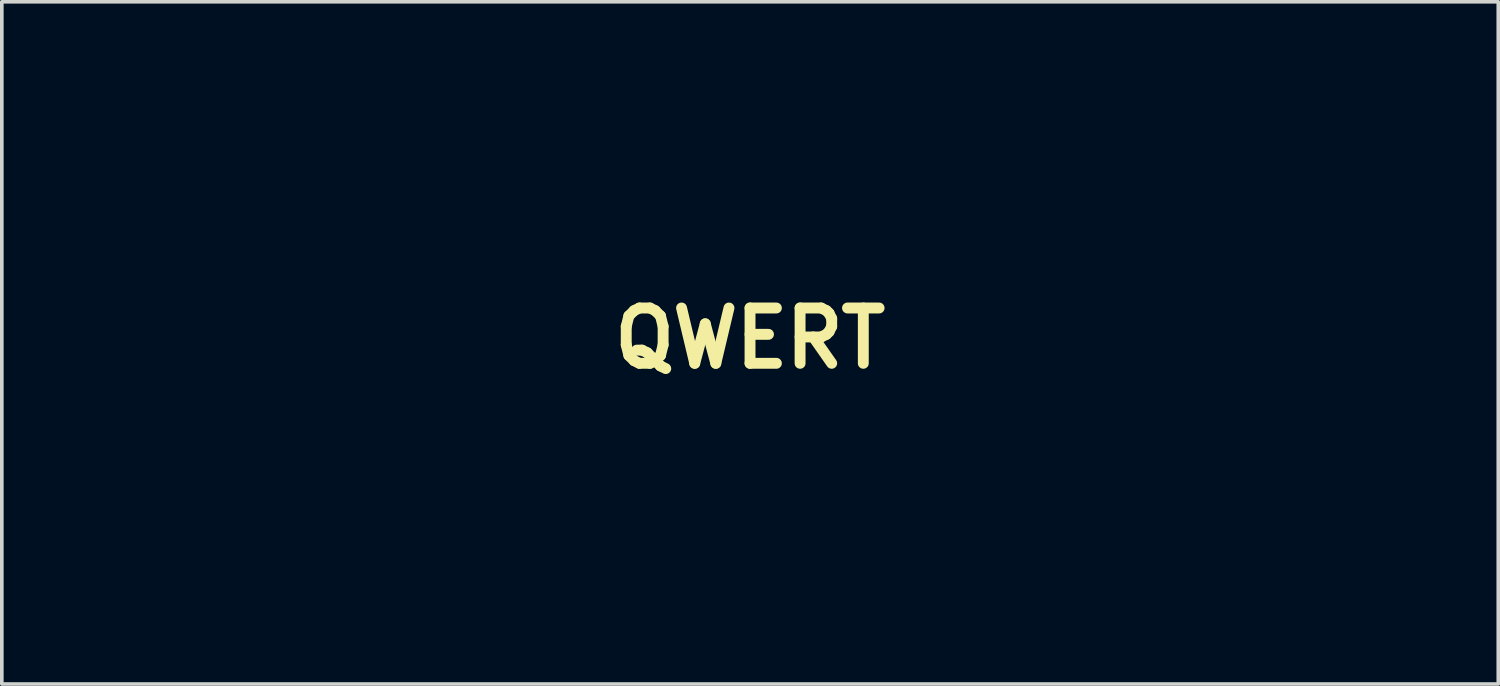
<source format=kicad_pcb>
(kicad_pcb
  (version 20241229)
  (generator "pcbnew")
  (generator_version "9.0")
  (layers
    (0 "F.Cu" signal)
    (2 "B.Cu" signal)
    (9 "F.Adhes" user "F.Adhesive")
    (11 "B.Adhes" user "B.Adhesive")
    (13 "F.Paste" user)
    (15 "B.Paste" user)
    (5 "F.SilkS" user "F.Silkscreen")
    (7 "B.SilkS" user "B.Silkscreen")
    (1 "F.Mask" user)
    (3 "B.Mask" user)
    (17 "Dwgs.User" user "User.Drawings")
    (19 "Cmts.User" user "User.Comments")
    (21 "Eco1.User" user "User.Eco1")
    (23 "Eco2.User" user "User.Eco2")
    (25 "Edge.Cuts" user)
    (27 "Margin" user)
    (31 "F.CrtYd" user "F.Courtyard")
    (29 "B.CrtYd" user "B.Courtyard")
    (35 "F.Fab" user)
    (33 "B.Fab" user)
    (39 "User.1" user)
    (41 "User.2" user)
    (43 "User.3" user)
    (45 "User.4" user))
  (footprint "QWERT"
    (layer "F.Cu")
    (at 17.614 6.27)
    (property "Reference" "QWERT" (at 0 0 0) (layer "F.SilkS") (effects (font (size 1.524 1.524) (thickness 0.3))))
    (attr through_hole)
    (fp_poly (pts (xy -10.188 4.177) (xy -10.178 4.277) (xy -10.188 4.29) (xy -10.239 4.278) (xy -10.245 4.233) (xy -10.214 4.164) (xy -10.188 4.177)) (stroke (width 0.01) (type solid)) (fill no) (layer "Eco2.User"))
    (fp_poly (pts (xy -9.511 -4.967) (xy -9.501 -4.867) (xy -9.511 -4.854) (xy -9.561 -4.866) (xy -9.567 -4.911) (xy -9.536 -4.98) (xy -9.511 -4.967)) (stroke (width 0.01) (type solid)) (fill no) (layer "Eco2.User"))
    (fp_poly (pts (xy -1.383 4.177) (xy -1.373 4.277) (xy -1.383 4.29) (xy -1.433 4.278) (xy -1.439 4.233) (xy -1.408 4.164) (xy -1.383 4.177)) (stroke (width 0.01) (type solid)) (fill no) (layer "Eco2.User"))
    (fp_poly (pts (xy -9.134 4.515) (xy -9.078 4.655) (xy -9.083 4.709) (xy -9.141 4.679) (xy -9.176 4.611) (xy -9.224 4.45) (xy -9.204 4.418) (xy -9.134 4.515)) (stroke (width 0.01) (type solid)) (fill no) (layer "Eco2.User"))
    (fp_poly (pts (xy 1.704 1.467) (xy 1.76 1.607) (xy 1.754 1.661) (xy 1.696 1.631) (xy 1.661 1.563) (xy 1.613 1.402) (xy 1.633 1.37) (xy 1.704 1.467)) (stroke (width 0.01) (type solid)) (fill no) (layer "Eco2.User"))
    (fp_poly (pts (xy 9.832 4.515) (xy 9.888 4.655) (xy 9.882 4.709) (xy 9.824 4.679) (xy 9.789 4.611) (xy 9.741 4.45) (xy 9.761 4.418) (xy 9.832 4.515)) (stroke (width 0.01) (type solid)) (fill no) (layer "Eco2.User"))
    (fp_poly (pts (xy -16.403 -5.982) (xy -16.4 -5.954) (xy -16.532 -5.943) (xy -16.552 -5.943) (xy -16.684 -5.955) (xy -16.671 -5.981) (xy -16.657 -5.985) (xy -16.472 -5.998) (xy -16.403 -5.982)) (stroke (width 0.01) (type solid)) (fill no) (layer "Eco2.User"))
    (fp_poly (pts (xy -16.403 -2.934) (xy -16.4 -2.906) (xy -16.532 -2.895) (xy -16.552 -2.895) (xy -16.684 -2.907) (xy -16.671 -2.933) (xy -16.657 -2.937) (xy -16.472 -2.95) (xy -16.403 -2.934)) (stroke (width 0.01) (type solid)) (fill no) (layer "Eco2.User"))
    (fp_poly (pts (xy -16.403 0.114) (xy -16.4 0.142) (xy -16.532 0.153) (xy -16.552 0.153) (xy -16.684 0.141) (xy -16.671 0.115) (xy -16.657 0.111) (xy -16.472 0.098) (xy -16.403 0.114)) (stroke (width 0.01) (type solid)) (fill no) (layer "Eco2.User"))
    (fp_poly (pts (xy -16.403 3.162) (xy -16.4 3.19) (xy -16.532 3.201) (xy -16.552 3.201) (xy -16.684 3.189) (xy -16.671 3.163) (xy -16.657 3.159) (xy -16.472 3.146) (xy -16.403 3.162)) (stroke (width 0.01) (type solid)) (fill no) (layer "Eco2.User"))
    (fp_poly (pts (xy -15.725 -5.982) (xy -15.722 -5.954) (xy -15.855 -5.943) (xy -15.875 -5.943) (xy -16.006 -5.955) (xy -15.994 -5.981) (xy -15.979 -5.985) (xy -15.795 -5.998) (xy -15.725 -5.982)) (stroke (width 0.01) (type solid)) (fill no) (layer "Eco2.User"))
    (fp_poly (pts (xy -15.725 -2.934) (xy -15.722 -2.906) (xy -15.855 -2.895) (xy -15.875 -2.895) (xy -16.006 -2.907) (xy -15.994 -2.933) (xy -15.979 -2.937) (xy -15.795 -2.95) (xy -15.725 -2.934)) (stroke (width 0.01) (type solid)) (fill no) (layer "Eco2.User"))
    (fp_poly (pts (xy -15.725 0.114) (xy -15.722 0.142) (xy -15.855 0.153) (xy -15.875 0.153) (xy -16.006 0.141) (xy -15.994 0.115) (xy -15.979 0.111) (xy -15.795 0.098) (xy -15.725 0.114)) (stroke (width 0.01) (type solid)) (fill no) (layer "Eco2.User"))
    (fp_poly (pts (xy -15.725 3.162) (xy -15.722 3.19) (xy -15.855 3.201) (xy -15.875 3.201) (xy -16.006 3.189) (xy -15.994 3.163) (xy -15.979 3.159) (xy -15.795 3.146) (xy -15.725 3.162)) (stroke (width 0.01) (type solid)) (fill no) (layer "Eco2.User"))
    (fp_poly (pts (xy -15.048 -5.982) (xy -15.045 -5.954) (xy -15.178 -5.943) (xy -15.198 -5.943) (xy -15.329 -5.955) (xy -15.316 -5.981) (xy -15.302 -5.985) (xy -15.117 -5.998) (xy -15.048 -5.982)) (stroke (width 0.01) (type solid)) (fill no) (layer "Eco2.User"))
    (fp_poly (pts (xy -15.048 -2.934) (xy -15.045 -2.906) (xy -15.178 -2.895) (xy -15.198 -2.895) (xy -15.329 -2.907) (xy -15.316 -2.933) (xy -15.302 -2.937) (xy -15.117 -2.95) (xy -15.048 -2.934)) (stroke (width 0.01) (type solid)) (fill no) (layer "Eco2.User"))
    (fp_poly (pts (xy -15.048 0.114) (xy -15.045 0.142) (xy -15.178 0.153) (xy -15.198 0.153) (xy -15.329 0.141) (xy -15.316 0.115) (xy -15.302 0.111) (xy -15.117 0.098) (xy -15.048 0.114)) (stroke (width 0.01) (type solid)) (fill no) (layer "Eco2.User"))
    (fp_poly (pts (xy -15.048 3.162) (xy -15.045 3.19) (xy -15.178 3.201) (xy -15.198 3.201) (xy -15.329 3.189) (xy -15.316 3.163) (xy -15.302 3.159) (xy -15.117 3.146) (xy -15.048 3.162)) (stroke (width 0.01) (type solid)) (fill no) (layer "Eco2.User"))
    (fp_poly (pts (xy -14.371 -5.982) (xy -14.368 -5.954) (xy -14.5 -5.943) (xy -14.52 -5.943) (xy -14.652 -5.955) (xy -14.639 -5.981) (xy -14.625 -5.985) (xy -14.44 -5.998) (xy -14.371 -5.982)) (stroke (width 0.01) (type solid)) (fill no) (layer "Eco2.User"))
    (fp_poly (pts (xy -14.371 -2.934) (xy -14.368 -2.906) (xy -14.5 -2.895) (xy -14.52 -2.895) (xy -14.652 -2.907) (xy -14.639 -2.933) (xy -14.625 -2.937) (xy -14.44 -2.95) (xy -14.371 -2.934)) (stroke (width 0.01) (type solid)) (fill no) (layer "Eco2.User"))
    (fp_poly (pts (xy -14.371 0.114) (xy -14.368 0.142) (xy -14.5 0.153) (xy -14.52 0.153) (xy -14.652 0.141) (xy -14.639 0.115) (xy -14.625 0.111) (xy -14.44 0.098) (xy -14.371 0.114)) (stroke (width 0.01) (type solid)) (fill no) (layer "Eco2.User"))
    (fp_poly (pts (xy -14.371 3.162) (xy -14.368 3.19) (xy -14.5 3.201) (xy -14.52 3.201) (xy -14.652 3.189) (xy -14.639 3.163) (xy -14.625 3.159) (xy -14.44 3.146) (xy -14.371 3.162)) (stroke (width 0.01) (type solid)) (fill no) (layer "Eco2.User"))
    (fp_poly (pts (xy -13.693 -5.982) (xy -13.69 -5.954) (xy -13.823 -5.943) (xy -13.843 -5.943) (xy -13.974 -5.955) (xy -13.962 -5.981) (xy -13.947 -5.985) (xy -13.763 -5.998) (xy -13.693 -5.982)) (stroke (width 0.01) (type solid)) (fill no) (layer "Eco2.User"))
    (fp_poly (pts (xy -13.016 -5.982) (xy -13.013 -5.954) (xy -13.146 -5.943) (xy -13.166 -5.943) (xy -13.297 -5.955) (xy -13.284 -5.981) (xy -13.27 -5.985) (xy -13.085 -5.998) (xy -13.016 -5.982)) (stroke (width 0.01) (type solid)) (fill no) (layer "Eco2.User"))
    (fp_poly (pts (xy -13.016 -2.934) (xy -13.013 -2.906) (xy -13.146 -2.895) (xy -13.166 -2.895) (xy -13.297 -2.907) (xy -13.284 -2.933) (xy -13.27 -2.937) (xy -13.085 -2.95) (xy -13.016 -2.934)) (stroke (width 0.01) (type solid)) (fill no) (layer "Eco2.User"))
    (fp_poly (pts (xy -13.016 0.114) (xy -13.013 0.142) (xy -13.146 0.153) (xy -13.166 0.153) (xy -13.297 0.141) (xy -13.284 0.115) (xy -13.27 0.111) (xy -13.085 0.098) (xy -13.016 0.114)) (stroke (width 0.01) (type solid)) (fill no) (layer "Eco2.User"))
    (fp_poly (pts (xy -13.016 3.162) (xy -13.013 3.19) (xy -13.146 3.201) (xy -13.166 3.201) (xy -13.297 3.189) (xy -13.284 3.163) (xy -13.27 3.159) (xy -13.085 3.146) (xy -13.016 3.162)) (stroke (width 0.01) (type solid)) (fill no) (layer "Eco2.User"))
    (fp_poly (pts (xy -12.339 -5.982) (xy -12.336 -5.954) (xy -12.468 -5.943) (xy -12.488 -5.943) (xy -12.62 -5.955) (xy -12.607 -5.981) (xy -12.593 -5.985) (xy -12.408 -5.998) (xy -12.339 -5.982)) (stroke (width 0.01) (type solid)) (fill no) (layer "Eco2.User"))
    (fp_poly (pts (xy -12.339 -2.934) (xy -12.336 -2.906) (xy -12.468 -2.895) (xy -12.488 -2.895) (xy -12.62 -2.907) (xy -12.607 -2.933) (xy -12.593 -2.937) (xy -12.408 -2.95) (xy -12.339 -2.934)) (stroke (width 0.01) (type solid)) (fill no) (layer "Eco2.User"))
    (fp_poly (pts (xy -12.339 0.114) (xy -12.336 0.142) (xy -12.468 0.153) (xy -12.488 0.153) (xy -12.62 0.141) (xy -12.607 0.115) (xy -12.593 0.111) (xy -12.408 0.098) (xy -12.339 0.114)) (stroke (width 0.01) (type solid)) (fill no) (layer "Eco2.User"))
    (fp_poly (pts (xy -12.339 3.162) (xy -12.336 3.19) (xy -12.468 3.201) (xy -12.488 3.201) (xy -12.62 3.189) (xy -12.607 3.163) (xy -12.593 3.159) (xy -12.408 3.146) (xy -12.339 3.162)) (stroke (width 0.01) (type solid)) (fill no) (layer "Eco2.User"))
    (fp_poly (pts (xy -11.661 -5.982) (xy -11.658 -5.954) (xy -11.791 -5.943) (xy -11.811 -5.943) (xy -11.942 -5.955) (xy -11.93 -5.981) (xy -11.915 -5.985) (xy -11.731 -5.998) (xy -11.661 -5.982)) (stroke (width 0.01) (type solid)) (fill no) (layer "Eco2.User"))
    (fp_poly (pts (xy -11.661 -2.934) (xy -11.658 -2.906) (xy -11.791 -2.895) (xy -11.811 -2.895) (xy -11.942 -2.907) (xy -11.93 -2.933) (xy -11.915 -2.937) (xy -11.731 -2.95) (xy -11.661 -2.934)) (stroke (width 0.01) (type solid)) (fill no) (layer "Eco2.User"))
    (fp_poly (pts (xy -11.661 0.114) (xy -11.658 0.142) (xy -11.791 0.153) (xy -11.811 0.153) (xy -11.942 0.141) (xy -11.93 0.115) (xy -11.915 0.111) (xy -11.731 0.098) (xy -11.661 0.114)) (stroke (width 0.01) (type solid)) (fill no) (layer "Eco2.User"))
    (fp_poly (pts (xy -11.661 3.162) (xy -11.658 3.19) (xy -11.791 3.201) (xy -11.811 3.201) (xy -11.942 3.189) (xy -11.93 3.163) (xy -11.915 3.159) (xy -11.731 3.146) (xy -11.661 3.162)) (stroke (width 0.01) (type solid)) (fill no) (layer "Eco2.User"))
    (fp_poly (pts (xy -10.984 -5.982) (xy -10.981 -5.954) (xy -11.114 -5.943) (xy -11.134 -5.943) (xy -11.265 -5.955) (xy -11.252 -5.981) (xy -11.238 -5.985) (xy -11.053 -5.998) (xy -10.984 -5.982)) (stroke (width 0.01) (type solid)) (fill no) (layer "Eco2.User"))
    (fp_poly (pts (xy -10.416 4.552) (xy -10.414 4.572) (xy -10.478 4.654) (xy -10.499 4.657) (xy -10.581 4.592) (xy -10.583 4.572) (xy -10.519 4.49) (xy -10.499 4.487) (xy -10.416 4.552)) (stroke (width 0.01) (type solid)) (fill no) (layer "Eco2.User"))
    (fp_poly (pts (xy -10.307 -5.982) (xy -10.304 -5.954) (xy -10.436 -5.943) (xy -10.456 -5.943) (xy -10.588 -5.955) (xy -10.575 -5.981) (xy -10.561 -5.985) (xy -10.376 -5.998) (xy -10.307 -5.982)) (stroke (width 0.01) (type solid)) (fill no) (layer "Eco2.User"))
    (fp_poly (pts (xy -10.307 -2.934) (xy -10.304 -2.906) (xy -10.436 -2.895) (xy -10.456 -2.895) (xy -10.588 -2.907) (xy -10.575 -2.933) (xy -10.561 -2.937) (xy -10.376 -2.95) (xy -10.307 -2.934)) (stroke (width 0.01) (type solid)) (fill no) (layer "Eco2.User"))
    (fp_poly (pts (xy -10.307 0.114) (xy -10.304 0.142) (xy -10.436 0.153) (xy -10.456 0.153) (xy -10.588 0.141) (xy -10.575 0.115) (xy -10.561 0.111) (xy -10.376 0.098) (xy -10.307 0.114)) (stroke (width 0.01) (type solid)) (fill no) (layer "Eco2.User"))
    (fp_poly (pts (xy -10.307 3.162) (xy -10.304 3.19) (xy -10.436 3.201) (xy -10.456 3.201) (xy -10.588 3.189) (xy -10.575 3.163) (xy -10.561 3.159) (xy -10.376 3.146) (xy -10.307 3.162)) (stroke (width 0.01) (type solid)) (fill no) (layer "Eco2.User"))
    (fp_poly (pts (xy -10.307 6.21) (xy -10.304 6.238) (xy -10.436 6.249) (xy -10.456 6.249) (xy -10.588 6.237) (xy -10.575 6.211) (xy -10.561 6.207) (xy -10.376 6.194) (xy -10.307 6.21)) (stroke (width 0.01) (type solid)) (fill no) (layer "Eco2.User"))
    (fp_poly (pts (xy -9.739 -4.592) (xy -9.737 -4.572) (xy -9.801 -4.49) (xy -9.821 -4.487) (xy -9.904 -4.552) (xy -9.906 -4.572) (xy -9.842 -4.654) (xy -9.821 -4.657) (xy -9.739 -4.592)) (stroke (width 0.01) (type solid)) (fill no) (layer "Eco2.User"))
    (fp_poly (pts (xy -9.629 -5.982) (xy -9.626 -5.954) (xy -9.759 -5.943) (xy -9.779 -5.943) (xy -9.91 -5.955) (xy -9.898 -5.981) (xy -9.883 -5.985) (xy -9.699 -5.998) (xy -9.629 -5.982)) (stroke (width 0.01) (type solid)) (fill no) (layer "Eco2.User"))
    (fp_poly (pts (xy -9.629 -2.934) (xy -9.626 -2.906) (xy -9.759 -2.895) (xy -9.779 -2.895) (xy -9.91 -2.907) (xy -9.898 -2.933) (xy -9.883 -2.937) (xy -9.699 -2.95) (xy -9.629 -2.934)) (stroke (width 0.01) (type solid)) (fill no) (layer "Eco2.User"))
    (fp_poly (pts (xy -9.629 0.114) (xy -9.626 0.142) (xy -9.759 0.153) (xy -9.779 0.153) (xy -9.91 0.141) (xy -9.898 0.115) (xy -9.883 0.111) (xy -9.699 0.098) (xy -9.629 0.114)) (stroke (width 0.01) (type solid)) (fill no) (layer "Eco2.User"))
    (fp_poly (pts (xy -9.629 3.162) (xy -9.626 3.19) (xy -9.759 3.201) (xy -9.779 3.201) (xy -9.91 3.189) (xy -9.898 3.163) (xy -9.883 3.159) (xy -9.699 3.146) (xy -9.629 3.162)) (stroke (width 0.01) (type solid)) (fill no) (layer "Eco2.User"))
    (fp_poly (pts (xy -9.629 6.21) (xy -9.626 6.238) (xy -9.759 6.249) (xy -9.779 6.249) (xy -9.91 6.237) (xy -9.898 6.211) (xy -9.883 6.207) (xy -9.699 6.194) (xy -9.629 6.21)) (stroke (width 0.01) (type solid)) (fill no) (layer "Eco2.User"))
    (fp_poly (pts (xy -8.952 -5.982) (xy -8.949 -5.954) (xy -9.082 -5.943) (xy -9.102 -5.943) (xy -9.233 -5.955) (xy -9.22 -5.981) (xy -9.206 -5.985) (xy -9.021 -5.998) (xy -8.952 -5.982)) (stroke (width 0.01) (type solid)) (fill no) (layer "Eco2.User"))
    (fp_poly (pts (xy -8.952 -2.934) (xy -8.949 -2.906) (xy -9.082 -2.895) (xy -9.102 -2.895) (xy -9.233 -2.907) (xy -9.22 -2.933) (xy -9.206 -2.937) (xy -9.021 -2.95) (xy -8.952 -2.934)) (stroke (width 0.01) (type solid)) (fill no) (layer "Eco2.User"))
    (fp_poly (pts (xy -8.952 0.114) (xy -8.949 0.142) (xy -9.082 0.153) (xy -9.102 0.153) (xy -9.233 0.141) (xy -9.22 0.115) (xy -9.206 0.111) (xy -9.021 0.098) (xy -8.952 0.114)) (stroke (width 0.01) (type solid)) (fill no) (layer "Eco2.User"))
    (fp_poly (pts (xy -8.952 3.162) (xy -8.949 3.19) (xy -9.082 3.201) (xy -9.102 3.201) (xy -9.233 3.189) (xy -9.22 3.163) (xy -9.206 3.159) (xy -9.021 3.146) (xy -8.952 3.162)) (stroke (width 0.01) (type solid)) (fill no) (layer "Eco2.User"))
    (fp_poly (pts (xy -8.952 6.21) (xy -8.949 6.238) (xy -9.082 6.249) (xy -9.102 6.249) (xy -9.233 6.237) (xy -9.22 6.211) (xy -9.206 6.207) (xy -9.021 6.194) (xy -8.952 6.21)) (stroke (width 0.01) (type solid)) (fill no) (layer "Eco2.User"))
    (fp_poly (pts (xy -8.275 -5.982) (xy -8.272 -5.954) (xy -8.404 -5.943) (xy -8.424 -5.943) (xy -8.556 -5.955) (xy -8.543 -5.981) (xy -8.529 -5.985) (xy -8.344 -5.998) (xy -8.275 -5.982)) (stroke (width 0.01) (type solid)) (fill no) (layer "Eco2.User"))
    (fp_poly (pts (xy -7.597 -5.982) (xy -7.594 -5.954) (xy -7.727 -5.943) (xy -7.747 -5.943) (xy -7.878 -5.955) (xy -7.866 -5.981) (xy -7.851 -5.985) (xy -7.667 -5.998) (xy -7.597 -5.982)) (stroke (width 0.01) (type solid)) (fill no) (layer "Eco2.User"))
    (fp_poly (pts (xy -7.597 -2.934) (xy -7.594 -2.906) (xy -7.727 -2.895) (xy -7.747 -2.895) (xy -7.878 -2.907) (xy -7.866 -2.933) (xy -7.851 -2.937) (xy -7.667 -2.95) (xy -7.597 -2.934)) (stroke (width 0.01) (type solid)) (fill no) (layer "Eco2.User"))
    (fp_poly (pts (xy -7.597 0.114) (xy -7.594 0.142) (xy -7.727 0.153) (xy -7.747 0.153) (xy -7.878 0.141) (xy -7.866 0.115) (xy -7.851 0.111) (xy -7.667 0.098) (xy -7.597 0.114)) (stroke (width 0.01) (type solid)) (fill no) (layer "Eco2.User"))
    (fp_poly (pts (xy -7.597 3.162) (xy -7.594 3.19) (xy -7.727 3.201) (xy -7.747 3.201) (xy -7.878 3.189) (xy -7.866 3.163) (xy -7.851 3.159) (xy -7.667 3.146) (xy -7.597 3.162)) (stroke (width 0.01) (type solid)) (fill no) (layer "Eco2.User"))
    (fp_poly (pts (xy -7.597 6.21) (xy -7.594 6.238) (xy -7.727 6.249) (xy -7.747 6.249) (xy -7.878 6.237) (xy -7.866 6.211) (xy -7.851 6.207) (xy -7.667 6.194) (xy -7.597 6.21)) (stroke (width 0.01) (type solid)) (fill no) (layer "Eco2.User"))
    (fp_poly (pts (xy -6.92 -5.982) (xy -6.917 -5.954) (xy -7.05 -5.943) (xy -7.07 -5.943) (xy -7.201 -5.955) (xy -7.188 -5.981) (xy -7.174 -5.985) (xy -6.989 -5.998) (xy -6.92 -5.982)) (stroke (width 0.01) (type solid)) (fill no) (layer "Eco2.User"))
    (fp_poly (pts (xy -6.92 -2.934) (xy -6.917 -2.906) (xy -7.05 -2.895) (xy -7.07 -2.895) (xy -7.201 -2.907) (xy -7.188 -2.933) (xy -7.174 -2.937) (xy -6.989 -2.95) (xy -6.92 -2.934)) (stroke (width 0.01) (type solid)) (fill no) (layer "Eco2.User"))
    (fp_poly (pts (xy -6.92 0.114) (xy -6.917 0.142) (xy -7.05 0.153) (xy -7.07 0.153) (xy -7.201 0.141) (xy -7.188 0.115) (xy -7.174 0.111) (xy -6.989 0.098) (xy -6.92 0.114)) (stroke (width 0.01) (type solid)) (fill no) (layer "Eco2.User"))
    (fp_poly (pts (xy -6.92 3.162) (xy -6.917 3.19) (xy -7.05 3.201) (xy -7.07 3.201) (xy -7.201 3.189) (xy -7.188 3.163) (xy -7.174 3.159) (xy -6.989 3.146) (xy -6.92 3.162)) (stroke (width 0.01) (type solid)) (fill no) (layer "Eco2.User"))
    (fp_poly (pts (xy -6.92 6.21) (xy -6.917 6.238) (xy -7.05 6.249) (xy -7.07 6.249) (xy -7.201 6.237) (xy -7.188 6.211) (xy -7.174 6.207) (xy -6.989 6.194) (xy -6.92 6.21)) (stroke (width 0.01) (type solid)) (fill no) (layer "Eco2.User"))
    (fp_poly (pts (xy -6.243 -5.982) (xy -6.24 -5.954) (xy -6.372 -5.943) (xy -6.392 -5.943) (xy -6.524 -5.955) (xy -6.511 -5.981) (xy -6.497 -5.985) (xy -6.312 -5.998) (xy -6.243 -5.982)) (stroke (width 0.01) (type solid)) (fill no) (layer "Eco2.User"))
    (fp_poly (pts (xy -6.243 -2.934) (xy -6.24 -2.906) (xy -6.372 -2.895) (xy -6.392 -2.895) (xy -6.524 -2.907) (xy -6.511 -2.933) (xy -6.497 -2.937) (xy -6.312 -2.95) (xy -6.243 -2.934)) (stroke (width 0.01) (type solid)) (fill no) (layer "Eco2.User"))
    (fp_poly (pts (xy -6.243 0.114) (xy -6.24 0.142) (xy -6.372 0.153) (xy -6.392 0.153) (xy -6.524 0.141) (xy -6.511 0.115) (xy -6.497 0.111) (xy -6.312 0.098) (xy -6.243 0.114)) (stroke (width 0.01) (type solid)) (fill no) (layer "Eco2.User"))
    (fp_poly (pts (xy -6.243 3.162) (xy -6.24 3.19) (xy -6.372 3.201) (xy -6.392 3.201) (xy -6.524 3.189) (xy -6.511 3.163) (xy -6.497 3.159) (xy -6.312 3.146) (xy -6.243 3.162)) (stroke (width 0.01) (type solid)) (fill no) (layer "Eco2.User"))
    (fp_poly (pts (xy -6.243 6.21) (xy -6.24 6.238) (xy -6.372 6.249) (xy -6.392 6.249) (xy -6.524 6.237) (xy -6.511 6.211) (xy -6.497 6.207) (xy -6.312 6.194) (xy -6.243 6.21)) (stroke (width 0.01) (type solid)) (fill no) (layer "Eco2.User"))
    (fp_poly (pts (xy -5.565 -5.982) (xy -5.562 -5.954) (xy -5.695 -5.943) (xy -5.715 -5.943) (xy -5.846 -5.955) (xy -5.834 -5.981) (xy -5.819 -5.985) (xy -5.635 -5.998) (xy -5.565 -5.982)) (stroke (width 0.01) (type solid)) (fill no) (layer "Eco2.User"))
    (fp_poly (pts (xy -4.888 -5.982) (xy -4.885 -5.954) (xy -5.018 -5.943) (xy -5.038 -5.943) (xy -5.169 -5.955) (xy -5.156 -5.981) (xy -5.142 -5.985) (xy -4.957 -5.998) (xy -4.888 -5.982)) (stroke (width 0.01) (type solid)) (fill no) (layer "Eco2.User"))
    (fp_poly (pts (xy -4.888 -2.934) (xy -4.885 -2.906) (xy -5.018 -2.895) (xy -5.038 -2.895) (xy -5.169 -2.907) (xy -5.156 -2.933) (xy -5.142 -2.937) (xy -4.957 -2.95) (xy -4.888 -2.934)) (stroke (width 0.01) (type solid)) (fill no) (layer "Eco2.User"))
    (fp_poly (pts (xy -4.888 0.114) (xy -4.885 0.142) (xy -5.018 0.153) (xy -5.038 0.153) (xy -5.169 0.141) (xy -5.156 0.115) (xy -5.142 0.111) (xy -4.957 0.098) (xy -4.888 0.114)) (stroke (width 0.01) (type solid)) (fill no) (layer "Eco2.User"))
    (fp_poly (pts (xy -4.888 3.162) (xy -4.885 3.19) (xy -5.018 3.201) (xy -5.038 3.201) (xy -5.169 3.189) (xy -5.156 3.163) (xy -5.142 3.159) (xy -4.957 3.146) (xy -4.888 3.162)) (stroke (width 0.01) (type solid)) (fill no) (layer "Eco2.User"))
    (fp_poly (pts (xy -4.888 6.21) (xy -4.885 6.238) (xy -5.018 6.249) (xy -5.038 6.249) (xy -5.169 6.237) (xy -5.156 6.211) (xy -5.142 6.207) (xy -4.957 6.194) (xy -4.888 6.21)) (stroke (width 0.01) (type solid)) (fill no) (layer "Eco2.User"))
    (fp_poly (pts (xy -4.211 -5.982) (xy -4.208 -5.954) (xy -4.34 -5.943) (xy -4.36 -5.943) (xy -4.492 -5.955) (xy -4.479 -5.981) (xy -4.465 -5.985) (xy -4.28 -5.998) (xy -4.211 -5.982)) (stroke (width 0.01) (type solid)) (fill no) (layer "Eco2.User"))
    (fp_poly (pts (xy -4.211 -2.934) (xy -4.208 -2.906) (xy -4.34 -2.895) (xy -4.36 -2.895) (xy -4.492 -2.907) (xy -4.479 -2.933) (xy -4.465 -2.937) (xy -4.28 -2.95) (xy -4.211 -2.934)) (stroke (width 0.01) (type solid)) (fill no) (layer "Eco2.User"))
    (fp_poly (pts (xy -4.211 0.114) (xy -4.208 0.142) (xy -4.34 0.153) (xy -4.36 0.153) (xy -4.492 0.141) (xy -4.479 0.115) (xy -4.465 0.111) (xy -4.28 0.098) (xy -4.211 0.114)) (stroke (width 0.01) (type solid)) (fill no) (layer "Eco2.User"))
    (fp_poly (pts (xy -4.211 3.162) (xy -4.208 3.19) (xy -4.34 3.201) (xy -4.36 3.201) (xy -4.492 3.189) (xy -4.479 3.163) (xy -4.465 3.159) (xy -4.28 3.146) (xy -4.211 3.162)) (stroke (width 0.01) (type solid)) (fill no) (layer "Eco2.User"))
    (fp_poly (pts (xy -4.211 6.21) (xy -4.208 6.238) (xy -4.34 6.249) (xy -4.36 6.249) (xy -4.492 6.237) (xy -4.479 6.211) (xy -4.465 6.207) (xy -4.28 6.194) (xy -4.211 6.21)) (stroke (width 0.01) (type solid)) (fill no) (layer "Eco2.User"))
    (fp_poly (pts (xy -3.533 -5.982) (xy -3.53 -5.954) (xy -3.663 -5.943) (xy -3.683 -5.943) (xy -3.814 -5.955) (xy -3.802 -5.981) (xy -3.787 -5.985) (xy -3.603 -5.998) (xy -3.533 -5.982)) (stroke (width 0.01) (type solid)) (fill no) (layer "Eco2.User"))
    (fp_poly (pts (xy -3.533 -2.934) (xy -3.53 -2.906) (xy -3.663 -2.895) (xy -3.683 -2.895) (xy -3.814 -2.907) (xy -3.802 -2.933) (xy -3.787 -2.937) (xy -3.603 -2.95) (xy -3.533 -2.934)) (stroke (width 0.01) (type solid)) (fill no) (layer "Eco2.User"))
    (fp_poly (pts (xy -3.533 0.114) (xy -3.53 0.142) (xy -3.663 0.153) (xy -3.683 0.153) (xy -3.814 0.141) (xy -3.802 0.115) (xy -3.787 0.111) (xy -3.603 0.098) (xy -3.533 0.114)) (stroke (width 0.01) (type solid)) (fill no) (layer "Eco2.User"))
    (fp_poly (pts (xy -3.533 3.162) (xy -3.53 3.19) (xy -3.663 3.201) (xy -3.683 3.201) (xy -3.814 3.189) (xy -3.802 3.163) (xy -3.787 3.159) (xy -3.603 3.146) (xy -3.533 3.162)) (stroke (width 0.01) (type solid)) (fill no) (layer "Eco2.User"))
    (fp_poly (pts (xy -3.533 6.21) (xy -3.53 6.238) (xy -3.663 6.249) (xy -3.683 6.249) (xy -3.814 6.237) (xy -3.802 6.211) (xy -3.787 6.207) (xy -3.603 6.194) (xy -3.533 6.21)) (stroke (width 0.01) (type solid)) (fill no) (layer "Eco2.User"))
    (fp_poly (pts (xy -2.856 -5.982) (xy -2.853 -5.954) (xy -2.986 -5.943) (xy -3.006 -5.943) (xy -3.137 -5.955) (xy -3.124 -5.981) (xy -3.11 -5.985) (xy -2.925 -5.998) (xy -2.856 -5.982)) (stroke (width 0.01) (type solid)) (fill no) (layer "Eco2.User"))
    (fp_poly (pts (xy -2.179 -5.982) (xy -2.176 -5.954) (xy -2.308 -5.943) (xy -2.328 -5.943) (xy -2.46 -5.955) (xy -2.447 -5.981) (xy -2.433 -5.985) (xy -2.248 -5.998) (xy -2.179 -5.982)) (stroke (width 0.01) (type solid)) (fill no) (layer "Eco2.User"))
    (fp_poly (pts (xy -2.179 -2.934) (xy -2.176 -2.906) (xy -2.308 -2.895) (xy -2.328 -2.895) (xy -2.46 -2.907) (xy -2.447 -2.933) (xy -2.433 -2.937) (xy -2.248 -2.95) (xy -2.179 -2.934)) (stroke (width 0.01) (type solid)) (fill no) (layer "Eco2.User"))
    (fp_poly (pts (xy -2.179 0.114) (xy -2.176 0.142) (xy -2.308 0.153) (xy -2.328 0.153) (xy -2.46 0.141) (xy -2.447 0.115) (xy -2.433 0.111) (xy -2.248 0.098) (xy -2.179 0.114)) (stroke (width 0.01) (type solid)) (fill no) (layer "Eco2.User"))
    (fp_poly (pts (xy -2.179 3.162) (xy -2.176 3.19) (xy -2.308 3.201) (xy -2.328 3.201) (xy -2.46 3.189) (xy -2.447 3.163) (xy -2.433 3.159) (xy -2.248 3.146) (xy -2.179 3.162)) (stroke (width 0.01) (type solid)) (fill no) (layer "Eco2.User"))
    (fp_poly (pts (xy -2.179 6.21) (xy -2.176 6.238) (xy -2.308 6.249) (xy -2.328 6.249) (xy -2.46 6.237) (xy -2.447 6.211) (xy -2.433 6.207) (xy -2.248 6.194) (xy -2.179 6.21)) (stroke (width 0.01) (type solid)) (fill no) (layer "Eco2.User"))
    (fp_poly (pts (xy -1.611 4.552) (xy -1.609 4.572) (xy -1.673 4.654) (xy -1.693 4.657) (xy -1.776 4.592) (xy -1.778 4.572) (xy -1.714 4.49) (xy -1.693 4.487) (xy -1.611 4.552)) (stroke (width 0.01) (type solid)) (fill no) (layer "Eco2.User"))
    (fp_poly (pts (xy -1.501 -5.982) (xy -1.498 -5.954) (xy -1.631 -5.943) (xy -1.651 -5.943) (xy -1.782 -5.955) (xy -1.77 -5.981) (xy -1.755 -5.985) (xy -1.571 -5.998) (xy -1.501 -5.982)) (stroke (width 0.01) (type solid)) (fill no) (layer "Eco2.User"))
    (fp_poly (pts (xy -1.501 -2.934) (xy -1.498 -2.906) (xy -1.631 -2.895) (xy -1.651 -2.895) (xy -1.782 -2.907) (xy -1.77 -2.933) (xy -1.755 -2.937) (xy -1.571 -2.95) (xy -1.501 -2.934)) (stroke (width 0.01) (type solid)) (fill no) (layer "Eco2.User"))
    (fp_poly (pts (xy -1.501 0.114) (xy -1.498 0.142) (xy -1.631 0.153) (xy -1.651 0.153) (xy -1.782 0.141) (xy -1.77 0.115) (xy -1.755 0.111) (xy -1.571 0.098) (xy -1.501 0.114)) (stroke (width 0.01) (type solid)) (fill no) (layer "Eco2.User"))
    (fp_poly (pts (xy -1.501 3.162) (xy -1.498 3.19) (xy -1.631 3.201) (xy -1.651 3.201) (xy -1.782 3.189) (xy -1.77 3.163) (xy -1.755 3.159) (xy -1.571 3.146) (xy -1.501 3.162)) (stroke (width 0.01) (type solid)) (fill no) (layer "Eco2.User"))
    (fp_poly (pts (xy -1.501 6.21) (xy -1.498 6.238) (xy -1.631 6.249) (xy -1.651 6.249) (xy -1.782 6.237) (xy -1.77 6.211) (xy -1.755 6.207) (xy -1.571 6.194) (xy -1.501 6.21)) (stroke (width 0.01) (type solid)) (fill no) (layer "Eco2.User"))
    (fp_poly (pts (xy -0.824 -5.982) (xy -0.821 -5.954) (xy -0.954 -5.943) (xy -0.974 -5.943) (xy -1.105 -5.955) (xy -1.092 -5.981) (xy -1.078 -5.985) (xy -0.893 -5.998) (xy -0.824 -5.982)) (stroke (width 0.01) (type solid)) (fill no) (layer "Eco2.User"))
    (fp_poly (pts (xy -0.824 -2.934) (xy -0.821 -2.906) (xy -0.954 -2.895) (xy -0.974 -2.895) (xy -1.105 -2.907) (xy -1.092 -2.933) (xy -1.078 -2.937) (xy -0.893 -2.95) (xy -0.824 -2.934)) (stroke (width 0.01) (type solid)) (fill no) (layer "Eco2.User"))
    (fp_poly (pts (xy -0.824 0.114) (xy -0.821 0.142) (xy -0.954 0.153) (xy -0.974 0.153) (xy -1.105 0.141) (xy -1.092 0.115) (xy -1.078 0.111) (xy -0.893 0.098) (xy -0.824 0.114)) (stroke (width 0.01) (type solid)) (fill no) (layer "Eco2.User"))
    (fp_poly (pts (xy -0.824 3.162) (xy -0.821 3.19) (xy -0.954 3.201) (xy -0.974 3.201) (xy -1.105 3.189) (xy -1.092 3.163) (xy -1.078 3.159) (xy -0.893 3.146) (xy -0.824 3.162)) (stroke (width 0.01) (type solid)) (fill no) (layer "Eco2.User"))
    (fp_poly (pts (xy -0.824 6.21) (xy -0.821 6.238) (xy -0.954 6.249) (xy -0.974 6.249) (xy -1.105 6.237) (xy -1.092 6.211) (xy -1.078 6.207) (xy -0.893 6.194) (xy -0.824 6.21)) (stroke (width 0.01) (type solid)) (fill no) (layer "Eco2.User"))
    (fp_poly (pts (xy 1.208 -5.982) (xy 1.211 -5.954) (xy 1.078 -5.943) (xy 1.058 -5.943) (xy 0.927 -5.955) (xy 0.94 -5.981) (xy 0.954 -5.985) (xy 1.139 -5.998) (xy 1.208 -5.982)) (stroke (width 0.01) (type solid)) (fill no) (layer "Eco2.User"))
    (fp_poly (pts (xy 1.208 -2.934) (xy 1.211 -2.906) (xy 1.078 -2.895) (xy 1.058 -2.895) (xy 0.927 -2.907) (xy 0.94 -2.933) (xy 0.954 -2.937) (xy 1.139 -2.95) (xy 1.208 -2.934)) (stroke (width 0.01) (type solid)) (fill no) (layer "Eco2.User"))
    (fp_poly (pts (xy 1.208 0.114) (xy 1.211 0.142) (xy 1.078 0.153) (xy 1.058 0.153) (xy 0.927 0.141) (xy 0.94 0.115) (xy 0.954 0.111) (xy 1.139 0.098) (xy 1.208 0.114)) (stroke (width 0.01) (type solid)) (fill no) (layer "Eco2.User"))
    (fp_poly (pts (xy 1.208 3.162) (xy 1.211 3.19) (xy 1.078 3.201) (xy 1.058 3.201) (xy 0.927 3.189) (xy 0.94 3.163) (xy 0.954 3.159) (xy 1.139 3.146) (xy 1.208 3.162)) (stroke (width 0.01) (type solid)) (fill no) (layer "Eco2.User"))
    (fp_poly (pts (xy 1.208 6.21) (xy 1.211 6.238) (xy 1.078 6.249) (xy 1.058 6.249) (xy 0.927 6.237) (xy 0.94 6.211) (xy 0.954 6.207) (xy 1.139 6.194) (xy 1.208 6.21)) (stroke (width 0.01) (type solid)) (fill no) (layer "Eco2.User"))
    (fp_poly (pts (xy 1.885 -5.982) (xy 1.888 -5.954) (xy 1.756 -5.943) (xy 1.736 -5.943) (xy 1.604 -5.955) (xy 1.617 -5.981) (xy 1.631 -5.985) (xy 1.816 -5.998) (xy 1.885 -5.982)) (stroke (width 0.01) (type solid)) (fill no) (layer "Eco2.User"))
    (fp_poly (pts (xy 1.885 -2.934) (xy 1.888 -2.906) (xy 1.756 -2.895) (xy 1.736 -2.895) (xy 1.604 -2.907) (xy 1.617 -2.933) (xy 1.631 -2.937) (xy 1.816 -2.95) (xy 1.885 -2.934)) (stroke (width 0.01) (type solid)) (fill no) (layer "Eco2.User"))
    (fp_poly (pts (xy 1.885 0.114) (xy 1.888 0.142) (xy 1.756 0.153) (xy 1.736 0.153) (xy 1.604 0.141) (xy 1.617 0.115) (xy 1.631 0.111) (xy 1.816 0.098) (xy 1.885 0.114)) (stroke (width 0.01) (type solid)) (fill no) (layer "Eco2.User"))
    (fp_poly (pts (xy 1.885 3.162) (xy 1.888 3.19) (xy 1.756 3.201) (xy 1.736 3.201) (xy 1.604 3.189) (xy 1.617 3.163) (xy 1.631 3.159) (xy 1.816 3.146) (xy 1.885 3.162)) (stroke (width 0.01) (type solid)) (fill no) (layer "Eco2.User"))
    (fp_poly (pts (xy 1.885 6.21) (xy 1.888 6.238) (xy 1.756 6.249) (xy 1.736 6.249) (xy 1.604 6.237) (xy 1.617 6.211) (xy 1.631 6.207) (xy 1.816 6.194) (xy 1.885 6.21)) (stroke (width 0.01) (type solid)) (fill no) (layer "Eco2.User"))
    (fp_poly (pts (xy 2.563 -5.982) (xy 2.566 -5.954) (xy 2.433 -5.943) (xy 2.413 -5.943) (xy 2.282 -5.955) (xy 2.294 -5.981) (xy 2.309 -5.985) (xy 2.493 -5.998) (xy 2.563 -5.982)) (stroke (width 0.01) (type solid)) (fill no) (layer "Eco2.User"))
    (fp_poly (pts (xy 2.563 -2.934) (xy 2.566 -2.906) (xy 2.433 -2.895) (xy 2.413 -2.895) (xy 2.282 -2.907) (xy 2.294 -2.933) (xy 2.309 -2.937) (xy 2.493 -2.95) (xy 2.563 -2.934)) (stroke (width 0.01) (type solid)) (fill no) (layer "Eco2.User"))
    (fp_poly (pts (xy 2.563 0.114) (xy 2.566 0.142) (xy 2.433 0.153) (xy 2.413 0.153) (xy 2.282 0.141) (xy 2.294 0.115) (xy 2.309 0.111) (xy 2.493 0.098) (xy 2.563 0.114)) (stroke (width 0.01) (type solid)) (fill no) (layer "Eco2.User"))
    (fp_poly (pts (xy 2.563 3.162) (xy 2.566 3.19) (xy 2.433 3.201) (xy 2.413 3.201) (xy 2.282 3.189) (xy 2.294 3.163) (xy 2.309 3.159) (xy 2.493 3.146) (xy 2.563 3.162)) (stroke (width 0.01) (type solid)) (fill no) (layer "Eco2.User"))
    (fp_poly (pts (xy 2.563 6.21) (xy 2.566 6.238) (xy 2.433 6.249) (xy 2.413 6.249) (xy 2.282 6.237) (xy 2.294 6.211) (xy 2.309 6.207) (xy 2.493 6.194) (xy 2.563 6.21)) (stroke (width 0.01) (type solid)) (fill no) (layer "Eco2.User"))
    (fp_poly (pts (xy 3.24 -5.982) (xy 3.243 -5.954) (xy 3.11 -5.943) (xy 3.09 -5.943) (xy 2.959 -5.955) (xy 2.972 -5.981) (xy 2.986 -5.985) (xy 3.171 -5.998) (xy 3.24 -5.982)) (stroke (width 0.01) (type solid)) (fill no) (layer "Eco2.User"))
    (fp_poly (pts (xy 3.917 -5.982) (xy 3.92 -5.954) (xy 3.788 -5.943) (xy 3.768 -5.943) (xy 3.636 -5.955) (xy 3.649 -5.981) (xy 3.663 -5.985) (xy 3.848 -5.998) (xy 3.917 -5.982)) (stroke (width 0.01) (type solid)) (fill no) (layer "Eco2.User"))
    (fp_poly (pts (xy 3.917 -2.934) (xy 3.92 -2.906) (xy 3.788 -2.895) (xy 3.768 -2.895) (xy 3.636 -2.907) (xy 3.649 -2.933) (xy 3.663 -2.937) (xy 3.848 -2.95) (xy 3.917 -2.934)) (stroke (width 0.01) (type solid)) (fill no) (layer "Eco2.User"))
    (fp_poly (pts (xy 3.917 0.114) (xy 3.92 0.142) (xy 3.788 0.153) (xy 3.768 0.153) (xy 3.636 0.141) (xy 3.649 0.115) (xy 3.663 0.111) (xy 3.848 0.098) (xy 3.917 0.114)) (stroke (width 0.01) (type solid)) (fill no) (layer "Eco2.User"))
    (fp_poly (pts (xy 3.917 3.162) (xy 3.92 3.19) (xy 3.788 3.201) (xy 3.768 3.201) (xy 3.636 3.189) (xy 3.649 3.163) (xy 3.663 3.159) (xy 3.848 3.146) (xy 3.917 3.162)) (stroke (width 0.01) (type solid)) (fill no) (layer "Eco2.User"))
    (fp_poly (pts (xy 3.917 6.21) (xy 3.92 6.238) (xy 3.788 6.249) (xy 3.768 6.249) (xy 3.636 6.237) (xy 3.649 6.211) (xy 3.663 6.207) (xy 3.848 6.194) (xy 3.917 6.21)) (stroke (width 0.01) (type solid)) (fill no) (layer "Eco2.User"))
    (fp_poly (pts (xy 4.485 1.5) (xy 4.487 1.519) (xy 4.426 1.634) (xy 4.403 1.651) (xy 4.33 1.632) (xy 4.318 1.571) (xy 4.362 1.455) (xy 4.403 1.439) (xy 4.485 1.5)) (stroke (width 0.01) (type solid)) (fill no) (layer "Eco2.User"))
    (fp_poly (pts (xy 4.595 -5.982) (xy 4.598 -5.954) (xy 4.465 -5.943) (xy 4.445 -5.943) (xy 4.314 -5.955) (xy 4.326 -5.981) (xy 4.341 -5.985) (xy 4.525 -5.998) (xy 4.595 -5.982)) (stroke (width 0.01) (type solid)) (fill no) (layer "Eco2.User"))
    (fp_poly (pts (xy 4.595 -2.934) (xy 4.598 -2.906) (xy 4.465 -2.895) (xy 4.445 -2.895) (xy 4.314 -2.907) (xy 4.326 -2.933) (xy 4.341 -2.937) (xy 4.525 -2.95) (xy 4.595 -2.934)) (stroke (width 0.01) (type solid)) (fill no) (layer "Eco2.User"))
    (fp_poly (pts (xy 4.595 0.114) (xy 4.598 0.142) (xy 4.465 0.153) (xy 4.445 0.153) (xy 4.314 0.141) (xy 4.326 0.115) (xy 4.341 0.111) (xy 4.525 0.098) (xy 4.595 0.114)) (stroke (width 0.01) (type solid)) (fill no) (layer "Eco2.User"))
    (fp_poly (pts (xy 4.595 3.162) (xy 4.598 3.19) (xy 4.465 3.201) (xy 4.445 3.201) (xy 4.314 3.189) (xy 4.326 3.163) (xy 4.341 3.159) (xy 4.525 3.146) (xy 4.595 3.162)) (stroke (width 0.01) (type solid)) (fill no) (layer "Eco2.User"))
    (fp_poly (pts (xy 4.595 6.21) (xy 4.598 6.238) (xy 4.465 6.249) (xy 4.445 6.249) (xy 4.314 6.237) (xy 4.326 6.211) (xy 4.341 6.207) (xy 4.525 6.194) (xy 4.595 6.21)) (stroke (width 0.01) (type solid)) (fill no) (layer "Eco2.User"))
    (fp_poly (pts (xy 5.272 -5.982) (xy 5.275 -5.954) (xy 5.142 -5.943) (xy 5.122 -5.943) (xy 4.991 -5.955) (xy 5.004 -5.981) (xy 5.018 -5.985) (xy 5.203 -5.998) (xy 5.272 -5.982)) (stroke (width 0.01) (type solid)) (fill no) (layer "Eco2.User"))
    (fp_poly (pts (xy 5.272 -2.934) (xy 5.275 -2.906) (xy 5.142 -2.895) (xy 5.122 -2.895) (xy 4.991 -2.907) (xy 5.004 -2.933) (xy 5.018 -2.937) (xy 5.203 -2.95) (xy 5.272 -2.934)) (stroke (width 0.01) (type solid)) (fill no) (layer "Eco2.User"))
    (fp_poly (pts (xy 5.272 0.114) (xy 5.275 0.142) (xy 5.142 0.153) (xy 5.122 0.153) (xy 4.991 0.141) (xy 5.004 0.115) (xy 5.018 0.111) (xy 5.203 0.098) (xy 5.272 0.114)) (stroke (width 0.01) (type solid)) (fill no) (layer "Eco2.User"))
    (fp_poly (pts (xy 5.272 3.162) (xy 5.275 3.19) (xy 5.142 3.201) (xy 5.122 3.201) (xy 4.991 3.189) (xy 5.004 3.163) (xy 5.018 3.159) (xy 5.203 3.146) (xy 5.272 3.162)) (stroke (width 0.01) (type solid)) (fill no) (layer "Eco2.User"))
    (fp_poly (pts (xy 5.272 6.21) (xy 5.275 6.238) (xy 5.142 6.249) (xy 5.122 6.249) (xy 4.991 6.237) (xy 5.004 6.211) (xy 5.018 6.207) (xy 5.203 6.194) (xy 5.272 6.21)) (stroke (width 0.01) (type solid)) (fill no) (layer "Eco2.User"))
    (fp_poly (pts (xy 5.949 -5.982) (xy 5.952 -5.954) (xy 5.82 -5.943) (xy 5.8 -5.943) (xy 5.668 -5.955) (xy 5.681 -5.981) (xy 5.695 -5.985) (xy 5.88 -5.998) (xy 5.949 -5.982)) (stroke (width 0.01) (type solid)) (fill no) (layer "Eco2.User"))
    (fp_poly (pts (xy 6.627 -5.982) (xy 6.63 -5.954) (xy 6.497 -5.943) (xy 6.477 -5.943) (xy 6.346 -5.955) (xy 6.358 -5.981) (xy 6.373 -5.985) (xy 6.557 -5.998) (xy 6.627 -5.982)) (stroke (width 0.01) (type solid)) (fill no) (layer "Eco2.User"))
    (fp_poly (pts (xy 6.627 -2.934) (xy 6.63 -2.906) (xy 6.497 -2.895) (xy 6.477 -2.895) (xy 6.346 -2.907) (xy 6.358 -2.933) (xy 6.373 -2.937) (xy 6.557 -2.95) (xy 6.627 -2.934)) (stroke (width 0.01) (type solid)) (fill no) (layer "Eco2.User"))
    (fp_poly (pts (xy 6.627 0.114) (xy 6.63 0.142) (xy 6.497 0.153) (xy 6.477 0.153) (xy 6.346 0.141) (xy 6.358 0.115) (xy 6.373 0.111) (xy 6.557 0.098) (xy 6.627 0.114)) (stroke (width 0.01) (type solid)) (fill no) (layer "Eco2.User"))
    (fp_poly (pts (xy 6.627 3.162) (xy 6.63 3.19) (xy 6.497 3.201) (xy 6.477 3.201) (xy 6.346 3.189) (xy 6.358 3.163) (xy 6.373 3.159) (xy 6.557 3.146) (xy 6.627 3.162)) (stroke (width 0.01) (type solid)) (fill no) (layer "Eco2.User"))
    (fp_poly (pts (xy 6.627 6.21) (xy 6.63 6.238) (xy 6.497 6.249) (xy 6.477 6.249) (xy 6.346 6.237) (xy 6.358 6.211) (xy 6.373 6.207) (xy 6.557 6.194) (xy 6.627 6.21)) (stroke (width 0.01) (type solid)) (fill no) (layer "Eco2.User"))
    (fp_poly (pts (xy 7.304 -5.982) (xy 7.307 -5.954) (xy 7.174 -5.943) (xy 7.154 -5.943) (xy 7.023 -5.955) (xy 7.036 -5.981) (xy 7.05 -5.985) (xy 7.235 -5.998) (xy 7.304 -5.982)) (stroke (width 0.01) (type solid)) (fill no) (layer "Eco2.User"))
    (fp_poly (pts (xy 7.304 -2.934) (xy 7.307 -2.906) (xy 7.174 -2.895) (xy 7.154 -2.895) (xy 7.023 -2.907) (xy 7.036 -2.933) (xy 7.05 -2.937) (xy 7.235 -2.95) (xy 7.304 -2.934)) (stroke (width 0.01) (type solid)) (fill no) (layer "Eco2.User"))
    (fp_poly (pts (xy 7.304 0.114) (xy 7.307 0.142) (xy 7.174 0.153) (xy 7.154 0.153) (xy 7.023 0.141) (xy 7.036 0.115) (xy 7.05 0.111) (xy 7.235 0.098) (xy 7.304 0.114)) (stroke (width 0.01) (type solid)) (fill no) (layer "Eco2.User"))
    (fp_poly (pts (xy 7.304 3.162) (xy 7.307 3.19) (xy 7.174 3.201) (xy 7.154 3.201) (xy 7.023 3.189) (xy 7.036 3.163) (xy 7.05 3.159) (xy 7.235 3.146) (xy 7.304 3.162)) (stroke (width 0.01) (type solid)) (fill no) (layer "Eco2.User"))
    (fp_poly (pts (xy 7.304 6.21) (xy 7.307 6.238) (xy 7.174 6.249) (xy 7.154 6.249) (xy 7.023 6.237) (xy 7.036 6.211) (xy 7.05 6.207) (xy 7.235 6.194) (xy 7.304 6.21)) (stroke (width 0.01) (type solid)) (fill no) (layer "Eco2.User"))
    (fp_poly (pts (xy 7.981 -5.982) (xy 7.984 -5.954) (xy 7.852 -5.943) (xy 7.832 -5.943) (xy 7.7 -5.955) (xy 7.713 -5.981) (xy 7.727 -5.985) (xy 7.912 -5.998) (xy 7.981 -5.982)) (stroke (width 0.01) (type solid)) (fill no) (layer "Eco2.User"))
    (fp_poly (pts (xy 7.981 -2.934) (xy 7.984 -2.906) (xy 7.852 -2.895) (xy 7.832 -2.895) (xy 7.7 -2.907) (xy 7.713 -2.933) (xy 7.727 -2.937) (xy 7.912 -2.95) (xy 7.981 -2.934)) (stroke (width 0.01) (type solid)) (fill no) (layer "Eco2.User"))
    (fp_poly (pts (xy 7.981 0.114) (xy 7.984 0.142) (xy 7.852 0.153) (xy 7.832 0.153) (xy 7.7 0.141) (xy 7.713 0.115) (xy 7.727 0.111) (xy 7.912 0.098) (xy 7.981 0.114)) (stroke (width 0.01) (type solid)) (fill no) (layer "Eco2.User"))
    (fp_poly (pts (xy 7.981 3.162) (xy 7.984 3.19) (xy 7.852 3.201) (xy 7.832 3.201) (xy 7.7 3.189) (xy 7.713 3.163) (xy 7.727 3.159) (xy 7.912 3.146) (xy 7.981 3.162)) (stroke (width 0.01) (type solid)) (fill no) (layer "Eco2.User"))
    (fp_poly (pts (xy 7.981 6.21) (xy 7.984 6.238) (xy 7.852 6.249) (xy 7.832 6.249) (xy 7.7 6.237) (xy 7.713 6.211) (xy 7.727 6.207) (xy 7.912 6.194) (xy 7.981 6.21)) (stroke (width 0.01) (type solid)) (fill no) (layer "Eco2.User"))
    (fp_poly (pts (xy 8.659 -5.982) (xy 8.662 -5.954) (xy 8.529 -5.943) (xy 8.509 -5.943) (xy 8.378 -5.955) (xy 8.39 -5.981) (xy 8.405 -5.985) (xy 8.589 -5.998) (xy 8.659 -5.982)) (stroke (width 0.01) (type solid)) (fill no) (layer "Eco2.User"))
    (fp_poly (pts (xy 9.226 4.548) (xy 9.229 4.567) (xy 9.167 4.682) (xy 9.144 4.699) (xy 9.072 4.68) (xy 9.059 4.619) (xy 9.104 4.503) (xy 9.144 4.487) (xy 9.226 4.548)) (stroke (width 0.01) (type solid)) (fill no) (layer "Eco2.User"))
    (fp_poly (pts (xy 9.336 -5.982) (xy 9.339 -5.954) (xy 9.206 -5.943) (xy 9.186 -5.943) (xy 9.055 -5.955) (xy 9.068 -5.981) (xy 9.082 -5.985) (xy 9.267 -5.998) (xy 9.336 -5.982)) (stroke (width 0.01) (type solid)) (fill no) (layer "Eco2.User"))
    (fp_poly (pts (xy 9.336 -2.934) (xy 9.339 -2.906) (xy 9.206 -2.895) (xy 9.186 -2.895) (xy 9.055 -2.907) (xy 9.068 -2.933) (xy 9.082 -2.937) (xy 9.267 -2.95) (xy 9.336 -2.934)) (stroke (width 0.01) (type solid)) (fill no) (layer "Eco2.User"))
    (fp_poly (pts (xy 9.336 0.114) (xy 9.339 0.142) (xy 9.206 0.153) (xy 9.186 0.153) (xy 9.055 0.141) (xy 9.068 0.115) (xy 9.082 0.111) (xy 9.267 0.098) (xy 9.336 0.114)) (stroke (width 0.01) (type solid)) (fill no) (layer "Eco2.User"))
    (fp_poly (pts (xy 9.336 3.162) (xy 9.339 3.19) (xy 9.206 3.201) (xy 9.186 3.201) (xy 9.055 3.189) (xy 9.068 3.163) (xy 9.082 3.159) (xy 9.267 3.146) (xy 9.336 3.162)) (stroke (width 0.01) (type solid)) (fill no) (layer "Eco2.User"))
    (fp_poly (pts (xy 9.336 6.21) (xy 9.339 6.238) (xy 9.206 6.249) (xy 9.186 6.249) (xy 9.055 6.237) (xy 9.068 6.211) (xy 9.082 6.207) (xy 9.267 6.194) (xy 9.336 6.21)) (stroke (width 0.01) (type solid)) (fill no) (layer "Eco2.User"))
    (fp_poly (pts (xy 9.904 1.842) (xy 9.906 1.863) (xy 9.842 1.945) (xy 9.821 1.947) (xy 9.739 1.883) (xy 9.737 1.863) (xy 9.801 1.78) (xy 9.821 1.778) (xy 9.904 1.842)) (stroke (width 0.01) (type solid)) (fill no) (layer "Eco2.User"))
    (fp_poly (pts (xy 10.013 -5.982) (xy 10.016 -5.954) (xy 9.884 -5.943) (xy 9.864 -5.943) (xy 9.732 -5.955) (xy 9.745 -5.981) (xy 9.759 -5.985) (xy 9.944 -5.998) (xy 10.013 -5.982)) (stroke (width 0.01) (type solid)) (fill no) (layer "Eco2.User"))
    (fp_poly (pts (xy 10.013 -2.934) (xy 10.016 -2.906) (xy 9.884 -2.895) (xy 9.864 -2.895) (xy 9.732 -2.907) (xy 9.745 -2.933) (xy 9.759 -2.937) (xy 9.944 -2.95) (xy 10.013 -2.934)) (stroke (width 0.01) (type solid)) (fill no) (layer "Eco2.User"))
    (fp_poly (pts (xy 10.013 0.114) (xy 10.016 0.142) (xy 9.884 0.153) (xy 9.864 0.153) (xy 9.732 0.141) (xy 9.745 0.115) (xy 9.759 0.111) (xy 9.944 0.098) (xy 10.013 0.114)) (stroke (width 0.01) (type solid)) (fill no) (layer "Eco2.User"))
    (fp_poly (pts (xy 10.013 3.162) (xy 10.016 3.19) (xy 9.884 3.201) (xy 9.864 3.201) (xy 9.732 3.189) (xy 9.745 3.163) (xy 9.759 3.159) (xy 9.944 3.146) (xy 10.013 3.162)) (stroke (width 0.01) (type solid)) (fill no) (layer "Eco2.User"))
    (fp_poly (pts (xy 10.013 6.21) (xy 10.016 6.238) (xy 9.884 6.249) (xy 9.864 6.249) (xy 9.732 6.237) (xy 9.745 6.211) (xy 9.759 6.207) (xy 9.944 6.194) (xy 10.013 6.21)) (stroke (width 0.01) (type solid)) (fill no) (layer "Eco2.User"))
    (fp_poly (pts (xy 10.691 -5.982) (xy 10.694 -5.954) (xy 10.561 -5.943) (xy 10.541 -5.943) (xy 10.41 -5.955) (xy 10.422 -5.981) (xy 10.437 -5.985) (xy 10.621 -5.998) (xy 10.691 -5.982)) (stroke (width 0.01) (type solid)) (fill no) (layer "Eco2.User"))
    (fp_poly (pts (xy 10.691 -2.934) (xy 10.694 -2.906) (xy 10.561 -2.895) (xy 10.541 -2.895) (xy 10.41 -2.907) (xy 10.422 -2.933) (xy 10.437 -2.937) (xy 10.621 -2.95) (xy 10.691 -2.934)) (stroke (width 0.01) (type solid)) (fill no) (layer "Eco2.User"))
    (fp_poly (pts (xy 10.691 0.114) (xy 10.694 0.142) (xy 10.561 0.153) (xy 10.541 0.153) (xy 10.41 0.141) (xy 10.422 0.115) (xy 10.437 0.111) (xy 10.621 0.098) (xy 10.691 0.114)) (stroke (width 0.01) (type solid)) (fill no) (layer "Eco2.User"))
    (fp_poly (pts (xy 10.691 3.162) (xy 10.694 3.19) (xy 10.561 3.201) (xy 10.541 3.201) (xy 10.41 3.189) (xy 10.422 3.163) (xy 10.437 3.159) (xy 10.621 3.146) (xy 10.691 3.162)) (stroke (width 0.01) (type solid)) (fill no) (layer "Eco2.User"))
    (fp_poly (pts (xy 10.691 6.21) (xy 10.694 6.238) (xy 10.561 6.249) (xy 10.541 6.249) (xy 10.41 6.237) (xy 10.422 6.211) (xy 10.437 6.207) (xy 10.621 6.194) (xy 10.691 6.21)) (stroke (width 0.01) (type solid)) (fill no) (layer "Eco2.User"))
    (fp_poly (pts (xy 11.368 -5.982) (xy 11.371 -5.954) (xy 11.238 -5.943) (xy 11.218 -5.943) (xy 11.087 -5.955) (xy 11.1 -5.981) (xy 11.114 -5.985) (xy 11.299 -5.998) (xy 11.368 -5.982)) (stroke (width 0.01) (type solid)) (fill no) (layer "Eco2.User"))
    (fp_poly (pts (xy 12.045 -5.982) (xy 12.048 -5.954) (xy 11.916 -5.943) (xy 11.896 -5.943) (xy 11.764 -5.955) (xy 11.777 -5.981) (xy 11.791 -5.985) (xy 11.976 -5.998) (xy 12.045 -5.982)) (stroke (width 0.01) (type solid)) (fill no) (layer "Eco2.User"))
    (fp_poly (pts (xy 12.045 -2.934) (xy 12.048 -2.906) (xy 11.916 -2.895) (xy 11.896 -2.895) (xy 11.764 -2.907) (xy 11.777 -2.933) (xy 11.791 -2.937) (xy 11.976 -2.95) (xy 12.045 -2.934)) (stroke (width 0.01) (type solid)) (fill no) (layer "Eco2.User"))
    (fp_poly (pts (xy 12.045 0.114) (xy 12.048 0.142) (xy 11.916 0.153) (xy 11.896 0.153) (xy 11.764 0.141) (xy 11.777 0.115) (xy 11.791 0.111) (xy 11.976 0.098) (xy 12.045 0.114)) (stroke (width 0.01) (type solid)) (fill no) (layer "Eco2.User"))
    (fp_poly (pts (xy 12.045 3.162) (xy 12.048 3.19) (xy 11.916 3.201) (xy 11.896 3.201) (xy 11.764 3.189) (xy 11.777 3.163) (xy 11.791 3.159) (xy 11.976 3.146) (xy 12.045 3.162)) (stroke (width 0.01) (type solid)) (fill no) (layer "Eco2.User"))
    (fp_poly (pts (xy 12.613 -1.629) (xy 12.615 -1.609) (xy 12.551 -1.526) (xy 12.531 -1.524) (xy 12.448 -1.588) (xy 12.446 -1.609) (xy 12.51 -1.691) (xy 12.531 -1.693) (xy 12.613 -1.629)) (stroke (width 0.01) (type solid)) (fill no) (layer "Eco2.User"))
    (fp_poly (pts (xy 12.723 -5.982) (xy 12.726 -5.954) (xy 12.593 -5.943) (xy 12.573 -5.943) (xy 12.442 -5.955) (xy 12.454 -5.981) (xy 12.469 -5.985) (xy 12.653 -5.998) (xy 12.723 -5.982)) (stroke (width 0.01) (type solid)) (fill no) (layer "Eco2.User"))
    (fp_poly (pts (xy 12.723 -2.934) (xy 12.726 -2.906) (xy 12.593 -2.895) (xy 12.573 -2.895) (xy 12.442 -2.907) (xy 12.454 -2.933) (xy 12.469 -2.937) (xy 12.653 -2.95) (xy 12.723 -2.934)) (stroke (width 0.01) (type solid)) (fill no) (layer "Eco2.User"))
    (fp_poly (pts (xy 12.723 0.114) (xy 12.726 0.142) (xy 12.593 0.153) (xy 12.573 0.153) (xy 12.442 0.141) (xy 12.454 0.115) (xy 12.469 0.111) (xy 12.653 0.098) (xy 12.723 0.114)) (stroke (width 0.01) (type solid)) (fill no) (layer "Eco2.User"))
    (fp_poly (pts (xy 12.723 3.162) (xy 12.726 3.19) (xy 12.593 3.201) (xy 12.573 3.201) (xy 12.442 3.189) (xy 12.454 3.163) (xy 12.469 3.159) (xy 12.653 3.146) (xy 12.723 3.162)) (stroke (width 0.01) (type solid)) (fill no) (layer "Eco2.User"))
    (fp_poly (pts (xy 13.4 -5.982) (xy 13.403 -5.954) (xy 13.27 -5.943) (xy 13.25 -5.943) (xy 13.119 -5.955) (xy 13.132 -5.981) (xy 13.146 -5.985) (xy 13.331 -5.998) (xy 13.4 -5.982)) (stroke (width 0.01) (type solid)) (fill no) (layer "Eco2.User"))
    (fp_poly (pts (xy 13.4 -2.934) (xy 13.403 -2.906) (xy 13.27 -2.895) (xy 13.25 -2.895) (xy 13.119 -2.907) (xy 13.132 -2.933) (xy 13.146 -2.937) (xy 13.331 -2.95) (xy 13.4 -2.934)) (stroke (width 0.01) (type solid)) (fill no) (layer "Eco2.User"))
    (fp_poly (pts (xy 13.4 0.114) (xy 13.403 0.142) (xy 13.27 0.153) (xy 13.25 0.153) (xy 13.119 0.141) (xy 13.132 0.115) (xy 13.146 0.111) (xy 13.331 0.098) (xy 13.4 0.114)) (stroke (width 0.01) (type solid)) (fill no) (layer "Eco2.User"))
    (fp_poly (pts (xy 13.4 3.162) (xy 13.403 3.19) (xy 13.27 3.201) (xy 13.25 3.201) (xy 13.119 3.189) (xy 13.132 3.163) (xy 13.146 3.159) (xy 13.331 3.146) (xy 13.4 3.162)) (stroke (width 0.01) (type solid)) (fill no) (layer "Eco2.User"))
    (fp_poly (pts (xy 14.077 -5.982) (xy 14.08 -5.954) (xy 13.948 -5.943) (xy 13.928 -5.943) (xy 13.796 -5.955) (xy 13.809 -5.981) (xy 13.823 -5.985) (xy 14.008 -5.998) (xy 14.077 -5.982)) (stroke (width 0.01) (type solid)) (fill no) (layer "Eco2.User"))
    (fp_poly (pts (xy 14.755 -5.982) (xy 14.758 -5.954) (xy 14.625 -5.943) (xy 14.605 -5.943) (xy 14.474 -5.955) (xy 14.486 -5.981) (xy 14.501 -5.985) (xy 14.685 -5.998) (xy 14.755 -5.982)) (stroke (width 0.01) (type solid)) (fill no) (layer "Eco2.User"))
    (fp_poly (pts (xy 14.755 -2.934) (xy 14.758 -2.906) (xy 14.625 -2.895) (xy 14.605 -2.895) (xy 14.474 -2.907) (xy 14.486 -2.933) (xy 14.501 -2.937) (xy 14.685 -2.95) (xy 14.755 -2.934)) (stroke (width 0.01) (type solid)) (fill no) (layer "Eco2.User"))
    (fp_poly (pts (xy 14.755 0.114) (xy 14.758 0.142) (xy 14.625 0.153) (xy 14.605 0.153) (xy 14.474 0.141) (xy 14.486 0.115) (xy 14.501 0.111) (xy 14.685 0.098) (xy 14.755 0.114)) (stroke (width 0.01) (type solid)) (fill no) (layer "Eco2.User"))
    (fp_poly (pts (xy 14.755 3.162) (xy 14.758 3.19) (xy 14.625 3.201) (xy 14.605 3.201) (xy 14.474 3.189) (xy 14.486 3.163) (xy 14.501 3.159) (xy 14.685 3.146) (xy 14.755 3.162)) (stroke (width 0.01) (type solid)) (fill no) (layer "Eco2.User"))
    (fp_poly (pts (xy 15.432 -5.982) (xy 15.435 -5.954) (xy 15.302 -5.943) (xy 15.282 -5.943) (xy 15.151 -5.955) (xy 15.164 -5.981) (xy 15.178 -5.985) (xy 15.363 -5.998) (xy 15.432 -5.982)) (stroke (width 0.01) (type solid)) (fill no) (layer "Eco2.User"))
    (fp_poly (pts (xy 15.432 -2.934) (xy 15.435 -2.906) (xy 15.302 -2.895) (xy 15.282 -2.895) (xy 15.151 -2.907) (xy 15.164 -2.933) (xy 15.178 -2.937) (xy 15.363 -2.95) (xy 15.432 -2.934)) (stroke (width 0.01) (type solid)) (fill no) (layer "Eco2.User"))
    (fp_poly (pts (xy 15.432 0.114) (xy 15.435 0.142) (xy 15.302 0.153) (xy 15.282 0.153) (xy 15.151 0.141) (xy 15.164 0.115) (xy 15.178 0.111) (xy 15.363 0.098) (xy 15.432 0.114)) (stroke (width 0.01) (type solid)) (fill no) (layer "Eco2.User"))
    (fp_poly (pts (xy 15.432 3.162) (xy 15.435 3.19) (xy 15.302 3.201) (xy 15.282 3.201) (xy 15.151 3.189) (xy 15.164 3.163) (xy 15.178 3.159) (xy 15.363 3.146) (xy 15.432 3.162)) (stroke (width 0.01) (type solid)) (fill no) (layer "Eco2.User"))
    (fp_poly (pts (xy 16.109 -5.982) (xy 16.112 -5.954) (xy 15.98 -5.943) (xy 15.96 -5.943) (xy 15.828 -5.955) (xy 15.841 -5.981) (xy 15.855 -5.985) (xy 16.04 -5.998) (xy 16.109 -5.982)) (stroke (width 0.01) (type solid)) (fill no) (layer "Eco2.User"))
    (fp_poly (pts (xy 16.109 -2.934) (xy 16.112 -2.906) (xy 15.98 -2.895) (xy 15.96 -2.895) (xy 15.828 -2.907) (xy 15.841 -2.933) (xy 15.855 -2.937) (xy 16.04 -2.95) (xy 16.109 -2.934)) (stroke (width 0.01) (type solid)) (fill no) (layer "Eco2.User"))
    (fp_poly (pts (xy 16.109 0.114) (xy 16.112 0.142) (xy 15.98 0.153) (xy 15.96 0.153) (xy 15.828 0.141) (xy 15.841 0.115) (xy 15.855 0.111) (xy 16.04 0.098) (xy 16.109 0.114)) (stroke (width 0.01) (type solid)) (fill no) (layer "Eco2.User"))
    (fp_poly (pts (xy 16.109 3.162) (xy 16.112 3.19) (xy 15.98 3.201) (xy 15.96 3.201) (xy 15.828 3.189) (xy 15.841 3.163) (xy 15.855 3.159) (xy 16.04 3.146) (xy 16.109 3.162)) (stroke (width 0.01) (type solid)) (fill no) (layer "Eco2.User"))
    (fp_poly (pts (xy 16.787 -5.982) (xy 16.79 -5.954) (xy 16.657 -5.943) (xy 16.637 -5.943) (xy 16.506 -5.955) (xy 16.518 -5.981) (xy 16.533 -5.985) (xy 16.717 -5.998) (xy 16.787 -5.982)) (stroke (width 0.01) (type solid)) (fill no) (layer "Eco2.User"))
    (fp_poly (pts (xy 16.787 -2.934) (xy 16.79 -2.906) (xy 16.657 -2.895) (xy 16.637 -2.895) (xy 16.506 -2.907) (xy 16.518 -2.933) (xy 16.533 -2.937) (xy 16.717 -2.95) (xy 16.787 -2.934)) (stroke (width 0.01) (type solid)) (fill no) (layer "Eco2.User"))
    (fp_poly (pts (xy 16.787 0.114) (xy 16.79 0.142) (xy 16.657 0.153) (xy 16.637 0.153) (xy 16.506 0.141) (xy 16.518 0.115) (xy 16.533 0.111) (xy 16.717 0.098) (xy 16.787 0.114)) (stroke (width 0.01) (type solid)) (fill no) (layer "Eco2.User"))
    (fp_poly (pts (xy 16.787 3.162) (xy 16.79 3.19) (xy 16.657 3.201) (xy 16.637 3.201) (xy 16.506 3.189) (xy 16.518 3.163) (xy 16.533 3.159) (xy 16.717 3.146) (xy 16.787 3.162)) (stroke (width 0.01) (type solid)) (fill no) (layer "Eco2.User"))
    (fp_poly (pts (xy 17.354 -5.778) (xy 17.357 -5.757) (xy 17.292 -5.675) (xy 17.272 -5.673) (xy 17.19 -5.737) (xy 17.187 -5.757) (xy 17.252 -5.84) (xy 17.272 -5.842) (xy 17.354 -5.778)) (stroke (width 0.01) (type solid)) (fill no) (layer "Eco2.User"))
    (fp_poly (pts (xy -17.162 -5.789) (xy -17.154 -5.682) (xy -17.219 -5.535) (xy -17.312 -5.43) (xy -17.348 -5.419) (xy -17.386 -5.489) (xy -17.377 -5.63) (xy -17.31 -5.811) (xy -17.209 -5.826) (xy -17.162 -5.789)) (stroke (width 0.01) (type solid)) (fill no) (layer "Eco2.User"))
    (fp_poly (pts (xy 7.222 1.831) (xy 7.23 1.938) (xy 7.165 2.085) (xy 7.072 2.19) (xy 7.036 2.201) (xy 6.998 2.131) (xy 7.007 1.99) (xy 7.074 1.809) (xy 7.175 1.794) (xy 7.222 1.831)) (stroke (width 0.01) (type solid)) (fill no) (layer "Eco2.User"))
    (fp_poly (pts (xy -10.264 4.475) (xy -10.254 4.65) (xy -10.253 4.678) (xy -10.268 4.882) (xy -10.314 4.99) (xy -10.329 4.995) (xy -10.402 4.929) (xy -10.406 4.889) (xy -10.374 4.731) (xy -10.329 4.572) (xy -10.285 4.454) (xy -10.264 4.475)) (stroke (width 0.01) (type solid)) (fill no) (layer "Eco2.User"))
    (fp_poly (pts (xy -9.586 -4.669) (xy -9.577 -4.494) (xy -9.576 -4.466) (xy -9.59 -4.262) (xy -9.637 -4.154) (xy -9.652 -4.149) (xy -9.725 -4.215) (xy -9.728 -4.255) (xy -9.697 -4.413) (xy -9.652 -4.572) (xy -9.608 -4.69) (xy -9.586 -4.669)) (stroke (width 0.01) (type solid)) (fill no) (layer "Eco2.User"))
    (fp_poly (pts (xy -8.903 4.219) (xy -8.891 4.428) (xy -8.89 4.558) (xy -8.903 4.804) (xy -8.936 4.963) (xy -8.964 4.995) (xy -8.999 4.92) (xy -9.006 4.729) (xy -8.995 4.593) (xy -8.958 4.302) (xy -8.926 4.177) (xy -8.903 4.219)) (stroke (width 0.01) (type solid)) (fill no) (layer "Eco2.User"))
    (fp_poly (pts (xy -1.458 4.475) (xy -1.449 4.65) (xy -1.448 4.678) (xy -1.462 4.882) (xy -1.509 4.99) (xy -1.524 4.995) (xy -1.597 4.929) (xy -1.6 4.889) (xy -1.569 4.731) (xy -1.524 4.572) (xy -1.48 4.454) (xy -1.458 4.475)) (stroke (width 0.01) (type solid)) (fill no) (layer "Eco2.User"))
    (fp_poly (pts (xy 1.934 1.171) (xy 1.946 1.38) (xy 1.947 1.51) (xy 1.934 1.756) (xy 1.901 1.915) (xy 1.873 1.947) (xy 1.838 1.872) (xy 1.832 1.681) (xy 1.842 1.545) (xy 1.88 1.254) (xy 1.911 1.129) (xy 1.934 1.171)) (stroke (width 0.01) (type solid)) (fill no) (layer "Eco2.User"))
    (fp_poly (pts (xy 10.062 4.219) (xy 10.074 4.428) (xy 10.075 4.558) (xy 10.062 4.804) (xy 10.029 4.963) (xy 10.001 4.995) (xy 9.966 4.92) (xy 9.96 4.729) (xy 9.97 4.593) (xy 10.008 4.302) (xy 10.039 4.177) (xy 10.062 4.219)) (stroke (width 0.01) (type solid)) (fill no) (layer "Eco2.User"))
    (fp_poly (pts (xy 12.66 -1.182) (xy 12.657 -1.053) (xy 12.561 -0.916) (xy 12.428 -0.847) (xy 12.419 -0.847) (xy 12.376 -0.882) (xy 12.422 -0.942) (xy 12.483 -1.091) (xy 12.473 -1.153) (xy 12.482 -1.252) (xy 12.571 -1.26) (xy 12.66 -1.182)) (stroke (width 0.01) (type solid)) (fill no) (layer "Eco2.User"))
    (fp_poly (pts (xy -10.722 4.156) (xy -10.686 4.264) (xy -10.659 4.463) (xy -10.643 4.691) (xy -10.643 4.888) (xy -10.662 4.991) (xy -10.67 4.995) (xy -10.715 4.919) (xy -10.756 4.726) (xy -10.772 4.593) (xy -10.789 4.292) (xy -10.773 4.149) (xy -10.722 4.156)) (stroke (width 0.01) (type solid)) (fill no) (layer "Eco2.User"))
    (fp_poly (pts (xy -10.044 -4.988) (xy -10.009 -4.88) (xy -9.981 -4.681) (xy -9.966 -4.453) (xy -9.966 -4.256) (xy -9.985 -4.153) (xy -9.993 -4.149) (xy -10.038 -4.225) (xy -10.079 -4.418) (xy -10.094 -4.551) (xy -10.112 -4.852) (xy -10.095 -4.995) (xy -10.044 -4.988)) (stroke (width 0.01) (type solid)) (fill no) (layer "Eco2.User"))
    (fp_poly (pts (xy -9.296 4.222) (xy -9.289 4.403) (xy -9.299 4.629) (xy -9.323 4.84) (xy -9.358 4.975) (xy -9.367 4.988) (xy -9.384 4.933) (xy -9.396 4.753) (xy -9.398 4.586) (xy -9.385 4.34) (xy -9.352 4.181) (xy -9.324 4.149) (xy -9.296 4.222)) (stroke (width 0.01) (type solid)) (fill no) (layer "Eco2.User"))
    (fp_poly (pts (xy -1.916 4.156) (xy -1.881 4.264) (xy -1.853 4.463) (xy -1.838 4.691) (xy -1.838 4.888) (xy -1.857 4.991) (xy -1.865 4.995) (xy -1.91 4.919) (xy -1.951 4.726) (xy -1.966 4.593) (xy -1.984 4.292) (xy -1.967 4.149) (xy -1.916 4.156)) (stroke (width 0.01) (type solid)) (fill no) (layer "Eco2.User"))
    (fp_poly (pts (xy 1.541 1.174) (xy 1.549 1.355) (xy 1.539 1.581) (xy 1.514 1.792) (xy 1.479 1.927) (xy 1.47 1.94) (xy 1.453 1.885) (xy 1.442 1.705) (xy 1.439 1.538) (xy 1.452 1.292) (xy 1.486 1.133) (xy 1.514 1.101) (xy 1.541 1.174)) (stroke (width 0.01) (type solid)) (fill no) (layer "Eco2.User"))
    (fp_poly (pts (xy 4.24 1.158) (xy 4.28 1.281) (xy 4.234 1.506) (xy 4.194 1.62) (xy 4.115 1.826) (xy 4.083 1.88) (xy 4.089 1.791) (xy 4.103 1.704) (xy 4.135 1.451) (xy 4.149 1.243) (xy 4.149 1.242) (xy 4.172 1.127) (xy 4.24 1.158)) (stroke (width 0.01) (type solid)) (fill no) (layer "Eco2.User"))
    (fp_poly (pts (xy 4.617 1.187) (xy 4.674 1.365) (xy 4.695 1.483) (xy 4.72 1.726) (xy 4.718 1.892) (xy 4.705 1.927) (xy 4.668 1.896) (xy 4.657 1.787) (xy 4.616 1.553) (xy 4.564 1.425) (xy 4.519 1.24) (xy 4.554 1.17) (xy 4.617 1.187)) (stroke (width 0.01) (type solid)) (fill no) (layer "Eco2.User"))
    (fp_poly (pts (xy 8.981 4.206) (xy 9.022 4.329) (xy 8.975 4.554) (xy 8.935 4.668) (xy 8.856 4.874) (xy 8.824 4.928) (xy 8.831 4.839) (xy 8.844 4.752) (xy 8.877 4.499) (xy 8.89 4.291) (xy 8.89 4.29) (xy 8.913 4.175) (xy 8.981 4.206)) (stroke (width 0.01) (type solid)) (fill no) (layer "Eco2.User"))
    (fp_poly (pts (xy 9.359 4.235) (xy 9.416 4.413) (xy 9.436 4.531) (xy 9.462 4.774) (xy 9.459 4.94) (xy 9.447 4.975) (xy 9.409 4.944) (xy 9.398 4.835) (xy 9.357 4.601) (xy 9.305 4.473) (xy 9.26 4.288) (xy 9.295 4.218) (xy 9.359 4.235)) (stroke (width 0.01) (type solid)) (fill no) (layer "Eco2.User"))
    (fp_poly (pts (xy 9.669 4.222) (xy 9.677 4.403) (xy 9.667 4.629) (xy 9.642 4.84) (xy 9.607 4.975) (xy 9.598 4.988) (xy 9.581 4.933) (xy 9.57 4.753) (xy 9.567 4.586) (xy 9.58 4.34) (xy 9.614 4.181) (xy 9.642 4.149) (xy 9.669 4.222)) (stroke (width 0.01) (type solid)) (fill no) (layer "Eco2.User"))
    (fp_poly (pts (xy -7.219 4.503) (xy -7.186 4.755) (xy -7.121 4.883) (xy -7.002 4.936) (xy -7.002 4.936) (xy -6.897 4.963) (xy -6.948 4.977) (xy -7.048 4.984) (xy -7.184 4.981) (xy -7.251 4.929) (xy -7.271 4.786) (xy -7.266 4.551) (xy -7.251 4.106) (xy -7.219 4.503)) (stroke (width 0.01) (type solid)) (fill no) (layer "Eco2.User"))
    (fp_poly (pts (xy -2.478 4.503) (xy -2.444 4.755) (xy -2.38 4.883) (xy -2.261 4.936) (xy -2.26 4.936) (xy -2.155 4.963) (xy -2.207 4.977) (xy -2.307 4.984) (xy -2.442 4.981) (xy -2.509 4.929) (xy -2.529 4.786) (xy -2.525 4.551) (xy -2.509 4.106) (xy -2.478 4.503)) (stroke (width 0.01) (type solid)) (fill no) (layer "Eco2.User"))
    (fp_poly (pts (xy 7.005 4.503) (xy 7.038 4.755) (xy 7.103 4.883) (xy 7.222 4.936) (xy 7.222 4.936) (xy 7.327 4.963) (xy 7.276 4.977) (xy 7.176 4.984) (xy 7.04 4.981) (xy 6.973 4.929) (xy 6.953 4.786) (xy 6.958 4.551) (xy 6.973 4.106) (xy 7.005 4.503)) (stroke (width 0.01) (type solid)) (fill no) (layer "Eco2.User"))
    (fp_poly (pts (xy 9.714 -1.593) (xy 9.748 -1.341) (xy 9.812 -1.213) (xy 9.931 -1.16) (xy 9.932 -1.16) (xy 10.037 -1.133) (xy 9.985 -1.119) (xy 9.885 -1.112) (xy 9.75 -1.115) (xy 9.683 -1.167) (xy 9.663 -1.31) (xy 9.667 -1.545) (xy 9.683 -1.99) (xy 9.714 -1.593)) (stroke (width 0.01) (type solid)) (fill no) (layer "Eco2.User"))
    (fp_poly (pts (xy 12.744 1.218) (xy 12.684 1.412) (xy 12.592 1.651) (xy 12.489 1.884) (xy 12.396 2.056) (xy 12.34 2.117) (xy 12.277 2.085) (xy 12.277 2.085) (xy 12.309 1.974) (xy 12.392 1.78) (xy 12.501 1.549) (xy 12.612 1.331) (xy 12.703 1.172) (xy 12.749 1.122) (xy 12.744 1.218)) (stroke (width 0.01) (type solid)) (fill no) (layer "Eco2.User"))
    (fp_poly (pts (xy -16.471 1.132) (xy -16.573 1.188) (xy -16.721 1.306) (xy -16.764 1.524) (xy -16.721 1.743) (xy -16.573 1.86) (xy -16.469 1.918) (xy -16.514 1.942) (xy -16.687 1.891) (xy -16.747 1.846) (xy -16.846 1.654) (xy -16.841 1.431) (xy -16.752 1.232) (xy -16.595 1.116) (xy -16.514 1.106) (xy -16.471 1.132)) (stroke (width 0.01) (type solid)) (fill no) (layer "Eco2.User"))
    (fp_poly (pts (xy -15.065 1.447) (xy -15.008 1.524) (xy -14.992 1.608) (xy -15.044 1.549) (xy -15.061 1.525) (xy -15.169 1.455) (xy -15.269 1.537) (xy -15.344 1.756) (xy -15.348 1.778) (xy -15.374 1.879) (xy -15.39 1.824) (xy -15.398 1.684) (xy -15.391 1.48) (xy -15.332 1.397) (xy -15.226 1.387) (xy -15.065 1.447)) (stroke (width 0.01) (type solid)) (fill no) (layer "Eco2.User"))
    (fp_poly (pts (xy -6.988 1.132) (xy -7.091 1.188) (xy -7.239 1.306) (xy -7.281 1.524) (xy -7.238 1.743) (xy -7.091 1.86) (xy -6.986 1.918) (xy -7.032 1.942) (xy -7.205 1.891) (xy -7.264 1.846) (xy -7.363 1.654) (xy -7.358 1.431) (xy -7.269 1.232) (xy -7.112 1.116) (xy -7.032 1.106) (xy -6.988 1.132)) (stroke (width 0.01) (type solid)) (fill no) (layer "Eco2.User"))
    (fp_poly (pts (xy 14.687 1.132) (xy 14.584 1.188) (xy 14.436 1.306) (xy 14.393 1.524) (xy 14.437 1.743) (xy 14.584 1.86) (xy 14.688 1.918) (xy 14.643 1.942) (xy 14.47 1.891) (xy 14.41 1.846) (xy 14.312 1.654) (xy 14.316 1.431) (xy 14.406 1.232) (xy 14.562 1.116) (xy 14.643 1.106) (xy 14.687 1.132)) (stroke (width 0.01) (type solid)) (fill no) (layer "Eco2.User"))
    (fp_poly (pts (xy 16.093 1.447) (xy 16.15 1.524) (xy 16.165 1.608) (xy 16.113 1.549) (xy 16.097 1.525) (xy 15.989 1.455) (xy 15.888 1.537) (xy 15.813 1.756) (xy 15.809 1.778) (xy 15.783 1.879) (xy 15.767 1.824) (xy 15.76 1.684) (xy 15.766 1.48) (xy 15.825 1.397) (xy 15.931 1.387) (xy 16.093 1.447)) (stroke (width 0.01) (type solid)) (fill no) (layer "Eco2.User"))
    (fp_poly (pts (xy 16.77 -1.601) (xy 16.827 -1.524) (xy 16.842 -1.44) (xy 16.791 -1.499) (xy 16.774 -1.523) (xy 16.666 -1.593) (xy 16.565 -1.511) (xy 16.491 -1.292) (xy 16.486 -1.27) (xy 16.461 -1.169) (xy 16.445 -1.224) (xy 16.437 -1.364) (xy 16.443 -1.568) (xy 16.502 -1.651) (xy 16.609 -1.661) (xy 16.77 -1.601)) (stroke (width 0.01) (type solid)) (fill no) (layer "Eco2.User"))
    (fp_poly (pts (xy -17.229 -5.086) (xy -17.2 -4.873) (xy -17.187 -4.559) (xy -17.187 -4.53) (xy -17.198 -4.21) (xy -17.226 -3.987) (xy -17.268 -3.895) (xy -17.272 -3.895) (xy -17.315 -3.973) (xy -17.344 -4.187) (xy -17.357 -4.5) (xy -17.357 -4.53) (xy -17.346 -4.85) (xy -17.318 -5.073) (xy -17.276 -5.164) (xy -17.272 -5.165) (xy -17.229 -5.086)) (stroke (width 0.01) (type solid)) (fill no) (layer "Eco2.User"))
    (fp_poly (pts (xy -17.229 -3.562) (xy -17.2 -3.349) (xy -17.187 -3.035) (xy -17.187 -3.006) (xy -17.198 -2.686) (xy -17.226 -2.463) (xy -17.268 -2.371) (xy -17.272 -2.371) (xy -17.315 -2.449) (xy -17.344 -2.663) (xy -17.357 -2.976) (xy -17.357 -3.006) (xy -17.346 -3.326) (xy -17.318 -3.549) (xy -17.276 -3.64) (xy -17.272 -3.641) (xy -17.229 -3.562)) (stroke (width 0.01) (type solid)) (fill no) (layer "Eco2.User"))
    (fp_poly (pts (xy -17.229 -2.038) (xy -17.2 -1.825) (xy -17.187 -1.511) (xy -17.187 -1.482) (xy -17.198 -1.162) (xy -17.226 -0.939) (xy -17.268 -0.847) (xy -17.272 -0.847) (xy -17.315 -0.925) (xy -17.344 -1.139) (xy -17.357 -1.452) (xy -17.357 -1.482) (xy -17.346 -1.802) (xy -17.318 -2.025) (xy -17.276 -2.116) (xy -17.272 -2.117) (xy -17.229 -2.038)) (stroke (width 0.01) (type solid)) (fill no) (layer "Eco2.User"))
    (fp_poly (pts (xy -17.229 -0.514) (xy -17.2 -0.301) (xy -17.187 0.013) (xy -17.187 0.042) (xy -17.198 0.362) (xy -17.226 0.585) (xy -17.268 0.677) (xy -17.272 0.677) (xy -17.315 0.599) (xy -17.344 0.385) (xy -17.357 0.072) (xy -17.357 0.042) (xy -17.346 -0.278) (xy -17.318 -0.501) (xy -17.276 -0.592) (xy -17.272 -0.593) (xy -17.229 -0.514)) (stroke (width 0.01) (type solid)) (fill no) (layer "Eco2.User"))
    (fp_poly (pts (xy -17.229 1.01) (xy -17.2 1.223) (xy -17.187 1.537) (xy -17.187 1.566) (xy -17.198 1.886) (xy -17.226 2.109) (xy -17.268 2.201) (xy -17.272 2.201) (xy -17.315 2.123) (xy -17.344 1.909) (xy -17.357 1.596) (xy -17.357 1.566) (xy -17.346 1.246) (xy -17.318 1.023) (xy -17.276 0.932) (xy -17.272 0.931) (xy -17.229 1.01)) (stroke (width 0.01) (type solid)) (fill no) (layer "Eco2.User"))
    (fp_poly (pts (xy -13.843 -5.086) (xy -13.813 -4.873) (xy -13.801 -4.559) (xy -13.801 -4.53) (xy -13.811 -4.21) (xy -13.84 -3.987) (xy -13.881 -3.895) (xy -13.885 -3.895) (xy -13.928 -3.973) (xy -13.958 -4.187) (xy -13.97 -4.5) (xy -13.97 -4.53) (xy -13.959 -4.85) (xy -13.931 -5.073) (xy -13.889 -5.164) (xy -13.885 -5.165) (xy -13.843 -5.086)) (stroke (width 0.01) (type solid)) (fill no) (layer "Eco2.User"))
    (fp_poly (pts (xy -13.843 -2.038) (xy -13.813 -1.825) (xy -13.801 -1.511) (xy -13.801 -1.482) (xy -13.811 -1.162) (xy -13.84 -0.939) (xy -13.881 -0.847) (xy -13.885 -0.847) (xy -13.928 -0.925) (xy -13.958 -1.139) (xy -13.97 -1.452) (xy -13.97 -1.482) (xy -13.959 -1.802) (xy -13.931 -2.025) (xy -13.889 -2.116) (xy -13.885 -2.117) (xy -13.843 -2.038)) (stroke (width 0.01) (type solid)) (fill no) (layer "Eco2.User"))
    (fp_poly (pts (xy -13.843 1.01) (xy -13.813 1.223) (xy -13.801 1.537) (xy -13.801 1.566) (xy -13.811 1.886) (xy -13.84 2.109) (xy -13.881 2.201) (xy -13.885 2.201) (xy -13.928 2.123) (xy -13.958 1.909) (xy -13.97 1.596) (xy -13.97 1.566) (xy -13.959 1.246) (xy -13.931 1.023) (xy -13.889 0.932) (xy -13.885 0.931) (xy -13.843 1.01)) (stroke (width 0.01) (type solid)) (fill no) (layer "Eco2.User"))
    (fp_poly (pts (xy -11.133 -5.086) (xy -11.104 -4.873) (xy -11.091 -4.559) (xy -11.091 -4.53) (xy -11.102 -4.21) (xy -11.13 -3.987) (xy -11.172 -3.895) (xy -11.176 -3.895) (xy -11.219 -3.973) (xy -11.248 -4.187) (xy -11.261 -4.5) (xy -11.261 -4.53) (xy -11.25 -4.85) (xy -11.222 -5.073) (xy -11.18 -5.164) (xy -11.176 -5.165) (xy -11.133 -5.086)) (stroke (width 0.01) (type solid)) (fill no) (layer "Eco2.User"))
    (fp_poly (pts (xy -11.133 -2.038) (xy -11.104 -1.825) (xy -11.091 -1.511) (xy -11.091 -1.482) (xy -11.102 -1.162) (xy -11.13 -0.939) (xy -11.172 -0.847) (xy -11.176 -0.847) (xy -11.219 -0.925) (xy -11.248 -1.139) (xy -11.261 -1.452) (xy -11.261 -1.482) (xy -11.25 -1.802) (xy -11.222 -2.025) (xy -11.18 -2.116) (xy -11.176 -2.117) (xy -11.133 -2.038)) (stroke (width 0.01) (type solid)) (fill no) (layer "Eco2.User"))
    (fp_poly (pts (xy -11.133 1.01) (xy -11.104 1.223) (xy -11.091 1.537) (xy -11.091 1.566) (xy -11.102 1.886) (xy -11.13 2.109) (xy -11.172 2.201) (xy -11.176 2.201) (xy -11.219 2.123) (xy -11.248 1.909) (xy -11.261 1.596) (xy -11.261 1.566) (xy -11.25 1.246) (xy -11.222 1.023) (xy -11.18 0.932) (xy -11.176 0.931) (xy -11.133 1.01)) (stroke (width 0.01) (type solid)) (fill no) (layer "Eco2.User"))
    (fp_poly (pts (xy -11.133 4.058) (xy -11.104 4.271) (xy -11.091 4.585) (xy -11.091 4.614) (xy -11.102 4.934) (xy -11.13 5.157) (xy -11.172 5.249) (xy -11.176 5.249) (xy -11.219 5.171) (xy -11.248 4.957) (xy -11.261 4.644) (xy -11.261 4.614) (xy -11.25 4.294) (xy -11.222 4.071) (xy -11.18 3.98) (xy -11.176 3.979) (xy -11.133 4.058)) (stroke (width 0.01) (type solid)) (fill no) (layer "Eco2.User"))
    (fp_poly (pts (xy -8.424 -5.086) (xy -8.394 -4.873) (xy -8.382 -4.559) (xy -8.382 -4.53) (xy -8.393 -4.21) (xy -8.421 -3.987) (xy -8.463 -3.895) (xy -8.467 -3.895) (xy -8.509 -3.973) (xy -8.539 -4.187) (xy -8.551 -4.5) (xy -8.551 -4.53) (xy -8.541 -4.85) (xy -8.512 -5.073) (xy -8.471 -5.164) (xy -8.467 -5.165) (xy -8.424 -5.086)) (stroke (width 0.01) (type solid)) (fill no) (layer "Eco2.User"))
    (fp_poly (pts (xy -8.424 -2.038) (xy -8.394 -1.825) (xy -8.382 -1.511) (xy -8.382 -1.482) (xy -8.393 -1.162) (xy -8.421 -0.939) (xy -8.463 -0.847) (xy -8.467 -0.847) (xy -8.509 -0.925) (xy -8.539 -1.139) (xy -8.551 -1.452) (xy -8.551 -1.482) (xy -8.541 -1.802) (xy -8.512 -2.025) (xy -8.471 -2.116) (xy -8.467 -2.117) (xy -8.424 -2.038)) (stroke (width 0.01) (type solid)) (fill no) (layer "Eco2.User"))
    (fp_poly (pts (xy -8.424 1.01) (xy -8.394 1.223) (xy -8.382 1.537) (xy -8.382 1.566) (xy -8.393 1.886) (xy -8.421 2.109) (xy -8.463 2.201) (xy -8.467 2.201) (xy -8.509 2.123) (xy -8.539 1.909) (xy -8.551 1.596) (xy -8.551 1.566) (xy -8.541 1.246) (xy -8.512 1.023) (xy -8.471 0.932) (xy -8.467 0.931) (xy -8.424 1.01)) (stroke (width 0.01) (type solid)) (fill no) (layer "Eco2.User"))
    (fp_poly (pts (xy -8.424 4.058) (xy -8.394 4.271) (xy -8.382 4.585) (xy -8.382 4.614) (xy -8.393 4.934) (xy -8.421 5.157) (xy -8.463 5.249) (xy -8.467 5.249) (xy -8.509 5.171) (xy -8.539 4.957) (xy -8.551 4.644) (xy -8.551 4.614) (xy -8.541 4.294) (xy -8.512 4.071) (xy -8.471 3.98) (xy -8.467 3.979) (xy -8.424 4.058)) (stroke (width 0.01) (type solid)) (fill no) (layer "Eco2.User"))
    (fp_poly (pts (xy -5.715 -5.086) (xy -5.685 -4.873) (xy -5.673 -4.559) (xy -5.673 -4.53) (xy -5.683 -4.21) (xy -5.712 -3.987) (xy -5.753 -3.895) (xy -5.757 -3.895) (xy -5.8 -3.973) (xy -5.83 -4.187) (xy -5.842 -4.5) (xy -5.842 -4.53) (xy -5.831 -4.85) (xy -5.803 -5.073) (xy -5.761 -5.164) (xy -5.757 -5.165) (xy -5.715 -5.086)) (stroke (width 0.01) (type solid)) (fill no) (layer "Eco2.User"))
    (fp_poly (pts (xy -5.715 -2.038) (xy -5.685 -1.825) (xy -5.673 -1.511) (xy -5.673 -1.482) (xy -5.683 -1.162) (xy -5.712 -0.939) (xy -5.753 -0.847) (xy -5.757 -0.847) (xy -5.8 -0.925) (xy -5.83 -1.139) (xy -5.842 -1.452) (xy -5.842 -1.482) (xy -5.831 -1.802) (xy -5.803 -2.025) (xy -5.761 -2.116) (xy -5.757 -2.117) (xy -5.715 -2.038)) (stroke (width 0.01) (type solid)) (fill no) (layer "Eco2.User"))
    (fp_poly (pts (xy -5.715 1.01) (xy -5.685 1.223) (xy -5.673 1.537) (xy -5.673 1.566) (xy -5.683 1.886) (xy -5.712 2.109) (xy -5.753 2.201) (xy -5.757 2.201) (xy -5.8 2.123) (xy -5.83 1.909) (xy -5.842 1.596) (xy -5.842 1.566) (xy -5.831 1.246) (xy -5.803 1.023) (xy -5.761 0.932) (xy -5.757 0.931) (xy -5.715 1.01)) (stroke (width 0.01) (type solid)) (fill no) (layer "Eco2.User"))
    (fp_poly (pts (xy -5.715 4.058) (xy -5.685 4.271) (xy -5.673 4.585) (xy -5.673 4.614) (xy -5.683 4.934) (xy -5.712 5.157) (xy -5.753 5.249) (xy -5.757 5.249) (xy -5.8 5.171) (xy -5.83 4.957) (xy -5.842 4.644) (xy -5.842 4.614) (xy -5.831 4.294) (xy -5.803 4.071) (xy -5.761 3.98) (xy -5.757 3.979) (xy -5.715 4.058)) (stroke (width 0.01) (type solid)) (fill no) (layer "Eco2.User"))
    (fp_poly (pts (xy -3.005 -5.086) (xy -2.976 -4.873) (xy -2.963 -4.559) (xy -2.963 -4.53) (xy -2.974 -4.21) (xy -3.002 -3.987) (xy -3.044 -3.895) (xy -3.048 -3.895) (xy -3.091 -3.973) (xy -3.12 -4.187) (xy -3.133 -4.5) (xy -3.133 -4.53) (xy -3.122 -4.85) (xy -3.094 -5.073) (xy -3.052 -5.164) (xy -3.048 -5.165) (xy -3.005 -5.086)) (stroke (width 0.01) (type solid)) (fill no) (layer "Eco2.User"))
    (fp_poly (pts (xy -3.005 -2.038) (xy -2.976 -1.825) (xy -2.963 -1.511) (xy -2.963 -1.482) (xy -2.974 -1.162) (xy -3.002 -0.939) (xy -3.044 -0.847) (xy -3.048 -0.847) (xy -3.091 -0.925) (xy -3.12 -1.139) (xy -3.133 -1.452) (xy -3.133 -1.482) (xy -3.122 -1.802) (xy -3.094 -2.025) (xy -3.052 -2.116) (xy -3.048 -2.117) (xy -3.005 -2.038)) (stroke (width 0.01) (type solid)) (fill no) (layer "Eco2.User"))
    (fp_poly (pts (xy -3.005 1.01) (xy -2.976 1.223) (xy -2.963 1.537) (xy -2.963 1.566) (xy -2.974 1.886) (xy -3.002 2.109) (xy -3.044 2.201) (xy -3.048 2.201) (xy -3.091 2.123) (xy -3.12 1.909) (xy -3.133 1.596) (xy -3.133 1.566) (xy -3.122 1.246) (xy -3.094 1.023) (xy -3.052 0.932) (xy -3.048 0.931) (xy -3.005 1.01)) (stroke (width 0.01) (type solid)) (fill no) (layer "Eco2.User"))
    (fp_poly (pts (xy -3.005 4.058) (xy -2.976 4.271) (xy -2.963 4.585) (xy -2.963 4.614) (xy -2.974 4.934) (xy -3.002 5.157) (xy -3.044 5.249) (xy -3.048 5.249) (xy -3.091 5.171) (xy -3.12 4.957) (xy -3.133 4.644) (xy -3.133 4.614) (xy -3.122 4.294) (xy -3.094 4.071) (xy -3.052 3.98) (xy -3.048 3.979) (xy -3.005 4.058)) (stroke (width 0.01) (type solid)) (fill no) (layer "Eco2.User"))
    (fp_poly (pts (xy -0.296 -5.086) (xy -0.266 -4.873) (xy -0.254 -4.559) (xy -0.254 -4.53) (xy -0.265 -4.21) (xy -0.293 -3.987) (xy -0.335 -3.895) (xy -0.339 -3.895) (xy -0.381 -3.973) (xy -0.411 -4.187) (xy -0.423 -4.5) (xy -0.423 -4.53) (xy -0.413 -4.85) (xy -0.384 -5.073) (xy -0.343 -5.164) (xy -0.339 -5.165) (xy -0.296 -5.086)) (stroke (width 0.01) (type solid)) (fill no) (layer "Eco2.User"))
    (fp_poly (pts (xy -0.296 -2.038) (xy -0.266 -1.825) (xy -0.254 -1.511) (xy -0.254 -1.482) (xy -0.265 -1.162) (xy -0.293 -0.939) (xy -0.335 -0.847) (xy -0.339 -0.847) (xy -0.381 -0.925) (xy -0.411 -1.139) (xy -0.423 -1.452) (xy -0.423 -1.482) (xy -0.413 -1.802) (xy -0.384 -2.025) (xy -0.343 -2.116) (xy -0.339 -2.117) (xy -0.296 -2.038)) (stroke (width 0.01) (type solid)) (fill no) (layer "Eco2.User"))
    (fp_poly (pts (xy -0.296 -0.514) (xy -0.266 -0.301) (xy -0.254 0.013) (xy -0.254 0.042) (xy -0.265 0.362) (xy -0.293 0.585) (xy -0.335 0.677) (xy -0.339 0.677) (xy -0.381 0.599) (xy -0.411 0.385) (xy -0.423 0.072) (xy -0.423 0.042) (xy -0.413 -0.278) (xy -0.384 -0.501) (xy -0.343 -0.592) (xy -0.339 -0.593) (xy -0.296 -0.514)) (stroke (width 0.01) (type solid)) (fill no) (layer "Eco2.User"))
    (fp_poly (pts (xy -0.296 1.01) (xy -0.266 1.223) (xy -0.254 1.537) (xy -0.254 1.566) (xy -0.265 1.886) (xy -0.293 2.109) (xy -0.335 2.201) (xy -0.339 2.201) (xy -0.381 2.123) (xy -0.411 1.909) (xy -0.423 1.596) (xy -0.423 1.566) (xy -0.413 1.246) (xy -0.384 1.023) (xy -0.343 0.932) (xy -0.339 0.931) (xy -0.296 1.01)) (stroke (width 0.01) (type solid)) (fill no) (layer "Eco2.User"))
    (fp_poly (pts (xy -0.296 4.058) (xy -0.266 4.271) (xy -0.254 4.585) (xy -0.254 4.614) (xy -0.265 4.934) (xy -0.293 5.157) (xy -0.335 5.249) (xy -0.339 5.249) (xy -0.381 5.171) (xy -0.411 4.957) (xy -0.423 4.644) (xy -0.423 4.614) (xy -0.413 4.294) (xy -0.384 4.071) (xy -0.343 3.98) (xy -0.339 3.979) (xy -0.296 4.058)) (stroke (width 0.01) (type solid)) (fill no) (layer "Eco2.User"))
    (fp_poly (pts (xy 0.381 -5.086) (xy 0.411 -4.873) (xy 0.423 -4.559) (xy 0.423 -4.53) (xy 0.413 -4.21) (xy 0.384 -3.987) (xy 0.343 -3.895) (xy 0.339 -3.895) (xy 0.296 -3.973) (xy 0.266 -4.187) (xy 0.254 -4.5) (xy 0.254 -4.53) (xy 0.265 -4.85) (xy 0.293 -5.073) (xy 0.335 -5.164) (xy 0.339 -5.165) (xy 0.381 -5.086)) (stroke (width 0.01) (type solid)) (fill no) (layer "Eco2.User"))
    (fp_poly (pts (xy 0.381 -2.038) (xy 0.411 -1.825) (xy 0.423 -1.511) (xy 0.423 -1.482) (xy 0.413 -1.162) (xy 0.384 -0.939) (xy 0.343 -0.847) (xy 0.339 -0.847) (xy 0.296 -0.925) (xy 0.266 -1.139) (xy 0.254 -1.452) (xy 0.254 -1.482) (xy 0.265 -1.802) (xy 0.293 -2.025) (xy 0.335 -2.116) (xy 0.339 -2.117) (xy 0.381 -2.038)) (stroke (width 0.01) (type solid)) (fill no) (layer "Eco2.User"))
    (fp_poly (pts (xy 0.381 -0.514) (xy 0.411 -0.301) (xy 0.423 0.013) (xy 0.423 0.042) (xy 0.413 0.362) (xy 0.384 0.585) (xy 0.343 0.677) (xy 0.339 0.677) (xy 0.296 0.599) (xy 0.266 0.385) (xy 0.254 0.072) (xy 0.254 0.042) (xy 0.265 -0.278) (xy 0.293 -0.501) (xy 0.335 -0.592) (xy 0.339 -0.593) (xy 0.381 -0.514)) (stroke (width 0.01) (type solid)) (fill no) (layer "Eco2.User"))
    (fp_poly (pts (xy 0.381 1.01) (xy 0.411 1.223) (xy 0.423 1.537) (xy 0.423 1.566) (xy 0.413 1.886) (xy 0.384 2.109) (xy 0.343 2.201) (xy 0.339 2.201) (xy 0.296 2.123) (xy 0.266 1.909) (xy 0.254 1.596) (xy 0.254 1.566) (xy 0.265 1.246) (xy 0.293 1.023) (xy 0.335 0.932) (xy 0.339 0.931) (xy 0.381 1.01)) (stroke (width 0.01) (type solid)) (fill no) (layer "Eco2.User"))
    (fp_poly (pts (xy 0.381 4.058) (xy 0.411 4.271) (xy 0.423 4.585) (xy 0.423 4.614) (xy 0.413 4.934) (xy 0.384 5.157) (xy 0.343 5.249) (xy 0.339 5.249) (xy 0.296 5.171) (xy 0.266 4.957) (xy 0.254 4.644) (xy 0.254 4.614) (xy 0.265 4.294) (xy 0.293 4.071) (xy 0.335 3.98) (xy 0.339 3.979) (xy 0.381 4.058)) (stroke (width 0.01) (type solid)) (fill no) (layer "Eco2.User"))
    (fp_poly (pts (xy 3.091 -5.086) (xy 3.12 -4.873) (xy 3.133 -4.559) (xy 3.133 -4.53) (xy 3.122 -4.21) (xy 3.094 -3.987) (xy 3.052 -3.895) (xy 3.048 -3.895) (xy 3.005 -3.973) (xy 2.976 -4.187) (xy 2.963 -4.5) (xy 2.963 -4.53) (xy 2.974 -4.85) (xy 3.002 -5.073) (xy 3.044 -5.164) (xy 3.048 -5.165) (xy 3.091 -5.086)) (stroke (width 0.01) (type solid)) (fill no) (layer "Eco2.User"))
    (fp_poly (pts (xy 3.091 -2.038) (xy 3.12 -1.825) (xy 3.133 -1.511) (xy 3.133 -1.482) (xy 3.122 -1.162) (xy 3.094 -0.939) (xy 3.052 -0.847) (xy 3.048 -0.847) (xy 3.005 -0.925) (xy 2.976 -1.139) (xy 2.963 -1.452) (xy 2.963 -1.482) (xy 2.974 -1.802) (xy 3.002 -2.025) (xy 3.044 -2.116) (xy 3.048 -2.117) (xy 3.091 -2.038)) (stroke (width 0.01) (type solid)) (fill no) (layer "Eco2.User"))
    (fp_poly (pts (xy 3.091 1.01) (xy 3.12 1.223) (xy 3.133 1.537) (xy 3.133 1.566) (xy 3.122 1.886) (xy 3.094 2.109) (xy 3.052 2.201) (xy 3.048 2.201) (xy 3.005 2.123) (xy 2.976 1.909) (xy 2.963 1.596) (xy 2.963 1.566) (xy 2.974 1.246) (xy 3.002 1.023) (xy 3.044 0.932) (xy 3.048 0.931) (xy 3.091 1.01)) (stroke (width 0.01) (type solid)) (fill no) (layer "Eco2.User"))
    (fp_poly (pts (xy 3.091 4.058) (xy 3.12 4.271) (xy 3.133 4.585) (xy 3.133 4.614) (xy 3.122 4.934) (xy 3.094 5.157) (xy 3.052 5.249) (xy 3.048 5.249) (xy 3.005 5.171) (xy 2.976 4.957) (xy 2.963 4.644) (xy 2.963 4.614) (xy 2.974 4.294) (xy 3.002 4.071) (xy 3.044 3.98) (xy 3.048 3.979) (xy 3.091 4.058)) (stroke (width 0.01) (type solid)) (fill no) (layer "Eco2.User"))
    (fp_poly (pts (xy 5.8 -5.086) (xy 5.83 -4.873) (xy 5.842 -4.559) (xy 5.842 -4.53) (xy 5.831 -4.21) (xy 5.803 -3.987) (xy 5.761 -3.895) (xy 5.757 -3.895) (xy 5.715 -3.973) (xy 5.685 -4.187) (xy 5.673 -4.5) (xy 5.673 -4.53) (xy 5.683 -4.85) (xy 5.712 -5.073) (xy 5.753 -5.164) (xy 5.757 -5.165) (xy 5.8 -5.086)) (stroke (width 0.01) (type solid)) (fill no) (layer "Eco2.User"))
    (fp_poly (pts (xy 5.8 -2.038) (xy 5.83 -1.825) (xy 5.842 -1.511) (xy 5.842 -1.482) (xy 5.831 -1.162) (xy 5.803 -0.939) (xy 5.761 -0.847) (xy 5.757 -0.847) (xy 5.715 -0.925) (xy 5.685 -1.139) (xy 5.673 -1.452) (xy 5.673 -1.482) (xy 5.683 -1.802) (xy 5.712 -2.025) (xy 5.753 -2.116) (xy 5.757 -2.117) (xy 5.8 -2.038)) (stroke (width 0.01) (type solid)) (fill no) (layer "Eco2.User"))
    (fp_poly (pts (xy 5.8 1.01) (xy 5.83 1.223) (xy 5.842 1.537) (xy 5.842 1.566) (xy 5.831 1.886) (xy 5.803 2.109) (xy 5.761 2.201) (xy 5.757 2.201) (xy 5.715 2.123) (xy 5.685 1.909) (xy 5.673 1.596) (xy 5.673 1.566) (xy 5.683 1.246) (xy 5.712 1.023) (xy 5.753 0.932) (xy 5.757 0.931) (xy 5.8 1.01)) (stroke (width 0.01) (type solid)) (fill no) (layer "Eco2.User"))
    (fp_poly (pts (xy 5.8 4.058) (xy 5.83 4.271) (xy 5.842 4.585) (xy 5.842 4.614) (xy 5.831 4.934) (xy 5.803 5.157) (xy 5.761 5.249) (xy 5.757 5.249) (xy 5.715 5.171) (xy 5.685 4.957) (xy 5.673 4.644) (xy 5.673 4.614) (xy 5.683 4.294) (xy 5.712 4.071) (xy 5.753 3.98) (xy 5.757 3.979) (xy 5.8 4.058)) (stroke (width 0.01) (type solid)) (fill no) (layer "Eco2.User"))
    (fp_poly (pts (xy 8.509 -5.086) (xy 8.539 -4.873) (xy 8.551 -4.559) (xy 8.551 -4.53) (xy 8.541 -4.21) (xy 8.512 -3.987) (xy 8.471 -3.895) (xy 8.467 -3.895) (xy 8.424 -3.973) (xy 8.394 -4.187) (xy 8.382 -4.5) (xy 8.382 -4.53) (xy 8.393 -4.85) (xy 8.421 -5.073) (xy 8.463 -5.164) (xy 8.467 -5.165) (xy 8.509 -5.086)) (stroke (width 0.01) (type solid)) (fill no) (layer "Eco2.User"))
    (fp_poly (pts (xy 8.509 -2.038) (xy 8.539 -1.825) (xy 8.551 -1.511) (xy 8.551 -1.482) (xy 8.541 -1.162) (xy 8.512 -0.939) (xy 8.471 -0.847) (xy 8.467 -0.847) (xy 8.424 -0.925) (xy 8.394 -1.139) (xy 8.382 -1.452) (xy 8.382 -1.482) (xy 8.393 -1.802) (xy 8.421 -2.025) (xy 8.463 -2.116) (xy 8.467 -2.117) (xy 8.509 -2.038)) (stroke (width 0.01) (type solid)) (fill no) (layer "Eco2.User"))
    (fp_poly (pts (xy 8.509 1.01) (xy 8.539 1.223) (xy 8.551 1.537) (xy 8.551 1.566) (xy 8.541 1.886) (xy 8.512 2.109) (xy 8.471 2.201) (xy 8.467 2.201) (xy 8.424 2.123) (xy 8.394 1.909) (xy 8.382 1.596) (xy 8.382 1.566) (xy 8.393 1.246) (xy 8.421 1.023) (xy 8.463 0.932) (xy 8.467 0.931) (xy 8.509 1.01)) (stroke (width 0.01) (type solid)) (fill no) (layer "Eco2.User"))
    (fp_poly (pts (xy 8.509 4.058) (xy 8.539 4.271) (xy 8.551 4.585) (xy 8.551 4.614) (xy 8.541 4.934) (xy 8.512 5.157) (xy 8.471 5.249) (xy 8.467 5.249) (xy 8.424 5.171) (xy 8.394 4.957) (xy 8.382 4.644) (xy 8.382 4.614) (xy 8.393 4.294) (xy 8.421 4.071) (xy 8.463 3.98) (xy 8.467 3.979) (xy 8.509 4.058)) (stroke (width 0.01) (type solid)) (fill no) (layer "Eco2.User"))
    (fp_poly (pts (xy 11.219 -5.086) (xy 11.248 -4.873) (xy 11.261 -4.559) (xy 11.261 -4.53) (xy 11.25 -4.21) (xy 11.222 -3.987) (xy 11.18 -3.895) (xy 11.176 -3.895) (xy 11.133 -3.973) (xy 11.104 -4.187) (xy 11.091 -4.5) (xy 11.091 -4.53) (xy 11.102 -4.85) (xy 11.13 -5.073) (xy 11.172 -5.164) (xy 11.176 -5.165) (xy 11.219 -5.086)) (stroke (width 0.01) (type solid)) (fill no) (layer "Eco2.User"))
    (fp_poly (pts (xy 11.219 -2.038) (xy 11.248 -1.825) (xy 11.261 -1.511) (xy 11.261 -1.482) (xy 11.25 -1.162) (xy 11.222 -0.939) (xy 11.18 -0.847) (xy 11.176 -0.847) (xy 11.133 -0.925) (xy 11.104 -1.139) (xy 11.091 -1.452) (xy 11.091 -1.482) (xy 11.102 -1.802) (xy 11.13 -2.025) (xy 11.172 -2.116) (xy 11.176 -2.117) (xy 11.219 -2.038)) (stroke (width 0.01) (type solid)) (fill no) (layer "Eco2.User"))
    (fp_poly (pts (xy 11.219 1.01) (xy 11.248 1.223) (xy 11.261 1.537) (xy 11.261 1.566) (xy 11.25 1.886) (xy 11.222 2.109) (xy 11.18 2.201) (xy 11.176 2.201) (xy 11.133 2.123) (xy 11.104 1.909) (xy 11.091 1.596) (xy 11.091 1.566) (xy 11.102 1.246) (xy 11.13 1.023) (xy 11.172 0.932) (xy 11.176 0.931) (xy 11.219 1.01)) (stroke (width 0.01) (type solid)) (fill no) (layer "Eco2.User"))
    (fp_poly (pts (xy 11.219 4.058) (xy 11.248 4.271) (xy 11.261 4.585) (xy 11.261 4.614) (xy 11.25 4.934) (xy 11.222 5.157) (xy 11.18 5.249) (xy 11.176 5.249) (xy 11.133 5.171) (xy 11.104 4.957) (xy 11.091 4.644) (xy 11.091 4.614) (xy 11.102 4.294) (xy 11.13 4.071) (xy 11.172 3.98) (xy 11.176 3.979) (xy 11.219 4.058)) (stroke (width 0.01) (type solid)) (fill no) (layer "Eco2.User"))
    (fp_poly (pts (xy 13.928 -5.086) (xy 13.958 -4.873) (xy 13.97 -4.559) (xy 13.97 -4.53) (xy 13.959 -4.21) (xy 13.931 -3.987) (xy 13.889 -3.895) (xy 13.885 -3.895) (xy 13.843 -3.973) (xy 13.813 -4.187) (xy 13.801 -4.5) (xy 13.801 -4.53) (xy 13.811 -4.85) (xy 13.84 -5.073) (xy 13.881 -5.164) (xy 13.885 -5.165) (xy 13.928 -5.086)) (stroke (width 0.01) (type solid)) (fill no) (layer "Eco2.User"))
    (fp_poly (pts (xy 13.928 -2.038) (xy 13.958 -1.825) (xy 13.97 -1.511) (xy 13.97 -1.482) (xy 13.959 -1.162) (xy 13.931 -0.939) (xy 13.889 -0.847) (xy 13.885 -0.847) (xy 13.843 -0.925) (xy 13.813 -1.139) (xy 13.801 -1.452) (xy 13.801 -1.482) (xy 13.811 -1.802) (xy 13.84 -2.025) (xy 13.881 -2.116) (xy 13.885 -2.117) (xy 13.928 -2.038)) (stroke (width 0.01) (type solid)) (fill no) (layer "Eco2.User"))
    (fp_poly (pts (xy 13.928 1.01) (xy 13.958 1.223) (xy 13.97 1.537) (xy 13.97 1.566) (xy 13.959 1.886) (xy 13.931 2.109) (xy 13.889 2.201) (xy 13.885 2.201) (xy 13.843 2.123) (xy 13.813 1.909) (xy 13.801 1.596) (xy 13.801 1.566) (xy 13.811 1.246) (xy 13.84 1.023) (xy 13.881 0.932) (xy 13.885 0.931) (xy 13.928 1.01)) (stroke (width 0.01) (type solid)) (fill no) (layer "Eco2.User"))
    (fp_poly (pts (xy 17.315 -5.086) (xy 17.344 -4.873) (xy 17.357 -4.559) (xy 17.357 -4.53) (xy 17.346 -4.21) (xy 17.318 -3.987) (xy 17.276 -3.895) (xy 17.272 -3.895) (xy 17.229 -3.973) (xy 17.2 -4.187) (xy 17.187 -4.5) (xy 17.187 -4.53) (xy 17.198 -4.85) (xy 17.226 -5.073) (xy 17.268 -5.164) (xy 17.272 -5.165) (xy 17.315 -5.086)) (stroke (width 0.01) (type solid)) (fill no) (layer "Eco2.User"))
    (fp_poly (pts (xy 17.315 -3.562) (xy 17.344 -3.349) (xy 17.357 -3.035) (xy 17.357 -3.006) (xy 17.346 -2.686) (xy 17.318 -2.463) (xy 17.276 -2.371) (xy 17.272 -2.371) (xy 17.229 -2.449) (xy 17.2 -2.663) (xy 17.187 -2.976) (xy 17.187 -3.006) (xy 17.198 -3.326) (xy 17.226 -3.549) (xy 17.268 -3.64) (xy 17.272 -3.641) (xy 17.315 -3.562)) (stroke (width 0.01) (type solid)) (fill no) (layer "Eco2.User"))
    (fp_poly (pts (xy 17.315 -2.038) (xy 17.344 -1.825) (xy 17.357 -1.511) (xy 17.357 -1.482) (xy 17.346 -1.162) (xy 17.318 -0.939) (xy 17.276 -0.847) (xy 17.272 -0.847) (xy 17.229 -0.925) (xy 17.2 -1.139) (xy 17.187 -1.452) (xy 17.187 -1.482) (xy 17.198 -1.802) (xy 17.226 -2.025) (xy 17.268 -2.116) (xy 17.272 -2.117) (xy 17.315 -2.038)) (stroke (width 0.01) (type solid)) (fill no) (layer "Eco2.User"))
    (fp_poly (pts (xy 17.315 -0.514) (xy 17.344 -0.301) (xy 17.357 0.013) (xy 17.357 0.042) (xy 17.346 0.362) (xy 17.318 0.585) (xy 17.276 0.677) (xy 17.272 0.677) (xy 17.229 0.599) (xy 17.2 0.385) (xy 17.187 0.072) (xy 17.187 0.042) (xy 17.198 -0.278) (xy 17.226 -0.501) (xy 17.268 -0.592) (xy 17.272 -0.593) (xy 17.315 -0.514)) (stroke (width 0.01) (type solid)) (fill no) (layer "Eco2.User"))
    (fp_poly (pts (xy 17.315 1.01) (xy 17.344 1.223) (xy 17.357 1.537) (xy 17.357 1.566) (xy 17.346 1.886) (xy 17.318 2.109) (xy 17.276 2.201) (xy 17.272 2.201) (xy 17.229 2.123) (xy 17.2 1.909) (xy 17.187 1.596) (xy 17.187 1.566) (xy 17.198 1.246) (xy 17.226 1.023) (xy 17.268 0.932) (xy 17.272 0.931) (xy 17.315 1.01)) (stroke (width 0.01) (type solid)) (fill no) (layer "Eco2.User"))
    (fp_poly (pts (xy -15.039 -4.707) (xy -15.134 -4.686) (xy -15.288 -4.624) (xy -15.337 -4.566) (xy -15.347 -4.367) (xy -15.268 -4.266) (xy -15.155 -4.224) (xy -15.019 -4.181) (xy -15.041 -4.163) (xy -15.124 -4.157) (xy -15.323 -4.21) (xy -15.415 -4.283) (xy -15.474 -4.455) (xy -15.395 -4.611) (xy -15.208 -4.705) (xy -15.147 -4.713) (xy -15.01 -4.72) (xy -15.039 -4.707)) (stroke (width 0.01) (type solid)) (fill no) (layer "Eco2.User"))
    (fp_poly (pts (xy 16.795 -4.707) (xy 16.701 -4.686) (xy 16.546 -4.624) (xy 16.497 -4.566) (xy 16.487 -4.367) (xy 16.567 -4.266) (xy 16.679 -4.224) (xy 16.815 -4.181) (xy 16.794 -4.163) (xy 16.711 -4.157) (xy 16.512 -4.21) (xy 16.419 -4.283) (xy 16.361 -4.455) (xy 16.44 -4.611) (xy 16.627 -4.705) (xy 16.688 -4.713) (xy 16.824 -4.72) (xy 16.795 -4.707)) (stroke (width 0.01) (type solid)) (fill no) (layer "Eco2.User"))
    (fp_poly (pts (xy -16.429 -1.924) (xy -16.39 -1.899) (xy -16.404 -1.891) (xy -16.473 -1.783) (xy -16.508 -1.555) (xy -16.51 -1.475) (xy -16.527 -1.25) (xy -16.57 -1.117) (xy -16.595 -1.101) (xy -16.646 -1.176) (xy -16.676 -1.367) (xy -16.679 -1.475) (xy -16.702 -1.727) (xy -16.763 -1.875) (xy -16.785 -1.891) (xy -16.784 -1.919) (xy -16.648 -1.933) (xy -16.595 -1.934) (xy -16.429 -1.924)) (stroke (width 0.01) (type solid)) (fill no) (layer "Eco2.User"))
    (fp_poly (pts (xy -12.294 1.151) (xy -12.334 1.27) (xy -12.446 1.458) (xy -12.572 1.68) (xy -12.601 1.802) (xy -12.53 1.862) (xy -12.425 1.888) (xy -12.342 1.914) (xy -12.422 1.931) (xy -12.517 1.936) (xy -12.799 1.947) (xy -12.589 1.571) (xy -12.379 1.195) (xy -12.603 1.16) (xy -12.734 1.137) (xy -12.711 1.123) (xy -12.552 1.113) (xy -12.363 1.111) (xy -12.294 1.151)) (stroke (width 0.01) (type solid)) (fill no) (layer "Eco2.User"))
    (fp_poly (pts (xy -10.026 -1.77) (xy -9.782 -1.576) (xy -9.615 -1.388) (xy -9.594 -1.229) (xy -9.713 -1.128) (xy -9.882 -1.109) (xy -10.041 -1.118) (xy -10.038 -1.138) (xy -9.912 -1.175) (xy -9.721 -1.266) (xy -9.694 -1.377) (xy -9.834 -1.494) (xy -9.868 -1.51) (xy -10.03 -1.642) (xy -10.051 -1.787) (xy -9.936 -1.898) (xy -9.82 -1.925) (xy -9.61 -1.946) (xy -10.026 -1.77)) (stroke (width 0.01) (type solid)) (fill no) (layer "Eco2.User"))
    (fp_poly (pts (xy -6.269 4.172) (xy -6.23 4.197) (xy -6.244 4.205) (xy -6.313 4.313) (xy -6.348 4.541) (xy -6.35 4.621) (xy -6.367 4.846) (xy -6.41 4.979) (xy -6.435 4.995) (xy -6.486 4.92) (xy -6.516 4.729) (xy -6.519 4.621) (xy -6.542 4.369) (xy -6.603 4.221) (xy -6.625 4.205) (xy -6.624 4.177) (xy -6.488 4.163) (xy -6.435 4.162) (xy -6.269 4.172)) (stroke (width 0.01) (type solid)) (fill no) (layer "Eco2.User"))
    (fp_poly (pts (xy -3.56 4.172) (xy -3.52 4.197) (xy -3.535 4.205) (xy -3.604 4.313) (xy -3.639 4.541) (xy -3.641 4.621) (xy -3.658 4.846) (xy -3.701 4.979) (xy -3.725 4.995) (xy -3.776 4.92) (xy -3.806 4.729) (xy -3.81 4.621) (xy -3.833 4.369) (xy -3.893 4.221) (xy -3.916 4.205) (xy -3.914 4.177) (xy -3.778 4.163) (xy -3.725 4.162) (xy -3.56 4.172)) (stroke (width 0.01) (type solid)) (fill no) (layer "Eco2.User"))
    (fp_poly (pts (xy -1.528 -4.972) (xy -1.488 -4.947) (xy -1.503 -4.939) (xy -1.572 -4.831) (xy -1.607 -4.603) (xy -1.609 -4.523) (xy -1.626 -4.298) (xy -1.669 -4.165) (xy -1.693 -4.149) (xy -1.744 -4.224) (xy -1.774 -4.415) (xy -1.778 -4.523) (xy -1.801 -4.775) (xy -1.861 -4.923) (xy -1.884 -4.939) (xy -1.882 -4.967) (xy -1.746 -4.981) (xy -1.693 -4.982) (xy -1.528 -4.972)) (stroke (width 0.01) (type solid)) (fill no) (layer "Eco2.User"))
    (fp_poly (pts (xy 1.489 4.326) (xy 1.732 4.52) (xy 1.899 4.708) (xy 1.92 4.867) (xy 1.801 4.968) (xy 1.632 4.987) (xy 1.474 4.978) (xy 1.477 4.958) (xy 1.602 4.921) (xy 1.794 4.83) (xy 1.821 4.719) (xy 1.681 4.602) (xy 1.647 4.586) (xy 1.484 4.454) (xy 1.464 4.309) (xy 1.579 4.198) (xy 1.694 4.171) (xy 1.905 4.15) (xy 1.489 4.326)) (stroke (width 0.01) (type solid)) (fill no) (layer "Eco2.User"))
    (fp_poly (pts (xy 3.521 4.326) (xy 3.764 4.52) (xy 3.931 4.708) (xy 3.952 4.867) (xy 3.833 4.968) (xy 3.664 4.987) (xy 3.506 4.978) (xy 3.509 4.958) (xy 3.634 4.921) (xy 3.826 4.83) (xy 3.853 4.719) (xy 3.713 4.602) (xy 3.679 4.586) (xy 3.516 4.454) (xy 3.496 4.309) (xy 3.611 4.198) (xy 3.726 4.171) (xy 3.937 4.15) (xy 3.521 4.326)) (stroke (width 0.01) (type solid)) (fill no) (layer "Eco2.User"))
    (fp_poly (pts (xy 5.245 4.172) (xy 5.285 4.197) (xy 5.271 4.205) (xy 5.202 4.313) (xy 5.167 4.541) (xy 5.165 4.621) (xy 5.148 4.846) (xy 5.104 4.979) (xy 5.08 4.995) (xy 5.029 4.92) (xy 4.999 4.729) (xy 4.995 4.621) (xy 4.972 4.369) (xy 4.912 4.221) (xy 4.889 4.205) (xy 4.891 4.177) (xy 5.027 4.163) (xy 5.08 4.162) (xy 5.245 4.172)) (stroke (width 0.01) (type solid)) (fill no) (layer "Eco2.User"))
    (fp_poly (pts (xy 7.955 4.172) (xy 7.994 4.197) (xy 7.98 4.205) (xy 7.911 4.313) (xy 7.876 4.541) (xy 7.874 4.621) (xy 7.857 4.846) (xy 7.814 4.979) (xy 7.789 4.995) (xy 7.738 4.92) (xy 7.708 4.729) (xy 7.705 4.621) (xy 7.682 4.369) (xy 7.621 4.221) (xy 7.599 4.205) (xy 7.6 4.177) (xy 7.736 4.163) (xy 7.789 4.162) (xy 7.955 4.172)) (stroke (width 0.01) (type solid)) (fill no) (layer "Eco2.User"))
    (fp_poly (pts (xy -14.532 1.136) (xy -14.488 1.258) (xy -14.478 1.475) (xy -14.455 1.727) (xy -14.395 1.875) (xy -14.372 1.891) (xy -14.374 1.918) (xy -14.51 1.931) (xy -14.563 1.931) (xy -14.717 1.92) (xy -14.735 1.897) (xy -14.711 1.889) (xy -14.615 1.788) (xy -14.565 1.593) (xy -14.563 1.376) (xy -14.615 1.205) (xy -14.668 1.157) (xy -14.698 1.119) (xy -14.626 1.107) (xy -14.532 1.136)) (stroke (width 0.01) (type solid)) (fill no) (layer "Eco2.User"))
    (fp_poly (pts (xy -5.077 4.238) (xy -5.285 4.326) (xy -5.041 4.52) (xy -4.874 4.708) (xy -4.853 4.867) (xy -4.972 4.968) (xy -5.141 4.987) (xy -5.3 4.978) (xy -5.296 4.958) (xy -5.171 4.921) (xy -4.979 4.83) (xy -4.953 4.719) (xy -5.093 4.602) (xy -5.126 4.586) (xy -5.289 4.454) (xy -5.31 4.309) (xy -5.194 4.198) (xy -5.079 4.171) (xy -4.868 4.15) (xy -5.077 4.238)) (stroke (width 0.01) (type solid)) (fill no) (layer "Eco2.User"))
    (fp_poly (pts (xy -4.194 -1.924) (xy -4.21 -1.906) (xy -4.297 -1.888) (xy -4.455 -1.796) (xy -4.487 -1.693) (xy -4.413 -1.549) (xy -4.297 -1.499) (xy -4.162 -1.47) (xy -4.192 -1.458) (xy -4.291 -1.451) (xy -4.46 -1.369) (xy -4.512 -1.249) (xy -4.534 -1.217) (xy -4.552 -1.329) (xy -4.56 -1.503) (xy -4.562 -1.761) (xy -4.536 -1.891) (xy -4.462 -1.935) (xy -4.339 -1.936) (xy -4.194 -1.924)) (stroke (width 0.01) (type solid)) (fill no) (layer "Eco2.User"))
    (fp_poly (pts (xy -4.194 4.172) (xy -4.21 4.19) (xy -4.297 4.208) (xy -4.455 4.3) (xy -4.487 4.403) (xy -4.413 4.547) (xy -4.297 4.597) (xy -4.162 4.626) (xy -4.192 4.638) (xy -4.291 4.645) (xy -4.46 4.727) (xy -4.512 4.847) (xy -4.534 4.879) (xy -4.552 4.767) (xy -4.56 4.593) (xy -4.562 4.335) (xy -4.536 4.205) (xy -4.462 4.161) (xy -4.339 4.16) (xy -4.194 4.172)) (stroke (width 0.01) (type solid)) (fill no) (layer "Eco2.User"))
    (fp_poly (pts (xy 4.612 4.172) (xy 4.596 4.19) (xy 4.508 4.208) (xy 4.351 4.3) (xy 4.318 4.403) (xy 4.392 4.547) (xy 4.508 4.597) (xy 4.643 4.626) (xy 4.613 4.638) (xy 4.514 4.645) (xy 4.345 4.727) (xy 4.293 4.847) (xy 4.272 4.879) (xy 4.254 4.767) (xy 4.245 4.593) (xy 4.243 4.335) (xy 4.269 4.205) (xy 4.344 4.161) (xy 4.466 4.16) (xy 4.612 4.172)) (stroke (width 0.01) (type solid)) (fill no) (layer "Eco2.User"))
    (fp_poly (pts (xy 15.219 -1.66) (xy 15.378 -1.632) (xy 15.447 -1.531) (xy 15.466 -1.355) (xy 15.474 -1.167) (xy 15.465 -1.141) (xy 15.433 -1.27) (xy 15.423 -1.312) (xy 15.346 -1.493) (xy 15.24 -1.566) (xy 15.134 -1.492) (xy 15.06 -1.312) (xy 15.024 -1.153) (xy 15.007 -1.144) (xy 14.998 -1.294) (xy 14.996 -1.363) (xy 15.002 -1.565) (xy 15.062 -1.648) (xy 15.214 -1.66) (xy 15.219 -1.66)) (stroke (width 0.01) (type solid)) (fill no) (layer "Eco2.User"))
    (fp_poly (pts (xy 15.243 -4.906) (xy 15.035 -4.818) (xy 15.279 -4.624) (xy 15.446 -4.436) (xy 15.467 -4.277) (xy 15.348 -4.176) (xy 15.179 -4.157) (xy 15.02 -4.166) (xy 15.024 -4.186) (xy 15.149 -4.223) (xy 15.341 -4.314) (xy 15.367 -4.425) (xy 15.227 -4.542) (xy 15.194 -4.558) (xy 15.031 -4.69) (xy 15.01 -4.835) (xy 15.126 -4.946) (xy 15.241 -4.973) (xy 15.452 -4.994) (xy 15.243 -4.906)) (stroke (width 0.01) (type solid)) (fill no) (layer "Eco2.User"))
    (fp_poly (pts (xy 16.626 1.136) (xy 16.67 1.258) (xy 16.679 1.475) (xy 16.702 1.727) (xy 16.763 1.875) (xy 16.785 1.891) (xy 16.784 1.918) (xy 16.648 1.931) (xy 16.595 1.931) (xy 16.441 1.92) (xy 16.422 1.897) (xy 16.447 1.889) (xy 16.542 1.788) (xy 16.593 1.593) (xy 16.594 1.376) (xy 16.543 1.205) (xy 16.489 1.157) (xy 16.459 1.119) (xy 16.531 1.107) (xy 16.626 1.136)) (stroke (width 0.01) (type solid)) (fill no) (layer "Eco2.User"))
    (fp_poly (pts (xy -15.782 -4.717) (xy -15.83 -4.69) (xy -15.854 -4.683) (xy -15.987 -4.609) (xy -15.962 -4.522) (xy -15.824 -4.46) (xy -15.692 -4.383) (xy -15.699 -4.284) (xy -15.826 -4.203) (xy -15.966 -4.178) (xy -16.102 -4.175) (xy -16.073 -4.193) (xy -16.023 -4.205) (xy -15.862 -4.275) (xy -15.853 -4.365) (xy -15.96 -4.433) (xy -16.078 -4.538) (xy -16.067 -4.66) (xy -15.941 -4.73) (xy -15.896 -4.732) (xy -15.782 -4.717)) (stroke (width 0.01) (type solid)) (fill no) (layer "Eco2.User"))
    (fp_poly (pts (xy 1.499 -1.799) (xy 1.591 -1.641) (xy 1.693 -1.609) (xy 1.838 -1.683) (xy 1.888 -1.799) (xy 1.907 -1.829) (xy 1.92 -1.715) (xy 1.923 -1.524) (xy 1.917 -1.315) (xy 1.903 -1.237) (xy 1.887 -1.291) (xy 1.811 -1.479) (xy 1.693 -1.524) (xy 1.555 -1.454) (xy 1.5 -1.291) (xy 1.481 -1.239) (xy 1.468 -1.335) (xy 1.464 -1.524) (xy 1.468 -1.741) (xy 1.483 -1.835) (xy 1.499 -1.799)) (stroke (width 0.01) (type solid)) (fill no) (layer "Eco2.User"))
    (fp_poly (pts (xy 4.503 -1.929) (xy 4.556 -1.859) (xy 4.563 -1.686) (xy 4.555 -1.546) (xy 4.526 -1.294) (xy 4.468 -1.169) (xy 4.361 -1.128) (xy 4.36 -1.127) (xy 4.258 -1.122) (xy 4.319 -1.148) (xy 4.339 -1.154) (xy 4.445 -1.243) (xy 4.486 -1.45) (xy 4.487 -1.524) (xy 4.462 -1.763) (xy 4.377 -1.875) (xy 4.339 -1.889) (xy 4.267 -1.92) (xy 4.357 -1.936) (xy 4.386 -1.938) (xy 4.503 -1.929)) (stroke (width 0.01) (type solid)) (fill no) (layer "Eco2.User"))
    (fp_poly (pts (xy 7.269 -1.815) (xy 7.238 -1.763) (xy 7.151 -1.59) (xy 7.16 -1.454) (xy 7.242 -1.297) (xy 7.384 -1.058) (xy 7.213 -1.249) (xy 7.079 -1.384) (xy 6.998 -1.439) (xy 6.95 -1.368) (xy 6.918 -1.249) (xy 6.899 -1.219) (xy 6.886 -1.333) (xy 6.882 -1.524) (xy 6.888 -1.731) (xy 6.903 -1.804) (xy 6.92 -1.743) (xy 6.957 -1.496) (xy 7.166 -1.743) (xy 7.295 -1.893) (xy 7.326 -1.916) (xy 7.269 -1.815)) (stroke (width 0.01) (type solid)) (fill no) (layer "Eco2.User"))
    (fp_poly (pts (xy -17.196 2.947) (xy -17.187 2.999) (xy -17.117 3.12) (xy -17.039 3.159) (xy -16.935 3.191) (xy -16.995 3.204) (xy -17.039 3.208) (xy -17.165 3.276) (xy -17.187 3.344) (xy -17.233 3.457) (xy -17.272 3.471) (xy -17.348 3.403) (xy -17.357 3.351) (xy -17.427 3.23) (xy -17.505 3.191) (xy -17.609 3.159) (xy -17.549 3.146) (xy -17.505 3.142) (xy -17.379 3.074) (xy -17.357 3.006) (xy -17.311 2.893) (xy -17.272 2.879) (xy -17.196 2.947)) (stroke (width 0.01) (type solid)) (fill no) (layer "Eco2.User"))
    (fp_poly (pts (xy -15.917 1.267) (xy -15.808 1.35) (xy -15.748 1.378) (xy -15.676 1.417) (xy -15.768 1.433) (xy -15.769 1.433) (xy -15.892 1.508) (xy -15.917 1.645) (xy -15.861 1.828) (xy -15.769 1.889) (xy -15.694 1.92) (xy -15.78 1.936) (xy -15.812 1.938) (xy -15.948 1.914) (xy -15.998 1.794) (xy -16.002 1.693) (xy -16.027 1.515) (xy -16.089 1.439) (xy -16.09 1.439) (xy -16.118 1.392) (xy -16.069 1.322) (xy -15.961 1.252) (xy -15.917 1.267)) (stroke (width 0.01) (type solid)) (fill no) (layer "Eco2.User"))
    (fp_poly (pts (xy -13.809 -3.149) (xy -13.801 -3.097) (xy -13.73 -2.976) (xy -13.652 -2.937) (xy -13.548 -2.905) (xy -13.608 -2.892) (xy -13.652 -2.888) (xy -13.778 -2.82) (xy -13.801 -2.752) (xy -13.846 -2.639) (xy -13.885 -2.625) (xy -13.961 -2.693) (xy -13.97 -2.745) (xy -14.04 -2.866) (xy -14.118 -2.905) (xy -14.223 -2.937) (xy -14.162 -2.95) (xy -14.118 -2.954) (xy -13.993 -3.022) (xy -13.97 -3.09) (xy -13.924 -3.203) (xy -13.885 -3.217) (xy -13.809 -3.149)) (stroke (width 0.01) (type solid)) (fill no) (layer "Eco2.User"))
    (fp_poly (pts (xy -13.809 -0.101) (xy -13.801 -0.049) (xy -13.73 0.072) (xy -13.652 0.111) (xy -13.548 0.143) (xy -13.608 0.156) (xy -13.652 0.16) (xy -13.778 0.228) (xy -13.801 0.296) (xy -13.846 0.409) (xy -13.885 0.423) (xy -13.961 0.355) (xy -13.97 0.303) (xy -14.04 0.182) (xy -14.118 0.143) (xy -14.223 0.111) (xy -14.162 0.098) (xy -14.118 0.094) (xy -13.993 0.026) (xy -13.97 -0.042) (xy -13.924 -0.155) (xy -13.885 -0.169) (xy -13.809 -0.101)) (stroke (width 0.01) (type solid)) (fill no) (layer "Eco2.User"))
    (fp_poly (pts (xy -13.809 2.947) (xy -13.801 2.999) (xy -13.73 3.12) (xy -13.652 3.159) (xy -13.548 3.191) (xy -13.608 3.204) (xy -13.652 3.208) (xy -13.778 3.276) (xy -13.801 3.344) (xy -13.846 3.457) (xy -13.885 3.471) (xy -13.961 3.403) (xy -13.97 3.351) (xy -14.04 3.23) (xy -14.118 3.191) (xy -14.223 3.159) (xy -14.162 3.146) (xy -14.118 3.142) (xy -13.993 3.074) (xy -13.97 3.006) (xy -13.924 2.893) (xy -13.885 2.879) (xy -13.809 2.947)) (stroke (width 0.01) (type solid)) (fill no) (layer "Eco2.User"))
    (fp_poly (pts (xy -11.1 -3.149) (xy -11.091 -3.097) (xy -11.021 -2.976) (xy -10.943 -2.937) (xy -10.839 -2.905) (xy -10.899 -2.892) (xy -10.943 -2.888) (xy -11.069 -2.82) (xy -11.091 -2.752) (xy -11.137 -2.639) (xy -11.176 -2.625) (xy -11.252 -2.693) (xy -11.261 -2.745) (xy -11.331 -2.866) (xy -11.409 -2.905) (xy -11.513 -2.937) (xy -11.453 -2.95) (xy -11.409 -2.954) (xy -11.283 -3.022) (xy -11.261 -3.09) (xy -11.215 -3.203) (xy -11.176 -3.217) (xy -11.1 -3.149)) (stroke (width 0.01) (type solid)) (fill no) (layer "Eco2.User"))
    (fp_poly (pts (xy -11.1 -0.101) (xy -11.091 -0.049) (xy -11.021 0.072) (xy -10.943 0.111) (xy -10.839 0.143) (xy -10.899 0.156) (xy -10.943 0.16) (xy -11.069 0.228) (xy -11.091 0.296) (xy -11.137 0.409) (xy -11.176 0.423) (xy -11.252 0.355) (xy -11.261 0.303) (xy -11.331 0.182) (xy -11.409 0.143) (xy -11.513 0.111) (xy -11.453 0.098) (xy -11.409 0.094) (xy -11.283 0.026) (xy -11.261 -0.042) (xy -11.215 -0.155) (xy -11.176 -0.169) (xy -11.1 -0.101)) (stroke (width 0.01) (type solid)) (fill no) (layer "Eco2.User"))
    (fp_poly (pts (xy -11.1 2.947) (xy -11.091 2.999) (xy -11.021 3.12) (xy -10.943 3.159) (xy -10.839 3.191) (xy -10.899 3.204) (xy -10.943 3.208) (xy -11.069 3.276) (xy -11.091 3.344) (xy -11.137 3.457) (xy -11.176 3.471) (xy -11.252 3.403) (xy -11.261 3.351) (xy -11.331 3.23) (xy -11.409 3.191) (xy -11.513 3.159) (xy -11.453 3.146) (xy -11.409 3.142) (xy -11.283 3.074) (xy -11.261 3.006) (xy -11.215 2.893) (xy -11.176 2.879) (xy -11.1 2.947)) (stroke (width 0.01) (type solid)) (fill no) (layer "Eco2.User"))
    (fp_poly (pts (xy -11.1 5.995) (xy -11.091 6.047) (xy -11.021 6.168) (xy -10.943 6.207) (xy -10.839 6.239) (xy -10.899 6.252) (xy -10.943 6.256) (xy -11.069 6.324) (xy -11.091 6.392) (xy -11.137 6.505) (xy -11.176 6.519) (xy -11.252 6.451) (xy -11.261 6.399) (xy -11.331 6.278) (xy -11.409 6.239) (xy -11.513 6.207) (xy -11.453 6.194) (xy -11.409 6.19) (xy -11.283 6.122) (xy -11.261 6.054) (xy -11.215 5.941) (xy -11.176 5.927) (xy -11.1 5.995)) (stroke (width 0.01) (type solid)) (fill no) (layer "Eco2.User"))
    (fp_poly (pts (xy -8.391 -3.149) (xy -8.382 -3.097) (xy -8.312 -2.976) (xy -8.234 -2.937) (xy -8.129 -2.905) (xy -8.19 -2.892) (xy -8.234 -2.888) (xy -8.359 -2.82) (xy -8.382 -2.752) (xy -8.428 -2.639) (xy -8.467 -2.625) (xy -8.543 -2.693) (xy -8.551 -2.745) (xy -8.622 -2.866) (xy -8.7 -2.905) (xy -8.804 -2.937) (xy -8.744 -2.95) (xy -8.7 -2.954) (xy -8.574 -3.022) (xy -8.551 -3.09) (xy -8.506 -3.203) (xy -8.467 -3.217) (xy -8.391 -3.149)) (stroke (width 0.01) (type solid)) (fill no) (layer "Eco2.User"))
    (fp_poly (pts (xy -8.391 -0.101) (xy -8.382 -0.049) (xy -8.312 0.072) (xy -8.234 0.111) (xy -8.129 0.143) (xy -8.19 0.156) (xy -8.234 0.16) (xy -8.359 0.228) (xy -8.382 0.296) (xy -8.428 0.409) (xy -8.467 0.423) (xy -8.543 0.355) (xy -8.551 0.303) (xy -8.622 0.182) (xy -8.7 0.143) (xy -8.804 0.111) (xy -8.744 0.098) (xy -8.7 0.094) (xy -8.574 0.026) (xy -8.551 -0.042) (xy -8.506 -0.155) (xy -8.467 -0.169) (xy -8.391 -0.101)) (stroke (width 0.01) (type solid)) (fill no) (layer "Eco2.User"))
    (fp_poly (pts (xy -8.391 2.947) (xy -8.382 2.999) (xy -8.312 3.12) (xy -8.234 3.159) (xy -8.129 3.191) (xy -8.19 3.204) (xy -8.234 3.208) (xy -8.359 3.276) (xy -8.382 3.344) (xy -8.428 3.457) (xy -8.467 3.471) (xy -8.543 3.403) (xy -8.551 3.351) (xy -8.622 3.23) (xy -8.7 3.191) (xy -8.804 3.159) (xy -8.744 3.146) (xy -8.7 3.142) (xy -8.574 3.074) (xy -8.551 3.006) (xy -8.506 2.893) (xy -8.467 2.879) (xy -8.391 2.947)) (stroke (width 0.01) (type solid)) (fill no) (layer "Eco2.User"))
    (fp_poly (pts (xy -8.391 5.995) (xy -8.382 6.047) (xy -8.312 6.168) (xy -8.234 6.207) (xy -8.129 6.239) (xy -8.19 6.252) (xy -8.234 6.256) (xy -8.359 6.324) (xy -8.382 6.392) (xy -8.428 6.505) (xy -8.467 6.519) (xy -8.543 6.451) (xy -8.551 6.399) (xy -8.622 6.278) (xy -8.7 6.239) (xy -8.804 6.207) (xy -8.744 6.194) (xy -8.7 6.19) (xy -8.574 6.122) (xy -8.551 6.054) (xy -8.506 5.941) (xy -8.467 5.927) (xy -8.391 5.995)) (stroke (width 0.01) (type solid)) (fill no) (layer "Eco2.User"))
    (fp_poly (pts (xy -5.681 -3.149) (xy -5.673 -3.097) (xy -5.602 -2.976) (xy -5.524 -2.937) (xy -5.42 -2.905) (xy -5.48 -2.892) (xy -5.524 -2.888) (xy -5.65 -2.82) (xy -5.673 -2.752) (xy -5.718 -2.639) (xy -5.757 -2.625) (xy -5.833 -2.693) (xy -5.842 -2.745) (xy -5.912 -2.866) (xy -5.99 -2.905) (xy -6.095 -2.937) (xy -6.034 -2.95) (xy -5.99 -2.954) (xy -5.865 -3.022) (xy -5.842 -3.09) (xy -5.796 -3.203) (xy -5.757 -3.217) (xy -5.681 -3.149)) (stroke (width 0.01) (type solid)) (fill no) (layer "Eco2.User"))
    (fp_poly (pts (xy -5.681 -0.101) (xy -5.673 -0.049) (xy -5.602 0.072) (xy -5.524 0.111) (xy -5.42 0.143) (xy -5.48 0.156) (xy -5.524 0.16) (xy -5.65 0.228) (xy -5.673 0.296) (xy -5.718 0.409) (xy -5.757 0.423) (xy -5.833 0.355) (xy -5.842 0.303) (xy -5.912 0.182) (xy -5.99 0.143) (xy -6.095 0.111) (xy -6.034 0.098) (xy -5.99 0.094) (xy -5.865 0.026) (xy -5.842 -0.042) (xy -5.796 -0.155) (xy -5.757 -0.169) (xy -5.681 -0.101)) (stroke (width 0.01) (type solid)) (fill no) (layer "Eco2.User"))
    (fp_poly (pts (xy -5.681 2.947) (xy -5.673 2.999) (xy -5.602 3.12) (xy -5.524 3.159) (xy -5.42 3.191) (xy -5.48 3.204) (xy -5.524 3.208) (xy -5.65 3.276) (xy -5.673 3.344) (xy -5.718 3.457) (xy -5.757 3.471) (xy -5.833 3.403) (xy -5.842 3.351) (xy -5.912 3.23) (xy -5.99 3.191) (xy -6.095 3.159) (xy -6.034 3.146) (xy -5.99 3.142) (xy -5.865 3.074) (xy -5.842 3.006) (xy -5.796 2.893) (xy -5.757 2.879) (xy -5.681 2.947)) (stroke (width 0.01) (type solid)) (fill no) (layer "Eco2.User"))
    (fp_poly (pts (xy -5.681 5.995) (xy -5.673 6.047) (xy -5.602 6.168) (xy -5.524 6.207) (xy -5.42 6.239) (xy -5.48 6.252) (xy -5.524 6.256) (xy -5.65 6.324) (xy -5.673 6.392) (xy -5.718 6.505) (xy -5.757 6.519) (xy -5.833 6.451) (xy -5.842 6.399) (xy -5.912 6.278) (xy -5.99 6.239) (xy -6.095 6.207) (xy -6.034 6.194) (xy -5.99 6.19) (xy -5.865 6.122) (xy -5.842 6.054) (xy -5.796 5.941) (xy -5.757 5.927) (xy -5.681 5.995)) (stroke (width 0.01) (type solid)) (fill no) (layer "Eco2.User"))
    (fp_poly (pts (xy -2.972 -3.149) (xy -2.963 -3.097) (xy -2.893 -2.976) (xy -2.815 -2.937) (xy -2.711 -2.905) (xy -2.771 -2.892) (xy -2.815 -2.888) (xy -2.941 -2.82) (xy -2.963 -2.752) (xy -3.009 -2.639) (xy -3.048 -2.625) (xy -3.124 -2.693) (xy -3.133 -2.745) (xy -3.203 -2.866) (xy -3.281 -2.905) (xy -3.385 -2.937) (xy -3.325 -2.95) (xy -3.281 -2.954) (xy -3.155 -3.022) (xy -3.133 -3.09) (xy -3.087 -3.203) (xy -3.048 -3.217) (xy -2.972 -3.149)) (stroke (width 0.01) (type solid)) (fill no) (layer "Eco2.User"))
    (fp_poly (pts (xy -2.972 -0.101) (xy -2.963 -0.049) (xy -2.893 0.072) (xy -2.815 0.111) (xy -2.711 0.143) (xy -2.771 0.156) (xy -2.815 0.16) (xy -2.941 0.228) (xy -2.963 0.296) (xy -3.009 0.409) (xy -3.048 0.423) (xy -3.124 0.355) (xy -3.133 0.303) (xy -3.203 0.182) (xy -3.281 0.143) (xy -3.385 0.111) (xy -3.325 0.098) (xy -3.281 0.094) (xy -3.155 0.026) (xy -3.133 -0.042) (xy -3.087 -0.155) (xy -3.048 -0.169) (xy -2.972 -0.101)) (stroke (width 0.01) (type solid)) (fill no) (layer "Eco2.User"))
    (fp_poly (pts (xy -2.972 2.947) (xy -2.963 2.999) (xy -2.893 3.12) (xy -2.815 3.159) (xy -2.711 3.191) (xy -2.771 3.204) (xy -2.815 3.208) (xy -2.941 3.276) (xy -2.963 3.344) (xy -3.009 3.457) (xy -3.048 3.471) (xy -3.124 3.403) (xy -3.133 3.351) (xy -3.203 3.23) (xy -3.281 3.191) (xy -3.385 3.159) (xy -3.325 3.146) (xy -3.281 3.142) (xy -3.155 3.074) (xy -3.133 3.006) (xy -3.087 2.893) (xy -3.048 2.879) (xy -2.972 2.947)) (stroke (width 0.01) (type solid)) (fill no) (layer "Eco2.User"))
    (fp_poly (pts (xy -2.972 5.995) (xy -2.963 6.047) (xy -2.893 6.168) (xy -2.815 6.207) (xy -2.711 6.239) (xy -2.771 6.252) (xy -2.815 6.256) (xy -2.941 6.324) (xy -2.963 6.392) (xy -3.009 6.505) (xy -3.048 6.519) (xy -3.124 6.451) (xy -3.133 6.399) (xy -3.203 6.278) (xy -3.281 6.239) (xy -3.385 6.207) (xy -3.325 6.194) (xy -3.281 6.19) (xy -3.155 6.122) (xy -3.133 6.054) (xy -3.087 5.941) (xy -3.048 5.927) (xy -2.972 5.995)) (stroke (width 0.01) (type solid)) (fill no) (layer "Eco2.User"))
    (fp_poly (pts (xy 1.986 -4.936) (xy 1.919 -4.793) (xy 1.915 -4.787) (xy 1.812 -4.556) (xy 1.778 -4.363) (xy 1.749 -4.203) (xy 1.693 -4.149) (xy 1.63 -4.221) (xy 1.609 -4.363) (xy 1.562 -4.597) (xy 1.472 -4.787) (xy 1.402 -4.932) (xy 1.421 -4.995) (xy 1.424 -4.995) (xy 1.518 -4.925) (xy 1.566 -4.826) (xy 1.64 -4.689) (xy 1.693 -4.657) (xy 1.775 -4.726) (xy 1.82 -4.826) (xy 1.9 -4.963) (xy 1.963 -4.995) (xy 1.986 -4.936)) (stroke (width 0.01) (type solid)) (fill no) (layer "Eco2.User"))
    (fp_poly (pts (xy 3.124 -3.149) (xy 3.133 -3.097) (xy 3.203 -2.976) (xy 3.281 -2.937) (xy 3.385 -2.905) (xy 3.325 -2.892) (xy 3.281 -2.888) (xy 3.155 -2.82) (xy 3.133 -2.752) (xy 3.087 -2.639) (xy 3.048 -2.625) (xy 2.972 -2.693) (xy 2.963 -2.745) (xy 2.893 -2.866) (xy 2.815 -2.905) (xy 2.711 -2.937) (xy 2.771 -2.95) (xy 2.815 -2.954) (xy 2.941 -3.022) (xy 2.963 -3.09) (xy 3.009 -3.203) (xy 3.048 -3.217) (xy 3.124 -3.149)) (stroke (width 0.01) (type solid)) (fill no) (layer "Eco2.User"))
    (fp_poly (pts (xy 3.124 -0.101) (xy 3.133 -0.049) (xy 3.203 0.072) (xy 3.281 0.111) (xy 3.385 0.143) (xy 3.325 0.156) (xy 3.281 0.16) (xy 3.155 0.228) (xy 3.133 0.296) (xy 3.087 0.409) (xy 3.048 0.423) (xy 2.972 0.355) (xy 2.963 0.303) (xy 2.893 0.182) (xy 2.815 0.143) (xy 2.711 0.111) (xy 2.771 0.098) (xy 2.815 0.094) (xy 2.941 0.026) (xy 2.963 -0.042) (xy 3.009 -0.155) (xy 3.048 -0.169) (xy 3.124 -0.101)) (stroke (width 0.01) (type solid)) (fill no) (layer "Eco2.User"))
    (fp_poly (pts (xy 3.124 2.947) (xy 3.133 2.999) (xy 3.203 3.12) (xy 3.281 3.159) (xy 3.385 3.191) (xy 3.325 3.204) (xy 3.281 3.208) (xy 3.155 3.276) (xy 3.133 3.344) (xy 3.087 3.457) (xy 3.048 3.471) (xy 2.972 3.403) (xy 2.963 3.351) (xy 2.893 3.23) (xy 2.815 3.191) (xy 2.711 3.159) (xy 2.771 3.146) (xy 2.815 3.142) (xy 2.941 3.074) (xy 2.963 3.006) (xy 3.009 2.893) (xy 3.048 2.879) (xy 3.124 2.947)) (stroke (width 0.01) (type solid)) (fill no) (layer "Eco2.User"))
    (fp_poly (pts (xy 3.124 5.995) (xy 3.133 6.047) (xy 3.203 6.168) (xy 3.281 6.207) (xy 3.385 6.239) (xy 3.325 6.252) (xy 3.281 6.256) (xy 3.155 6.324) (xy 3.133 6.392) (xy 3.087 6.505) (xy 3.048 6.519) (xy 2.972 6.451) (xy 2.963 6.399) (xy 2.893 6.278) (xy 2.815 6.239) (xy 2.711 6.207) (xy 2.771 6.194) (xy 2.815 6.19) (xy 2.941 6.122) (xy 2.963 6.054) (xy 3.009 5.941) (xy 3.048 5.927) (xy 3.124 5.995)) (stroke (width 0.01) (type solid)) (fill no) (layer "Eco2.User"))
    (fp_poly (pts (xy 4.626 -4.614) (xy 4.609 -4.358) (xy 4.564 -4.226) (xy 4.47 -4.172) (xy 4.423 -4.164) (xy 4.25 -4.191) (xy 4.185 -4.261) (xy 4.162 -4.423) (xy 4.167 -4.663) (xy 4.171 -4.711) (xy 4.191 -4.891) (xy 4.204 -4.923) (xy 4.213 -4.799) (xy 4.219 -4.629) (xy 4.238 -4.382) (xy 4.282 -4.267) (xy 4.367 -4.247) (xy 4.381 -4.249) (xy 4.494 -4.336) (xy 4.567 -4.56) (xy 4.583 -4.657) (xy 4.637 -5.038) (xy 4.626 -4.614)) (stroke (width 0.01) (type solid)) (fill no) (layer "Eco2.User"))
    (fp_poly (pts (xy 5.833 -3.149) (xy 5.842 -3.097) (xy 5.912 -2.976) (xy 5.99 -2.937) (xy 6.095 -2.905) (xy 6.034 -2.892) (xy 5.99 -2.888) (xy 5.865 -2.82) (xy 5.842 -2.752) (xy 5.796 -2.639) (xy 5.757 -2.625) (xy 5.681 -2.693) (xy 5.673 -2.745) (xy 5.602 -2.866) (xy 5.524 -2.905) (xy 5.42 -2.937) (xy 5.48 -2.95) (xy 5.524 -2.954) (xy 5.65 -3.022) (xy 5.673 -3.09) (xy 5.718 -3.203) (xy 5.757 -3.217) (xy 5.833 -3.149)) (stroke (width 0.01) (type solid)) (fill no) (layer "Eco2.User"))
    (fp_poly (pts (xy 5.833 -0.101) (xy 5.842 -0.049) (xy 5.912 0.072) (xy 5.99 0.111) (xy 6.095 0.143) (xy 6.034 0.156) (xy 5.99 0.16) (xy 5.865 0.228) (xy 5.842 0.296) (xy 5.796 0.409) (xy 5.757 0.423) (xy 5.681 0.355) (xy 5.673 0.303) (xy 5.602 0.182) (xy 5.524 0.143) (xy 5.42 0.111) (xy 5.48 0.098) (xy 5.524 0.094) (xy 5.65 0.026) (xy 5.673 -0.042) (xy 5.718 -0.155) (xy 5.757 -0.169) (xy 5.833 -0.101)) (stroke (width 0.01) (type solid)) (fill no) (layer "Eco2.User"))
    (fp_poly (pts (xy 5.833 2.947) (xy 5.842 2.999) (xy 5.912 3.12) (xy 5.99 3.159) (xy 6.095 3.191) (xy 6.034 3.204) (xy 5.99 3.208) (xy 5.865 3.276) (xy 5.842 3.344) (xy 5.796 3.457) (xy 5.757 3.471) (xy 5.681 3.403) (xy 5.673 3.351) (xy 5.602 3.23) (xy 5.524 3.191) (xy 5.42 3.159) (xy 5.48 3.146) (xy 5.524 3.142) (xy 5.65 3.074) (xy 5.673 3.006) (xy 5.718 2.893) (xy 5.757 2.879) (xy 5.833 2.947)) (stroke (width 0.01) (type solid)) (fill no) (layer "Eco2.User"))
    (fp_poly (pts (xy 5.833 5.995) (xy 5.842 6.047) (xy 5.912 6.168) (xy 5.99 6.207) (xy 6.095 6.239) (xy 6.034 6.252) (xy 5.99 6.256) (xy 5.865 6.324) (xy 5.842 6.392) (xy 5.796 6.505) (xy 5.757 6.519) (xy 5.681 6.451) (xy 5.673 6.399) (xy 5.602 6.278) (xy 5.524 6.239) (xy 5.42 6.207) (xy 5.48 6.194) (xy 5.524 6.19) (xy 5.65 6.122) (xy 5.673 6.054) (xy 5.718 5.941) (xy 5.757 5.927) (xy 5.833 5.995)) (stroke (width 0.01) (type solid)) (fill no) (layer "Eco2.User"))
    (fp_poly (pts (xy 8.543 -3.149) (xy 8.551 -3.097) (xy 8.622 -2.976) (xy 8.7 -2.937) (xy 8.804 -2.905) (xy 8.744 -2.892) (xy 8.7 -2.888) (xy 8.574 -2.82) (xy 8.551 -2.752) (xy 8.506 -2.639) (xy 8.467 -2.625) (xy 8.391 -2.693) (xy 8.382 -2.745) (xy 8.312 -2.866) (xy 8.234 -2.905) (xy 8.129 -2.937) (xy 8.19 -2.95) (xy 8.234 -2.954) (xy 8.359 -3.022) (xy 8.382 -3.09) (xy 8.428 -3.203) (xy 8.467 -3.217) (xy 8.543 -3.149)) (stroke (width 0.01) (type solid)) (fill no) (layer "Eco2.User"))
    (fp_poly (pts (xy 8.543 -0.101) (xy 8.551 -0.049) (xy 8.622 0.072) (xy 8.7 0.111) (xy 8.804 0.143) (xy 8.744 0.156) (xy 8.7 0.16) (xy 8.574 0.228) (xy 8.551 0.296) (xy 8.506 0.409) (xy 8.467 0.423) (xy 8.391 0.355) (xy 8.382 0.303) (xy 8.312 0.182) (xy 8.234 0.143) (xy 8.129 0.111) (xy 8.19 0.098) (xy 8.234 0.094) (xy 8.359 0.026) (xy 8.382 -0.042) (xy 8.428 -0.155) (xy 8.467 -0.169) (xy 8.543 -0.101)) (stroke (width 0.01) (type solid)) (fill no) (layer "Eco2.User"))
    (fp_poly (pts (xy 8.543 2.947) (xy 8.551 2.999) (xy 8.622 3.12) (xy 8.7 3.159) (xy 8.804 3.191) (xy 8.744 3.204) (xy 8.7 3.208) (xy 8.574 3.276) (xy 8.551 3.344) (xy 8.506 3.457) (xy 8.467 3.471) (xy 8.391 3.403) (xy 8.382 3.351) (xy 8.312 3.23) (xy 8.234 3.191) (xy 8.129 3.159) (xy 8.19 3.146) (xy 8.234 3.142) (xy 8.359 3.074) (xy 8.382 3.006) (xy 8.428 2.893) (xy 8.467 2.879) (xy 8.543 2.947)) (stroke (width 0.01) (type solid)) (fill no) (layer "Eco2.User"))
    (fp_poly (pts (xy 8.543 5.995) (xy 8.551 6.047) (xy 8.622 6.168) (xy 8.7 6.207) (xy 8.804 6.239) (xy 8.744 6.252) (xy 8.7 6.256) (xy 8.574 6.324) (xy 8.551 6.392) (xy 8.506 6.505) (xy 8.467 6.519) (xy 8.391 6.451) (xy 8.382 6.399) (xy 8.312 6.278) (xy 8.234 6.239) (xy 8.129 6.207) (xy 8.19 6.194) (xy 8.234 6.19) (xy 8.359 6.122) (xy 8.382 6.054) (xy 8.428 5.941) (xy 8.467 5.927) (xy 8.543 5.995)) (stroke (width 0.01) (type solid)) (fill no) (layer "Eco2.User"))
    (fp_poly (pts (xy 10.722 4.53) (xy 10.705 4.786) (xy 10.66 4.918) (xy 10.566 4.972) (xy 10.519 4.98) (xy 10.346 4.953) (xy 10.281 4.883) (xy 10.258 4.721) (xy 10.263 4.481) (xy 10.267 4.433) (xy 10.287 4.253) (xy 10.3 4.221) (xy 10.309 4.345) (xy 10.315 4.515) (xy 10.334 4.762) (xy 10.378 4.877) (xy 10.463 4.897) (xy 10.477 4.895) (xy 10.59 4.808) (xy 10.663 4.584) (xy 10.679 4.487) (xy 10.733 4.106) (xy 10.722 4.53)) (stroke (width 0.01) (type solid)) (fill no) (layer "Eco2.User"))
    (fp_poly (pts (xy 11.252 -3.149) (xy 11.261 -3.097) (xy 11.331 -2.976) (xy 11.409 -2.937) (xy 11.513 -2.905) (xy 11.453 -2.892) (xy 11.409 -2.888) (xy 11.283 -2.82) (xy 11.261 -2.752) (xy 11.215 -2.639) (xy 11.176 -2.625) (xy 11.1 -2.693) (xy 11.091 -2.745) (xy 11.021 -2.866) (xy 10.943 -2.905) (xy 10.839 -2.937) (xy 10.899 -2.95) (xy 10.943 -2.954) (xy 11.069 -3.022) (xy 11.091 -3.09) (xy 11.137 -3.203) (xy 11.176 -3.217) (xy 11.252 -3.149)) (stroke (width 0.01) (type solid)) (fill no) (layer "Eco2.User"))
    (fp_poly (pts (xy 11.252 -0.101) (xy 11.261 -0.049) (xy 11.331 0.072) (xy 11.409 0.111) (xy 11.513 0.143) (xy 11.453 0.156) (xy 11.409 0.16) (xy 11.283 0.228) (xy 11.261 0.296) (xy 11.215 0.409) (xy 11.176 0.423) (xy 11.1 0.355) (xy 11.091 0.303) (xy 11.021 0.182) (xy 10.943 0.143) (xy 10.839 0.111) (xy 10.899 0.098) (xy 10.943 0.094) (xy 11.069 0.026) (xy 11.091 -0.042) (xy 11.137 -0.155) (xy 11.176 -0.169) (xy 11.252 -0.101)) (stroke (width 0.01) (type solid)) (fill no) (layer "Eco2.User"))
    (fp_poly (pts (xy 11.252 2.947) (xy 11.261 2.999) (xy 11.331 3.12) (xy 11.409 3.159) (xy 11.513 3.191) (xy 11.453 3.204) (xy 11.409 3.208) (xy 11.283 3.276) (xy 11.261 3.344) (xy 11.215 3.457) (xy 11.176 3.471) (xy 11.1 3.403) (xy 11.091 3.351) (xy 11.021 3.23) (xy 10.943 3.191) (xy 10.839 3.159) (xy 10.899 3.146) (xy 10.943 3.142) (xy 11.069 3.074) (xy 11.091 3.006) (xy 11.137 2.893) (xy 11.176 2.879) (xy 11.252 2.947)) (stroke (width 0.01) (type solid)) (fill no) (layer "Eco2.User"))
    (fp_poly (pts (xy 11.252 5.995) (xy 11.261 6.047) (xy 11.331 6.168) (xy 11.409 6.207) (xy 11.513 6.239) (xy 11.453 6.252) (xy 11.409 6.256) (xy 11.283 6.324) (xy 11.261 6.392) (xy 11.215 6.505) (xy 11.176 6.519) (xy 11.1 6.451) (xy 11.091 6.399) (xy 11.021 6.278) (xy 10.943 6.239) (xy 10.839 6.207) (xy 10.899 6.194) (xy 10.943 6.19) (xy 11.069 6.122) (xy 11.091 6.054) (xy 11.137 5.941) (xy 11.176 5.927) (xy 11.252 5.995)) (stroke (width 0.01) (type solid)) (fill no) (layer "Eco2.User"))
    (fp_poly (pts (xy 13.961 -3.149) (xy 13.97 -3.097) (xy 14.04 -2.976) (xy 14.118 -2.937) (xy 14.223 -2.905) (xy 14.162 -2.892) (xy 14.118 -2.888) (xy 13.993 -2.82) (xy 13.97 -2.752) (xy 13.924 -2.639) (xy 13.885 -2.625) (xy 13.809 -2.693) (xy 13.801 -2.745) (xy 13.73 -2.866) (xy 13.652 -2.905) (xy 13.548 -2.937) (xy 13.608 -2.95) (xy 13.652 -2.954) (xy 13.778 -3.022) (xy 13.801 -3.09) (xy 13.846 -3.203) (xy 13.885 -3.217) (xy 13.961 -3.149)) (stroke (width 0.01) (type solid)) (fill no) (layer "Eco2.User"))
    (fp_poly (pts (xy 13.961 -0.101) (xy 13.97 -0.049) (xy 14.04 0.072) (xy 14.118 0.111) (xy 14.223 0.143) (xy 14.162 0.156) (xy 14.118 0.16) (xy 13.993 0.228) (xy 13.97 0.296) (xy 13.924 0.409) (xy 13.885 0.423) (xy 13.809 0.355) (xy 13.801 0.303) (xy 13.73 0.182) (xy 13.652 0.143) (xy 13.548 0.111) (xy 13.608 0.098) (xy 13.652 0.094) (xy 13.778 0.026) (xy 13.801 -0.042) (xy 13.846 -0.155) (xy 13.885 -0.169) (xy 13.961 -0.101)) (stroke (width 0.01) (type solid)) (fill no) (layer "Eco2.User"))
    (fp_poly (pts (xy 13.961 2.947) (xy 13.97 2.999) (xy 14.04 3.12) (xy 14.118 3.159) (xy 14.223 3.191) (xy 14.162 3.204) (xy 14.118 3.208) (xy 13.993 3.276) (xy 13.97 3.344) (xy 13.924 3.457) (xy 13.885 3.471) (xy 13.809 3.403) (xy 13.801 3.351) (xy 13.73 3.23) (xy 13.652 3.191) (xy 13.548 3.159) (xy 13.608 3.146) (xy 13.652 3.142) (xy 13.778 3.074) (xy 13.801 3.006) (xy 13.846 2.893) (xy 13.885 2.879) (xy 13.961 2.947)) (stroke (width 0.01) (type solid)) (fill no) (layer "Eco2.User"))
    (fp_poly (pts (xy 15.24 1.267) (xy 15.35 1.35) (xy 15.409 1.378) (xy 15.481 1.417) (xy 15.39 1.433) (xy 15.388 1.433) (xy 15.266 1.508) (xy 15.24 1.645) (xy 15.297 1.828) (xy 15.388 1.889) (xy 15.464 1.92) (xy 15.377 1.936) (xy 15.346 1.938) (xy 15.209 1.914) (xy 15.159 1.794) (xy 15.155 1.693) (xy 15.13 1.515) (xy 15.068 1.439) (xy 15.067 1.439) (xy 15.039 1.392) (xy 15.088 1.322) (xy 15.196 1.252) (xy 15.24 1.267)) (stroke (width 0.01) (type solid)) (fill no) (layer "Eco2.User"))
    (fp_poly (pts (xy 15.917 -1.781) (xy 16.027 -1.698) (xy 16.087 -1.67) (xy 16.158 -1.631) (xy 16.067 -1.615) (xy 16.066 -1.615) (xy 15.943 -1.54) (xy 15.917 -1.403) (xy 15.974 -1.22) (xy 16.066 -1.159) (xy 16.141 -1.128) (xy 16.054 -1.112) (xy 16.023 -1.11) (xy 15.887 -1.134) (xy 15.837 -1.254) (xy 15.833 -1.355) (xy 15.807 -1.533) (xy 15.746 -1.609) (xy 15.745 -1.609) (xy 15.717 -1.656) (xy 15.766 -1.726) (xy 15.874 -1.796) (xy 15.917 -1.781)) (stroke (width 0.01) (type solid)) (fill no) (layer "Eco2.User"))
    (fp_poly (pts (xy 17.348 2.947) (xy 17.357 2.999) (xy 17.427 3.12) (xy 17.505 3.159) (xy 17.609 3.191) (xy 17.549 3.204) (xy 17.505 3.208) (xy 17.379 3.276) (xy 17.357 3.344) (xy 17.311 3.457) (xy 17.272 3.471) (xy 17.196 3.403) (xy 17.187 3.351) (xy 17.117 3.23) (xy 17.039 3.191) (xy 16.935 3.159) (xy 16.995 3.146) (xy 17.039 3.142) (xy 17.165 3.074) (xy 17.187 3.006) (xy 17.233 2.893) (xy 17.272 2.879) (xy 17.348 2.947)) (stroke (width 0.01) (type solid)) (fill no) (layer "Eco2.User"))
    (fp_poly (pts (xy -16.531 -4.984) (xy -16.386 -4.972) (xy -16.402 -4.954) (xy -16.489 -4.936) (xy -16.638 -4.863) (xy -16.679 -4.784) (xy -16.607 -4.68) (xy -16.489 -4.632) (xy -16.298 -4.595) (xy -16.489 -4.584) (xy -16.642 -4.518) (xy -16.683 -4.39) (xy -16.612 -4.263) (xy -16.489 -4.208) (xy -16.377 -4.182) (xy -16.422 -4.167) (xy -16.531 -4.16) (xy -16.669 -4.164) (xy -16.738 -4.221) (xy -16.761 -4.374) (xy -16.764 -4.572) (xy -16.758 -4.822) (xy -16.725 -4.946) (xy -16.64 -4.985) (xy -16.531 -4.984)) (stroke (width 0.01) (type solid)) (fill no) (layer "Eco2.User"))
    (fp_poly (pts (xy -9.656 4.172) (xy -9.616 4.197) (xy -9.631 4.205) (xy -9.7 4.31) (xy -9.735 4.518) (xy -9.737 4.572) (xy -9.711 4.794) (xy -9.648 4.928) (xy -9.631 4.939) (xy -9.632 4.967) (xy -9.768 4.981) (xy -9.821 4.982) (xy -9.987 4.972) (xy -10.026 4.947) (xy -10.012 4.939) (xy -9.943 4.834) (xy -9.907 4.626) (xy -9.906 4.572) (xy -9.931 4.35) (xy -9.994 4.216) (xy -10.012 4.205) (xy -10.01 4.177) (xy -9.874 4.163) (xy -9.821 4.162) (xy -9.656 4.172)) (stroke (width 0.01) (type solid)) (fill no) (layer "Eco2.User"))
    (fp_poly (pts (xy -7.048 -4.984) (xy -6.903 -4.972) (xy -6.919 -4.954) (xy -7.006 -4.936) (xy -7.155 -4.863) (xy -7.197 -4.784) (xy -7.125 -4.68) (xy -7.006 -4.632) (xy -6.816 -4.595) (xy -7.006 -4.584) (xy -7.164 -4.518) (xy -7.197 -4.409) (xy -7.123 -4.258) (xy -7.006 -4.208) (xy -6.895 -4.182) (xy -6.939 -4.167) (xy -7.048 -4.16) (xy -7.186 -4.164) (xy -7.255 -4.221) (xy -7.279 -4.374) (xy -7.281 -4.572) (xy -7.276 -4.822) (xy -7.242 -4.946) (xy -7.157 -4.985) (xy -7.048 -4.984)) (stroke (width 0.01) (type solid)) (fill no) (layer "Eco2.User"))
    (fp_poly (pts (xy 2.434 4.16) (xy 2.58 4.172) (xy 2.564 4.19) (xy 2.477 4.208) (xy 2.328 4.281) (xy 2.286 4.36) (xy 2.358 4.464) (xy 2.477 4.512) (xy 2.667 4.549) (xy 2.477 4.56) (xy 2.318 4.626) (xy 2.286 4.735) (xy 2.36 4.886) (xy 2.477 4.936) (xy 2.588 4.962) (xy 2.544 4.977) (xy 2.434 4.984) (xy 2.296 4.98) (xy 2.228 4.923) (xy 2.204 4.77) (xy 2.201 4.572) (xy 2.207 4.322) (xy 2.24 4.198) (xy 2.325 4.159) (xy 2.434 4.16)) (stroke (width 0.01) (type solid)) (fill no) (layer "Eco2.User"))
    (fp_poly (pts (xy 7.277 -4.972) (xy 7.317 -4.947) (xy 7.303 -4.939) (xy 7.234 -4.834) (xy 7.198 -4.626) (xy 7.197 -4.572) (xy 7.222 -4.35) (xy 7.285 -4.216) (xy 7.303 -4.205) (xy 7.301 -4.177) (xy 7.165 -4.163) (xy 7.112 -4.162) (xy 6.947 -4.172) (xy 6.907 -4.197) (xy 6.921 -4.205) (xy 6.99 -4.31) (xy 7.026 -4.518) (xy 7.027 -4.572) (xy 7.002 -4.794) (xy 6.939 -4.928) (xy 6.921 -4.939) (xy 6.923 -4.967) (xy 7.059 -4.981) (xy 7.112 -4.982) (xy 7.277 -4.972)) (stroke (width 0.01) (type solid)) (fill no) (layer "Eco2.User"))
    (fp_poly (pts (xy 14.626 -1.936) (xy 14.772 -1.924) (xy 14.756 -1.906) (xy 14.668 -1.888) (xy 14.52 -1.815) (xy 14.478 -1.736) (xy 14.55 -1.632) (xy 14.668 -1.584) (xy 14.859 -1.547) (xy 14.668 -1.536) (xy 14.51 -1.47) (xy 14.478 -1.361) (xy 14.552 -1.21) (xy 14.668 -1.16) (xy 14.78 -1.134) (xy 14.736 -1.119) (xy 14.626 -1.112) (xy 14.488 -1.116) (xy 14.42 -1.173) (xy 14.396 -1.326) (xy 14.393 -1.524) (xy 14.399 -1.774) (xy 14.432 -1.898) (xy 14.517 -1.937) (xy 14.626 -1.936)) (stroke (width 0.01) (type solid)) (fill no) (layer "Eco2.User"))
    (fp_poly (pts (xy -4.63 1.177) (xy -4.574 1.306) (xy -4.511 1.499) (xy -4.487 1.614) (xy -4.423 1.691) (xy -4.403 1.693) (xy -4.32 1.633) (xy -4.318 1.614) (xy -4.291 1.474) (xy -4.228 1.302) (xy -4.157 1.161) (xy -4.106 1.116) (xy -4.104 1.117) (xy -4.103 1.216) (xy -4.152 1.407) (xy -4.23 1.631) (xy -4.315 1.829) (xy -4.387 1.94) (xy -4.403 1.947) (xy -4.467 1.874) (xy -4.555 1.689) (xy -4.606 1.552) (xy -4.675 1.314) (xy -4.7 1.157) (xy -4.684 1.103) (xy -4.63 1.177)) (stroke (width 0.01) (type solid)) (fill no) (layer "Eco2.User"))
    (fp_poly (pts (xy -1.573 -1.915) (xy -1.678 -1.858) (xy -1.815 -1.765) (xy -1.853 -1.603) (xy -1.847 -1.504) (xy -1.78 -1.277) (xy -1.672 -1.201) (xy -1.555 -1.234) (xy -1.526 -1.343) (xy -1.596 -1.451) (xy -1.63 -1.468) (xy -1.66 -1.505) (xy -1.587 -1.517) (xy -1.469 -1.464) (xy -1.439 -1.312) (xy -1.495 -1.145) (xy -1.659 -1.106) (xy -1.841 -1.157) (xy -1.917 -1.266) (xy -1.944 -1.465) (xy -1.923 -1.68) (xy -1.852 -1.84) (xy -1.846 -1.846) (xy -1.683 -1.933) (xy -1.613 -1.942) (xy -1.573 -1.915)) (stroke (width 0.01) (type solid)) (fill no) (layer "Eco2.User"))
    (fp_poly (pts (xy 12.509 -4.98) (xy 12.684 -4.926) (xy 12.741 -4.788) (xy 12.742 -4.741) (xy 12.695 -4.566) (xy 12.557 -4.503) (xy 12.386 -4.403) (xy 12.336 -4.292) (xy 12.315 -4.263) (xy 12.297 -4.378) (xy 12.288 -4.556) (xy 12.287 -4.741) (xy 12.361 -4.741) (xy 12.404 -4.602) (xy 12.509 -4.588) (xy 12.635 -4.672) (xy 12.658 -4.741) (xy 12.587 -4.861) (xy 12.509 -4.895) (xy 12.389 -4.865) (xy 12.361 -4.741) (xy 12.287 -4.741) (xy 12.286 -4.816) (xy 12.31 -4.947) (xy 12.381 -4.988) (xy 12.509 -4.98)) (stroke (width 0.01) (type solid)) (fill no) (layer "Eco2.User"))
    (fp_poly (pts (xy 9.975 -4.934) (xy 10.085 -4.771) (xy 10.115 -4.54) (xy 10.075 -4.36) (xy 9.948 -4.192) (xy 9.779 -4.152) (xy 9.627 -4.245) (xy 9.577 -4.337) (xy 9.54 -4.594) (xy 9.548 -4.623) (xy 9.661 -4.623) (xy 9.668 -4.414) (xy 9.688 -4.347) (xy 9.771 -4.244) (xy 9.863 -4.279) (xy 9.931 -4.423) (xy 9.948 -4.579) (xy 9.919 -4.795) (xy 9.828 -4.868) (xy 9.821 -4.868) (xy 9.717 -4.796) (xy 9.661 -4.623) (xy 9.548 -4.623) (xy 9.602 -4.821) (xy 9.744 -4.962) (xy 9.806 -4.98) (xy 9.975 -4.934)) (stroke (width 0.01) (type solid)) (fill no) (layer "Eco2.User"))
    (fp_poly (pts (xy -15.917 -1.671) (xy -15.758 -1.618) (xy -15.69 -1.467) (xy -15.681 -1.395) (xy -15.683 -1.211) (xy -15.767 -1.136) (xy -15.867 -1.121) (xy -16.049 -1.14) (xy -16.134 -1.194) (xy -16.136 -1.27) (xy -16.087 -1.27) (xy -16.018 -1.194) (xy -15.965 -1.185) (xy -15.821 -1.237) (xy -15.79 -1.27) (xy -15.816 -1.337) (xy -15.912 -1.355) (xy -16.053 -1.32) (xy -16.087 -1.27) (xy -16.136 -1.27) (xy -16.137 -1.323) (xy -15.989 -1.427) (xy -15.875 -1.461) (xy -15.769 -1.494) (xy -15.802 -1.539) (xy -15.917 -1.595) (xy -16.129 -1.692) (xy -15.917 -1.671)) (stroke (width 0.01) (type solid)) (fill no) (layer "Eco2.User"))
    (fp_poly (pts (xy -7 -1.897) (xy -6.878 -1.737) (xy -6.858 -1.574) (xy -6.911 -1.289) (xy -7.065 -1.131) (xy -7.214 -1.101) (xy -7.306 -1.129) (xy -7.352 -1.241) (xy -7.366 -1.475) (xy -7.366 -1.524) (xy -7.281 -1.524) (xy -7.269 -1.3) (xy -7.22 -1.207) (xy -7.133 -1.201) (xy -7.024 -1.28) (xy -6.986 -1.482) (xy -6.985 -1.524) (xy -7.014 -1.746) (xy -7.112 -1.841) (xy -7.133 -1.847) (xy -7.229 -1.835) (xy -7.272 -1.727) (xy -7.281 -1.524) (xy -7.366 -1.524) (xy -7.351 -1.795) (xy -7.3 -1.926) (xy -7.246 -1.947) (xy -7 -1.897)) (stroke (width 0.01) (type solid)) (fill no) (layer "Eco2.User"))
    (fp_poly (pts (xy -15.422 -1.82) (xy -15.305 -1.681) (xy -15.198 -1.651) (xy -15.074 -1.611) (xy -15.03 -1.463) (xy -15.028 -1.397) (xy -15.054 -1.211) (xy -15.164 -1.133) (xy -15.261 -1.116) (xy -15.396 -1.109) (xy -15.464 -1.155) (xy -15.487 -1.293) (xy -15.486 -1.367) (xy -15.395 -1.367) (xy -15.388 -1.222) (xy -15.286 -1.197) (xy -15.268 -1.2) (xy -15.135 -1.298) (xy -15.085 -1.427) (xy -15.092 -1.572) (xy -15.194 -1.597) (xy -15.212 -1.594) (xy -15.345 -1.496) (xy -15.395 -1.367) (xy -15.486 -1.367) (xy -15.486 -1.54) (xy -15.473 -1.766) (xy -15.447 -1.856) (xy -15.422 -1.82)) (stroke (width 0.01) (type solid)) (fill no) (layer "Eco2.User"))
    (fp_poly (pts (xy 16.062 -4.676) (xy 16.123 -4.564) (xy 16.129 -4.445) (xy 16.098 -4.253) (xy 15.985 -4.172) (xy 15.944 -4.165) (xy 15.78 -4.086) (xy 15.721 -3.995) (xy 15.698 -3.988) (xy 15.68 -4.12) (xy 15.673 -4.284) (xy 15.673 -4.415) (xy 15.762 -4.415) (xy 15.77 -4.27) (xy 15.872 -4.245) (xy 15.889 -4.248) (xy 16.022 -4.346) (xy 16.072 -4.475) (xy 16.065 -4.62) (xy 15.963 -4.645) (xy 15.945 -4.642) (xy 15.813 -4.544) (xy 15.762 -4.415) (xy 15.673 -4.415) (xy 15.673 -4.538) (xy 15.701 -4.664) (xy 15.781 -4.706) (xy 15.896 -4.708) (xy 16.062 -4.676)) (stroke (width 0.01) (type solid)) (fill no) (layer "Eco2.User"))
    (fp_poly (pts (xy -12.481 -1.877) (xy -12.393 -1.702) (xy -12.299 -1.482) (xy -12.224 -1.272) (xy -12.192 -1.131) (xy -12.192 -1.127) (xy -12.252 -1.144) (xy -12.361 -1.205) (xy -12.537 -1.268) (xy -12.695 -1.208) (xy -12.8 -1.152) (xy -12.822 -1.194) (xy -12.772 -1.363) (xy -12.767 -1.378) (xy -12.688 -1.587) (xy -12.632 -1.689) (xy -12.614 -1.667) (xy -12.637 -1.545) (xy -12.642 -1.398) (xy -12.535 -1.355) (xy -12.517 -1.355) (xy -12.399 -1.386) (xy -12.399 -1.509) (xy -12.409 -1.545) (xy -12.484 -1.705) (xy -12.542 -1.764) (xy -12.611 -1.845) (xy -12.585 -1.932) (xy -12.539 -1.947) (xy -12.481 -1.877)) (stroke (width 0.01) (type solid)) (fill no) (layer "Eco2.User"))
    (fp_poly (pts (xy -7.739 4.219) (xy -7.651 4.394) (xy -7.558 4.614) (xy -7.483 4.824) (xy -7.451 4.965) (xy -7.451 4.969) (xy -7.511 4.952) (xy -7.62 4.891) (xy -7.796 4.828) (xy -7.953 4.888) (xy -8.059 4.944) (xy -8.081 4.902) (xy -8.031 4.733) (xy -8.025 4.718) (xy -7.946 4.509) (xy -7.891 4.407) (xy -7.873 4.429) (xy -7.896 4.551) (xy -7.901 4.698) (xy -7.794 4.741) (xy -7.776 4.741) (xy -7.658 4.71) (xy -7.657 4.587) (xy -7.668 4.551) (xy -7.742 4.391) (xy -7.801 4.332) (xy -7.87 4.251) (xy -7.844 4.164) (xy -7.797 4.149) (xy -7.739 4.219)) (stroke (width 0.01) (type solid)) (fill no) (layer "Eco2.User"))
    (fp_poly (pts (xy 6.485 4.219) (xy 6.573 4.394) (xy 6.666 4.614) (xy 6.741 4.824) (xy 6.773 4.965) (xy 6.773 4.969) (xy 6.713 4.952) (xy 6.604 4.891) (xy 6.428 4.828) (xy 6.271 4.888) (xy 6.165 4.944) (xy 6.143 4.902) (xy 6.193 4.733) (xy 6.199 4.718) (xy 6.278 4.509) (xy 6.333 4.407) (xy 6.351 4.429) (xy 6.328 4.551) (xy 6.323 4.698) (xy 6.43 4.741) (xy 6.448 4.741) (xy 6.566 4.71) (xy 6.567 4.587) (xy 6.556 4.551) (xy 6.482 4.391) (xy 6.423 4.332) (xy 6.354 4.251) (xy 6.38 4.164) (xy 6.427 4.149) (xy 6.485 4.219)) (stroke (width 0.01) (type solid)) (fill no) (layer "Eco2.User"))
    (fp_poly (pts (xy -9.543 1.16) (xy -9.612 1.304) (xy -9.617 1.312) (xy -9.707 1.478) (xy -9.693 1.608) (xy -9.617 1.736) (xy -9.544 1.882) (xy -9.558 1.947) (xy -9.561 1.947) (xy -9.667 1.883) (xy -9.732 1.799) (xy -9.81 1.696) (xy -9.875 1.742) (xy -9.91 1.799) (xy -10.019 1.921) (xy -10.081 1.947) (xy -10.1 1.888) (xy -10.031 1.745) (xy -10.029 1.741) (xy -9.942 1.545) (xy -9.983 1.369) (xy -9.985 1.366) (xy -10.062 1.188) (xy -10.058 1.12) (xy -9.978 1.181) (xy -9.941 1.228) (xy -9.839 1.342) (xy -9.774 1.322) (xy -9.728 1.249) (xy -9.622 1.126) (xy -9.561 1.101) (xy -9.543 1.16)) (stroke (width 0.01) (type solid)) (fill no) (layer "Eco2.User"))
    (fp_poly (pts (xy -12.343 -4.925) (xy -12.245 -4.745) (xy -12.244 -4.5) (xy -12.309 -4.313) (xy -12.412 -4.096) (xy -12.435 -3.998) (xy -12.381 -3.989) (xy -12.319 -4.01) (xy -12.21 -4.012) (xy -12.192 -3.977) (xy -12.245 -3.898) (xy -12.378 -3.93) (xy -12.556 -4.061) (xy -12.607 -4.112) (xy -12.756 -4.343) (xy -12.812 -4.592) (xy -12.807 -4.623) (xy -12.691 -4.623) (xy -12.684 -4.414) (xy -12.664 -4.347) (xy -12.581 -4.244) (xy -12.489 -4.279) (xy -12.421 -4.423) (xy -12.404 -4.579) (xy -12.433 -4.795) (xy -12.524 -4.868) (xy -12.531 -4.868) (xy -12.635 -4.796) (xy -12.691 -4.623) (xy -12.807 -4.623) (xy -12.778 -4.812) (xy -12.659 -4.96) (xy -12.524 -4.995) (xy -12.343 -4.925)) (stroke (width 0.01) (type solid)) (fill no) (layer "Eco2.User"))
    (fp_poly (pts (xy -4.247 -4.951) (xy -4.173 -4.837) (xy -4.232 -4.701) (xy -4.285 -4.545) (xy -4.239 -4.414) (xy -4.168 -4.251) (xy -4.152 -4.175) (xy -4.188 -4.191) (xy -4.271 -4.32) (xy -4.282 -4.339) (xy -4.392 -4.502) (xy -4.483 -4.572) (xy -4.484 -4.572) (xy -4.551 -4.499) (xy -4.596 -4.339) (xy -4.617 -4.284) (xy -4.635 -4.378) (xy -4.644 -4.551) (xy -4.645 -4.784) (xy -4.572 -4.784) (xy -4.513 -4.689) (xy -4.394 -4.679) (xy -4.301 -4.756) (xy -4.292 -4.783) (xy -4.347 -4.866) (xy -4.424 -4.895) (xy -4.55 -4.862) (xy -4.572 -4.784) (xy -4.645 -4.784) (xy -4.645 -4.81) (xy -4.618 -4.942) (xy -4.544 -4.99) (xy -4.45 -4.995) (xy -4.247 -4.951)) (stroke (width 0.01) (type solid)) (fill no) (layer "Eco2.User"))
    (fp_poly (pts (xy -0.86 4.193) (xy -0.786 4.307) (xy -0.845 4.443) (xy -0.899 4.599) (xy -0.853 4.73) (xy -0.782 4.893) (xy -0.765 4.969) (xy -0.801 4.953) (xy -0.885 4.824) (xy -0.895 4.805) (xy -1.005 4.642) (xy -1.096 4.572) (xy -1.098 4.572) (xy -1.164 4.645) (xy -1.209 4.805) (xy -1.23 4.86) (xy -1.248 4.766) (xy -1.257 4.593) (xy -1.259 4.36) (xy -1.185 4.36) (xy -1.127 4.455) (xy -1.007 4.465) (xy -0.914 4.388) (xy -0.906 4.361) (xy -0.96 4.278) (xy -1.037 4.249) (xy -1.163 4.282) (xy -1.185 4.36) (xy -1.259 4.36) (xy -1.259 4.334) (xy -1.232 4.202) (xy -1.158 4.154) (xy -1.063 4.149) (xy -0.86 4.193)) (stroke (width 0.01) (type solid)) (fill no) (layer "Eco2.User"))
    (fp_poly (pts (xy 1.172 4.193) (xy 1.246 4.307) (xy 1.187 4.443) (xy 1.133 4.599) (xy 1.179 4.73) (xy 1.25 4.893) (xy 1.267 4.969) (xy 1.231 4.953) (xy 1.147 4.824) (xy 1.137 4.805) (xy 1.027 4.642) (xy 0.936 4.572) (xy 0.934 4.572) (xy 0.868 4.645) (xy 0.823 4.805) (xy 0.802 4.86) (xy 0.784 4.766) (xy 0.775 4.593) (xy 0.773 4.36) (xy 0.847 4.36) (xy 0.905 4.455) (xy 1.025 4.465) (xy 1.118 4.388) (xy 1.126 4.361) (xy 1.072 4.278) (xy 0.995 4.249) (xy 0.869 4.282) (xy 0.847 4.36) (xy 0.773 4.36) (xy 0.773 4.334) (xy 0.8 4.202) (xy 0.874 4.154) (xy 0.969 4.149) (xy 1.172 4.193)) (stroke (width 0.01) (type solid)) (fill no) (layer "Eco2.User"))
    (fp_poly (pts (xy -1.714 1.116) (xy -1.571 1.148) (xy -1.503 1.231) (xy -1.483 1.416) (xy -1.482 1.524) (xy -1.491 1.76) (xy -1.537 1.877) (xy -1.649 1.923) (xy -1.714 1.932) (xy -1.851 1.938) (xy -1.92 1.89) (xy -1.944 1.746) (xy -1.945 1.693) (xy -1.863 1.693) (xy -1.82 1.832) (xy -1.714 1.847) (xy -1.589 1.763) (xy -1.566 1.693) (xy -1.637 1.574) (xy -1.714 1.54) (xy -1.835 1.57) (xy -1.863 1.693) (xy -1.945 1.693) (xy -1.947 1.524) (xy -1.943 1.312) (xy -1.863 1.312) (xy -1.804 1.407) (xy -1.685 1.417) (xy -1.591 1.34) (xy -1.583 1.313) (xy -1.638 1.23) (xy -1.714 1.201) (xy -1.84 1.234) (xy -1.863 1.312) (xy -1.943 1.312) (xy -1.942 1.27) (xy -1.912 1.145) (xy -1.833 1.108) (xy -1.714 1.116)) (stroke (width 0.01) (type solid)) (fill no) (layer "Eco2.User"))
    (fp_poly (pts (xy 0.415 -6.197) (xy 0.423 -6.145) (xy 0.494 -6.024) (xy 0.572 -5.985) (xy 0.676 -5.953) (xy 0.616 -5.94) (xy 0.572 -5.936) (xy 0.446 -5.868) (xy 0.423 -5.8) (xy 0.378 -5.687) (xy 0.339 -5.673) (xy 0.264 -5.741) (xy 0.254 -5.8) (xy 0.178 -5.9) (xy 0 -5.927) (xy -0.202 -5.889) (xy -0.254 -5.8) (xy -0.3 -5.687) (xy -0.339 -5.673) (xy -0.415 -5.741) (xy -0.423 -5.793) (xy -0.494 -5.914) (xy -0.572 -5.953) (xy -0.676 -5.985) (xy -0.616 -5.998) (xy -0.572 -6.002) (xy -0.446 -6.07) (xy -0.423 -6.138) (xy -0.378 -6.251) (xy -0.339 -6.265) (xy -0.264 -6.197) (xy -0.254 -6.138) (xy -0.178 -6.038) (xy 0 -6.011) (xy 0.202 -6.049) (xy 0.254 -6.138) (xy 0.3 -6.251) (xy 0.339 -6.265) (xy 0.415 -6.197)) (stroke (width 0.01) (type solid)) (fill no) (layer "Eco2.User"))
    (fp_poly (pts (xy 0.415 -3.149) (xy 0.423 -3.097) (xy 0.494 -2.976) (xy 0.572 -2.937) (xy 0.676 -2.905) (xy 0.616 -2.892) (xy 0.572 -2.888) (xy 0.446 -2.82) (xy 0.423 -2.752) (xy 0.378 -2.639) (xy 0.339 -2.625) (xy 0.264 -2.693) (xy 0.254 -2.752) (xy 0.178 -2.852) (xy 0 -2.879) (xy -0.202 -2.841) (xy -0.254 -2.752) (xy -0.3 -2.639) (xy -0.339 -2.625) (xy -0.415 -2.693) (xy -0.423 -2.745) (xy -0.494 -2.866) (xy -0.572 -2.905) (xy -0.676 -2.937) (xy -0.616 -2.95) (xy -0.572 -2.954) (xy -0.446 -3.022) (xy -0.423 -3.09) (xy -0.378 -3.203) (xy -0.339 -3.217) (xy -0.264 -3.149) (xy -0.254 -3.09) (xy -0.178 -2.99) (xy 0 -2.963) (xy 0.202 -3.001) (xy 0.254 -3.09) (xy 0.3 -3.203) (xy 0.339 -3.217) (xy 0.415 -3.149)) (stroke (width 0.01) (type solid)) (fill no) (layer "Eco2.User"))
    (fp_poly (pts (xy 0.415 2.947) (xy 0.423 2.999) (xy 0.494 3.12) (xy 0.572 3.159) (xy 0.676 3.191) (xy 0.616 3.204) (xy 0.572 3.208) (xy 0.446 3.276) (xy 0.423 3.344) (xy 0.378 3.457) (xy 0.339 3.471) (xy 0.264 3.403) (xy 0.254 3.344) (xy 0.178 3.244) (xy 0 3.217) (xy -0.202 3.255) (xy -0.254 3.344) (xy -0.3 3.457) (xy -0.339 3.471) (xy -0.415 3.403) (xy -0.423 3.351) (xy -0.494 3.23) (xy -0.572 3.191) (xy -0.676 3.159) (xy -0.616 3.146) (xy -0.572 3.142) (xy -0.446 3.074) (xy -0.423 3.006) (xy -0.378 2.893) (xy -0.339 2.879) (xy -0.264 2.947) (xy -0.254 3.006) (xy -0.178 3.106) (xy 0 3.133) (xy 0.202 3.095) (xy 0.254 3.006) (xy 0.3 2.893) (xy 0.339 2.879) (xy 0.415 2.947)) (stroke (width 0.01) (type solid)) (fill no) (layer "Eco2.User"))
    (fp_poly (pts (xy 0.415 5.995) (xy 0.423 6.047) (xy 0.494 6.168) (xy 0.572 6.207) (xy 0.676 6.239) (xy 0.616 6.252) (xy 0.572 6.256) (xy 0.446 6.324) (xy 0.423 6.392) (xy 0.378 6.505) (xy 0.339 6.519) (xy 0.264 6.451) (xy 0.254 6.392) (xy 0.178 6.292) (xy 0 6.265) (xy -0.202 6.303) (xy -0.254 6.392) (xy -0.3 6.505) (xy -0.339 6.519) (xy -0.415 6.451) (xy -0.423 6.399) (xy -0.494 6.278) (xy -0.572 6.239) (xy -0.676 6.207) (xy -0.616 6.194) (xy -0.572 6.19) (xy -0.446 6.122) (xy -0.423 6.054) (xy -0.378 5.941) (xy -0.339 5.927) (xy -0.264 5.995) (xy -0.254 6.054) (xy -0.178 6.154) (xy 0 6.181) (xy 0.202 6.143) (xy 0.254 6.054) (xy 0.3 5.941) (xy 0.339 5.927) (xy 0.415 5.995)) (stroke (width 0.01) (type solid)) (fill no) (layer "Eco2.User"))
    (fp_poly (pts (xy 14.541 -4.98) (xy 14.685 -4.948) (xy 14.753 -4.865) (xy 14.773 -4.68) (xy 14.774 -4.572) (xy 14.765 -4.336) (xy 14.719 -4.219) (xy 14.607 -4.173) (xy 14.541 -4.164) (xy 14.405 -4.158) (xy 14.336 -4.206) (xy 14.312 -4.35) (xy 14.311 -4.403) (xy 14.393 -4.403) (xy 14.436 -4.264) (xy 14.541 -4.249) (xy 14.667 -4.333) (xy 14.69 -4.403) (xy 14.619 -4.522) (xy 14.541 -4.556) (xy 14.421 -4.526) (xy 14.393 -4.403) (xy 14.311 -4.403) (xy 14.309 -4.572) (xy 14.313 -4.784) (xy 14.393 -4.784) (xy 14.452 -4.689) (xy 14.571 -4.679) (xy 14.665 -4.756) (xy 14.673 -4.783) (xy 14.618 -4.866) (xy 14.541 -4.895) (xy 14.416 -4.862) (xy 14.393 -4.784) (xy 14.313 -4.784) (xy 14.314 -4.826) (xy 14.344 -4.951) (xy 14.423 -4.988) (xy 14.541 -4.98)) (stroke (width 0.01) (type solid)) (fill no) (layer "Eco2.User")))
  (gr_rect
    (start -3 -3)
    (end 38.228 15.795)
    (stroke (width 0.1) (type default))
    (fill no)
    (layer "Edge.Cuts")))
</source>
